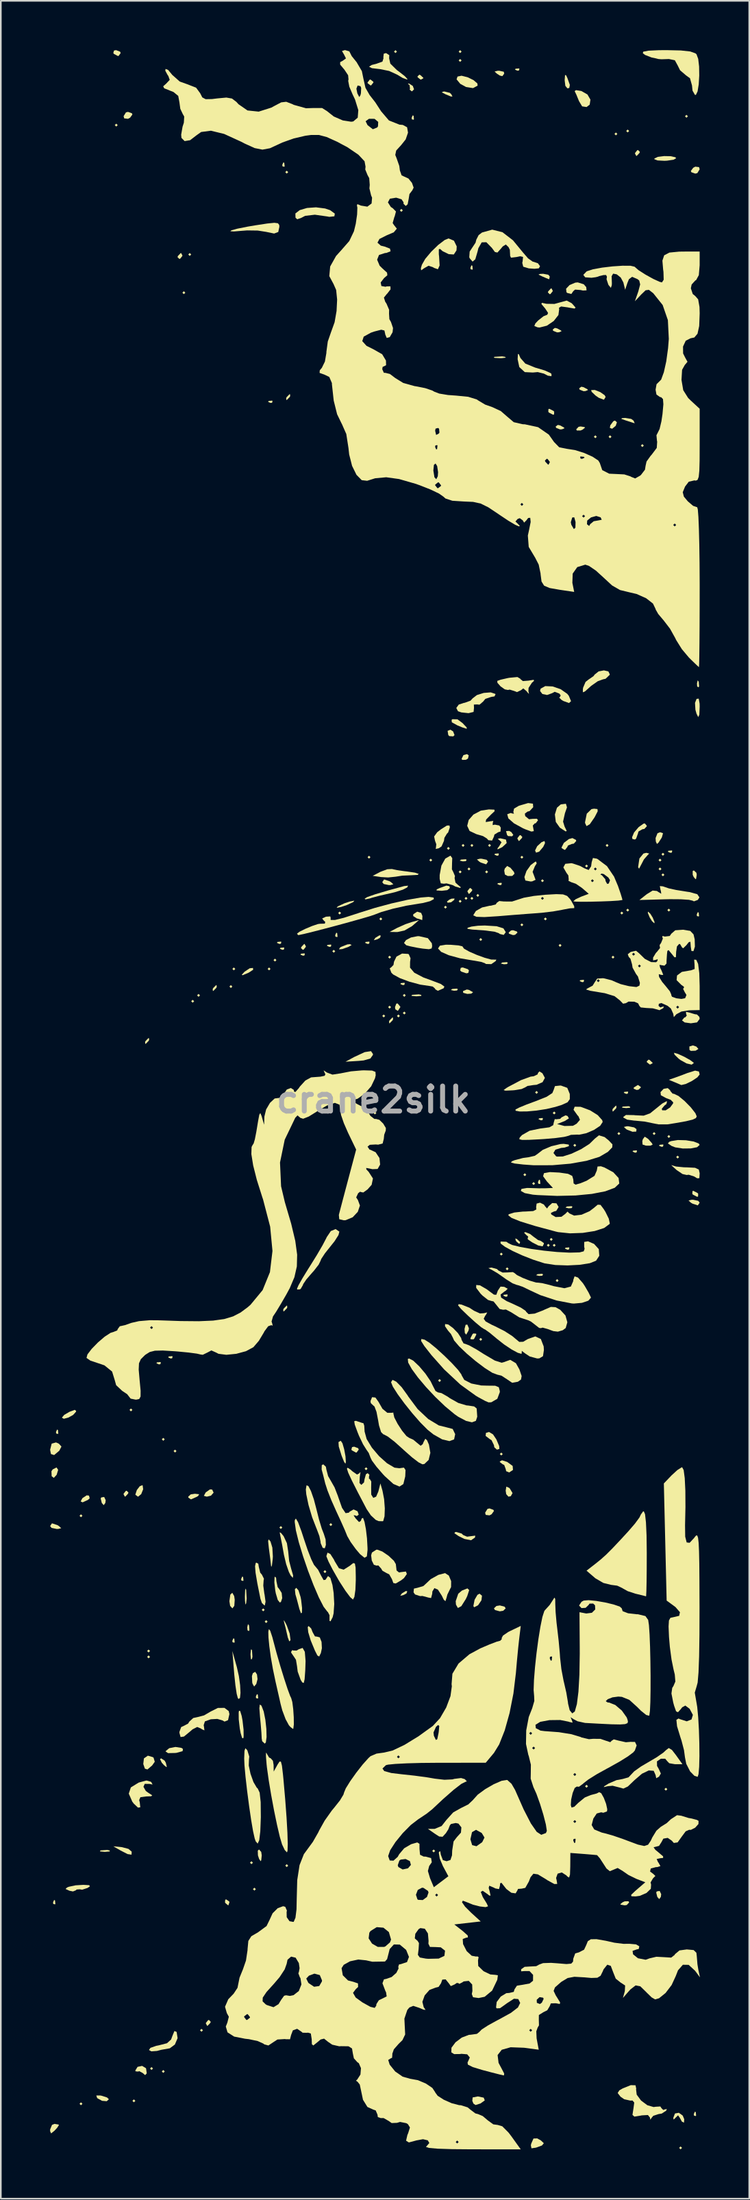
<source format=kicad_pcb>
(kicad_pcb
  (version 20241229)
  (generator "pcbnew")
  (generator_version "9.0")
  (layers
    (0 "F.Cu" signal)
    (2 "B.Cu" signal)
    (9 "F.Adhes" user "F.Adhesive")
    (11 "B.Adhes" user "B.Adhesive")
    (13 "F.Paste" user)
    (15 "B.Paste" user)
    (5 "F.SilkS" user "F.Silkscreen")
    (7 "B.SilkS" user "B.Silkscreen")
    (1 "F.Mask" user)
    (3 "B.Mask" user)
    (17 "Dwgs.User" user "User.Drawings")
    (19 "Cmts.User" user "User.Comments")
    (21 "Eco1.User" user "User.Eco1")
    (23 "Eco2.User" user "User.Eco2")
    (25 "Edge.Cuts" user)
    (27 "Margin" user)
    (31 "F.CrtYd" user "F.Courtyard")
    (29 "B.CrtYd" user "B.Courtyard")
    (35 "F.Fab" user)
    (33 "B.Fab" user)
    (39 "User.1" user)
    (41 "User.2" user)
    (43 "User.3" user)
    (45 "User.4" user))
  (footprint "crane2silk"
    (layer "F.Cu")
    (at 19.676 63.858)
    (property "Reference" "crane2silk" (at 0 0 0) (layer "F.Fab") (effects (font (size 1.524 1.524) (thickness 0.3))))
    (attr board_only exclude_from_pos_files exclude_from_bom)
    (fp_poly (pts (xy -17.708 25.311) (xy -17.798 25.4) (xy -17.887 25.311) (xy -17.798 25.221)) (stroke (width 0) (type solid)) (fill yes) (layer "F.SilkS"))
    (fp_poly (pts (xy -17.708 61.085) (xy -17.798 61.175) (xy -17.887 61.085) (xy -17.798 60.996)) (stroke (width 0) (type solid)) (fill yes) (layer "F.SilkS"))
    (fp_poly (pts (xy -15.562 -59.296) (xy -15.651 -59.207) (xy -15.741 -59.296) (xy -15.651 -59.386)) (stroke (width 0) (type solid)) (fill yes) (layer "F.SilkS"))
    (fp_poly (pts (xy -14.668 18.871) (xy -14.757 18.961) (xy -14.846 18.871) (xy -14.757 18.782)) (stroke (width 0) (type solid)) (fill yes) (layer "F.SilkS"))
    (fp_poly (pts (xy -14.489 60.906) (xy -14.578 60.996) (xy -14.668 60.906) (xy -14.578 60.817)) (stroke (width 0) (type solid)) (fill yes) (layer "F.SilkS"))
    (fp_poly (pts (xy -13.594 33.539) (xy -13.684 33.628) (xy -13.773 33.539) (xy -13.684 33.449)) (stroke (width 0) (type solid)) (fill yes) (layer "F.SilkS"))
    (fp_poly (pts (xy -13.594 33.896) (xy -13.684 33.986) (xy -13.773 33.896) (xy -13.684 33.807)) (stroke (width 0) (type solid)) (fill yes) (layer "F.SilkS"))
    (fp_poly (pts (xy -13.415 58.939) (xy -13.505 59.028) (xy -13.594 58.939) (xy -13.505 58.849)) (stroke (width 0) (type solid)) (fill yes) (layer "F.SilkS"))
    (fp_poly (pts (xy -12.7 20.66) (xy -12.789 20.749) (xy -12.879 20.66) (xy -12.789 20.57)) (stroke (width 0) (type solid)) (fill yes) (layer "F.SilkS"))
    (fp_poly (pts (xy -12.7 59.118) (xy -12.789 59.207) (xy -12.879 59.118) (xy -12.789 59.028)) (stroke (width 0) (type solid)) (fill yes) (layer "F.SilkS"))
    (fp_poly (pts (xy -11.985 21.375) (xy -12.074 21.465) (xy -12.163 21.375) (xy -12.074 21.286)) (stroke (width 0) (type solid)) (fill yes) (layer "F.SilkS"))
    (fp_poly (pts (xy -11.448 -49.101) (xy -11.537 -49.011) (xy -11.627 -49.101) (xy -11.537 -49.19)) (stroke (width 0) (type solid)) (fill yes) (layer "F.SilkS"))
    (fp_poly (pts (xy -11.09 -51.426) (xy -11.18 -51.337) (xy -11.269 -51.426) (xy -11.18 -51.515)) (stroke (width 0) (type solid)) (fill yes) (layer "F.SilkS"))
    (fp_poly (pts (xy -10.911 -5.992) (xy -11.001 -5.903) (xy -11.09 -5.992) (xy -11.001 -6.082)) (stroke (width 0) (type solid)) (fill yes) (layer "F.SilkS"))
    (fp_poly (pts (xy -10.554 -6.35) (xy -10.643 -6.261) (xy -10.732 -6.35) (xy -10.643 -6.439)) (stroke (width 0) (type solid)) (fill yes) (layer "F.SilkS"))
    (fp_poly (pts (xy -10.375 56.613) (xy -10.464 56.703) (xy -10.554 56.613) (xy -10.464 56.524)) (stroke (width 0) (type solid)) (fill yes) (layer "F.SilkS"))
    (fp_poly (pts (xy -8.586 -6.887) (xy -8.675 -6.797) (xy -8.765 -6.887) (xy -8.675 -6.976)) (stroke (width 0) (type solid)) (fill yes) (layer "F.SilkS"))
    (fp_poly (pts (xy -8.407 -7.96) (xy -8.496 -7.87) (xy -8.586 -7.96) (xy -8.496 -8.049)) (stroke (width 0) (type solid)) (fill yes) (layer "F.SilkS"))
    (fp_poly (pts (xy -7.334 46.418) (xy -7.423 46.507) (xy -7.513 46.418) (xy -7.423 46.328)) (stroke (width 0) (type solid)) (fill yes) (layer "F.SilkS"))
    (fp_poly (pts (xy -7.155 48.027) (xy -7.244 48.117) (xy -7.334 48.027) (xy -7.244 47.938)) (stroke (width 0) (type solid)) (fill yes) (layer "F.SilkS"))
    (fp_poly (pts (xy -6.618 31.035) (xy -6.708 31.124) (xy -6.797 31.035) (xy -6.708 30.945)) (stroke (width 0) (type solid)) (fill yes) (layer "F.SilkS"))
    (fp_poly (pts (xy -6.439 31.75) (xy -6.529 31.839) (xy -6.618 31.75) (xy -6.529 31.661)) (stroke (width 0) (type solid)) (fill yes) (layer "F.SilkS"))
    (fp_poly (pts (xy -6.261 -7.96) (xy -6.35 -7.87) (xy -6.439 -7.96) (xy -6.35 -8.049)) (stroke (width 0) (type solid)) (fill yes) (layer "F.SilkS"))
    (fp_poly (pts (xy -5.903 -8.496) (xy -5.992 -8.407) (xy -6.082 -8.496) (xy -5.992 -8.586)) (stroke (width 0) (type solid)) (fill yes) (layer "F.SilkS"))
    (fp_poly (pts (xy -5.545 26.026) (xy -5.635 26.115) (xy -5.724 26.026) (xy -5.635 25.937)) (stroke (width 0) (type solid)) (fill yes) (layer "F.SilkS"))
    (fp_poly (pts (xy -5.187 -56.435) (xy -5.277 -56.345) (xy -5.366 -56.435) (xy -5.277 -56.524)) (stroke (width 0) (type solid)) (fill yes) (layer "F.SilkS"))
    (fp_poly (pts (xy -5.187 46.596) (xy -5.277 46.686) (xy -5.366 46.596) (xy -5.277 46.507)) (stroke (width 0) (type solid)) (fill yes) (layer "F.SilkS"))
    (fp_poly (pts (xy -2.862 28.709) (xy -2.951 28.799) (xy -3.041 28.709) (xy -2.951 28.62)) (stroke (width 0) (type solid)) (fill yes) (layer "F.SilkS"))
    (fp_poly (pts (xy -2.504 25.847) (xy -2.594 25.937) (xy -2.683 25.847) (xy -2.594 25.758)) (stroke (width 0) (type solid)) (fill yes) (layer "F.SilkS"))
    (fp_poly (pts (xy -2.325 -9.033) (xy -2.415 -8.944) (xy -2.504 -9.033) (xy -2.415 -9.123)) (stroke (width 0) (type solid)) (fill yes) (layer "F.SilkS"))
    (fp_poly (pts (xy -1.968 -11.358) (xy -2.057 -11.269) (xy -2.146 -11.358) (xy -2.057 -11.448)) (stroke (width 0) (type solid)) (fill yes) (layer "F.SilkS"))
    (fp_poly (pts (xy -0.358 22.449) (xy -0.447 22.538) (xy -0.537 22.449) (xy -0.447 22.359)) (stroke (width 0) (type solid)) (fill yes) (layer "F.SilkS"))
    (fp_poly (pts (xy -0.179 -14.757) (xy -0.268 -14.668) (xy -0.358 -14.757) (xy -0.268 -14.846)) (stroke (width 0) (type solid)) (fill yes) (layer "F.SilkS"))
    (fp_poly (pts (xy 0.179 0.805) (xy 0.089 0.894) (xy 0 0.805) (xy 0.089 0.715)) (stroke (width 0) (type solid)) (fill yes) (layer "F.SilkS"))
    (fp_poly (pts (xy 0.537 -11.001) (xy 0.447 -10.911) (xy 0.358 -11.001) (xy 0.447 -11.09)) (stroke (width 0) (type solid)) (fill yes) (layer "F.SilkS"))
    (fp_poly (pts (xy 0.715 -5.098) (xy 0.626 -5.008) (xy 0.537 -5.098) (xy 0.626 -5.187)) (stroke (width 0) (type solid)) (fill yes) (layer "F.SilkS"))
    (fp_poly (pts (xy 1.073 -8.675) (xy 0.984 -8.586) (xy 0.894 -8.675) (xy 0.984 -8.765)) (stroke (width 0) (type solid)) (fill yes) (layer "F.SilkS"))
    (fp_poly (pts (xy 1.073 -5.635) (xy 0.984 -5.545) (xy 0.894 -5.635) (xy 0.984 -5.724)) (stroke (width 0) (type solid)) (fill yes) (layer "F.SilkS"))
    (fp_poly (pts (xy 1.431 -63.768) (xy 1.342 -63.679) (xy 1.252 -63.768) (xy 1.342 -63.858)) (stroke (width 0) (type solid)) (fill yes) (layer "F.SilkS"))
    (fp_poly (pts (xy 1.61 -5.098) (xy 1.52 -5.008) (xy 1.431 -5.098) (xy 1.52 -5.187)) (stroke (width 0) (type solid)) (fill yes) (layer "F.SilkS"))
    (fp_poly (pts (xy 1.789 -54.109) (xy 1.699 -54.02) (xy 1.61 -54.109) (xy 1.699 -54.199)) (stroke (width 0) (type solid)) (fill yes) (layer "F.SilkS"))
    (fp_poly (pts (xy 1.968 -6.35) (xy 1.878 -6.261) (xy 1.789 -6.35) (xy 1.878 -6.439)) (stroke (width 0) (type solid)) (fill yes) (layer "F.SilkS"))
    (fp_poly (pts (xy 1.968 -5.277) (xy 1.878 -5.187) (xy 1.789 -5.277) (xy 1.878 -5.366)) (stroke (width 0) (type solid)) (fill yes) (layer "F.SilkS"))
    (fp_poly (pts (xy 3.577 -14.578) (xy 3.488 -14.489) (xy 3.399 -14.578) (xy 3.488 -14.668)) (stroke (width 0) (type solid)) (fill yes) (layer "F.SilkS"))
    (fp_poly (pts (xy 3.756 45.702) (xy 3.667 45.792) (xy 3.577 45.702) (xy 3.667 45.613)) (stroke (width 0) (type solid)) (fill yes) (layer "F.SilkS"))
    (fp_poly (pts (xy 4.114 17.082) (xy 4.025 17.172) (xy 3.935 17.082) (xy 4.025 16.993)) (stroke (width 0) (type solid)) (fill yes) (layer "F.SilkS"))
    (fp_poly (pts (xy 4.472 -11.716) (xy 4.382 -11.627) (xy 4.293 -11.716) (xy 4.382 -11.806)) (stroke (width 0) (type solid)) (fill yes) (layer "F.SilkS"))
    (fp_poly (pts (xy 4.651 -15.294) (xy 4.561 -15.204) (xy 4.472 -15.294) (xy 4.561 -15.383)) (stroke (width 0) (type solid)) (fill yes) (layer "F.SilkS"))
    (fp_poly (pts (xy 5.366 -63.768) (xy 5.277 -63.679) (xy 5.187 -63.768) (xy 5.277 -63.858)) (stroke (width 0) (type solid)) (fill yes) (layer "F.SilkS"))
    (fp_poly (pts (xy 5.366 -63.232) (xy 5.277 -63.142) (xy 5.187 -63.232) (xy 5.277 -63.321)) (stroke (width 0) (type solid)) (fill yes) (layer "F.SilkS"))
    (fp_poly (pts (xy 5.366 -13.863) (xy 5.277 -13.773) (xy 5.187 -13.863) (xy 5.277 -13.952)) (stroke (width 0) (type solid)) (fill yes) (layer "F.SilkS"))
    (fp_poly (pts (xy 5.366 -12.074) (xy 5.277 -11.985) (xy 5.187 -12.074) (xy 5.277 -12.163)) (stroke (width 0) (type solid)) (fill yes) (layer "F.SilkS"))
    (fp_poly (pts (xy 5.545 -15.473) (xy 5.456 -15.383) (xy 5.366 -15.473) (xy 5.456 -15.562)) (stroke (width 0) (type solid)) (fill yes) (layer "F.SilkS"))
    (fp_poly (pts (xy 5.724 -12.253) (xy 5.635 -12.163) (xy 5.545 -12.253) (xy 5.635 -12.342)) (stroke (width 0) (type solid)) (fill yes) (layer "F.SilkS"))
    (fp_poly (pts (xy 5.903 -14.042) (xy 5.813 -13.952) (xy 5.724 -14.042) (xy 5.813 -14.131)) (stroke (width 0) (type solid)) (fill yes) (layer "F.SilkS"))
    (fp_poly (pts (xy 6.082 -15.473) (xy 5.992 -15.383) (xy 5.903 -15.473) (xy 5.992 -15.562)) (stroke (width 0) (type solid)) (fill yes) (layer "F.SilkS"))
    (fp_poly (pts (xy 6.082 -12.253) (xy 5.992 -12.163) (xy 5.903 -12.253) (xy 5.992 -12.342)) (stroke (width 0) (type solid)) (fill yes) (layer "F.SilkS"))
    (fp_poly (pts (xy 6.439 -12.432) (xy 6.35 -12.342) (xy 6.261 -12.432) (xy 6.35 -12.521)) (stroke (width 0) (type solid)) (fill yes) (layer "F.SilkS"))
    (fp_poly (pts (xy 6.618 -9.749) (xy 6.529 -9.659) (xy 6.439 -9.749) (xy 6.529 -9.838)) (stroke (width 0) (type solid)) (fill yes) (layer "F.SilkS"))
    (fp_poly (pts (xy 6.618 14.578) (xy 6.529 14.668) (xy 6.439 14.578) (xy 6.529 14.489)) (stroke (width 0) (type solid)) (fill yes) (layer "F.SilkS"))
    (fp_poly (pts (xy 6.976 -13.863) (xy 6.887 -13.773) (xy 6.797 -13.863) (xy 6.887 -13.952)) (stroke (width 0) (type solid)) (fill yes) (layer "F.SilkS"))
    (fp_poly (pts (xy 7.155 -15.473) (xy 7.065 -15.383) (xy 6.976 -15.473) (xy 7.065 -15.562)) (stroke (width 0) (type solid)) (fill yes) (layer "F.SilkS"))
    (fp_poly (pts (xy 7.87 9.391) (xy 7.781 9.48) (xy 7.692 9.391) (xy 7.781 9.301)) (stroke (width 0) (type solid)) (fill yes) (layer "F.SilkS"))
    (fp_poly (pts (xy 7.87 21.554) (xy 7.781 21.644) (xy 7.692 21.554) (xy 7.781 21.465)) (stroke (width 0) (type solid)) (fill yes) (layer "F.SilkS"))
    (fp_poly (pts (xy 8.228 10.285) (xy 8.139 10.375) (xy 8.049 10.285) (xy 8.139 10.196)) (stroke (width 0) (type solid)) (fill yes) (layer "F.SilkS"))
    (fp_poly (pts (xy 9.123 -14.757) (xy 9.033 -14.668) (xy 8.944 -14.757) (xy 9.033 -14.846)) (stroke (width 0) (type solid)) (fill yes) (layer "F.SilkS"))
    (fp_poly (pts (xy 9.123 -10.643) (xy 9.033 -10.554) (xy 8.944 -10.643) (xy 9.033 -10.732)) (stroke (width 0) (type solid)) (fill yes) (layer "F.SilkS"))
    (fp_poly (pts (xy 9.301 4.561) (xy 9.212 4.651) (xy 9.123 4.561) (xy 9.212 4.472)) (stroke (width 0) (type solid)) (fill yes) (layer "F.SilkS"))
    (fp_poly (pts (xy 9.838 5.098) (xy 9.749 5.187) (xy 9.659 5.098) (xy 9.749 5.008)) (stroke (width 0) (type solid)) (fill yes) (layer "F.SilkS"))
    (fp_poly (pts (xy 10.017 -0.447) (xy 9.927 -0.358) (xy 9.838 -0.447) (xy 9.927 -0.537)) (stroke (width 0) (type solid)) (fill yes) (layer "F.SilkS"))
    (fp_poly (pts (xy 10.375 -13.326) (xy 10.285 -13.237) (xy 10.196 -13.326) (xy 10.285 -13.415)) (stroke (width 0) (type solid)) (fill yes) (layer "F.SilkS"))
    (fp_poly (pts (xy 10.554 -11.001) (xy 10.464 -10.911) (xy 10.375 -11.001) (xy 10.464 -11.09)) (stroke (width 0) (type solid)) (fill yes) (layer "F.SilkS"))
    (fp_poly (pts (xy 10.732 8.854) (xy 10.643 8.944) (xy 10.554 8.854) (xy 10.643 8.765)) (stroke (width 0) (type solid)) (fill yes) (layer "F.SilkS"))
    (fp_poly (pts (xy 10.911 8.496) (xy 10.822 8.586) (xy 10.732 8.496) (xy 10.822 8.407)) (stroke (width 0) (type solid)) (fill yes) (layer "F.SilkS"))
    (fp_poly (pts (xy 11.09 0.805) (xy 11.001 0.894) (xy 10.911 0.805) (xy 11.001 0.715)) (stroke (width 0) (type solid)) (fill yes) (layer "F.SilkS"))
    (fp_poly (pts (xy 11.09 8.854) (xy 11.001 8.944) (xy 10.911 8.854) (xy 11.001 8.765)) (stroke (width 0) (type solid)) (fill yes) (layer "F.SilkS"))
    (fp_poly (pts (xy 11.269 11.001) (xy 11.18 11.09) (xy 11.09 11.001) (xy 11.18 10.911)) (stroke (width 0) (type solid)) (fill yes) (layer "F.SilkS"))
    (fp_poly (pts (xy 11.448 -9.391) (xy 11.358 -9.301) (xy 11.269 -9.391) (xy 11.358 -9.48)) (stroke (width 0) (type solid)) (fill yes) (layer "F.SilkS"))
    (fp_poly (pts (xy 12.342 2.773) (xy 12.253 2.862) (xy 12.163 2.773) (xy 12.253 2.683)) (stroke (width 0) (type solid)) (fill yes) (layer "F.SilkS"))
    (fp_poly (pts (xy 13.058 -14.22) (xy 12.968 -14.131) (xy 12.879 -14.22) (xy 12.968 -14.31)) (stroke (width 0) (type solid)) (fill yes) (layer "F.SilkS"))
    (fp_poly (pts (xy 13.058 41.767) (xy 12.968 41.856) (xy 12.879 41.767) (xy 12.968 41.677)) (stroke (width 0) (type solid)) (fill yes) (layer "F.SilkS"))
    (fp_poly (pts (xy 13.594 -40.336) (xy 13.505 -40.246) (xy 13.415 -40.336) (xy 13.505 -40.425)) (stroke (width 0) (type solid)) (fill yes) (layer "F.SilkS"))
    (fp_poly (pts (xy 14.31 -15.473) (xy 14.22 -15.383) (xy 14.131 -15.473) (xy 14.22 -15.562)) (stroke (width 0) (type solid)) (fill yes) (layer "F.SilkS"))
    (fp_poly (pts (xy 14.489 -40.336) (xy 14.399 -40.246) (xy 14.31 -40.336) (xy 14.399 -40.425)) (stroke (width 0) (type solid)) (fill yes) (layer "F.SilkS"))
    (fp_poly (pts (xy 14.668 -8.675) (xy 14.578 -8.586) (xy 14.489 -8.675) (xy 14.578 -8.765)) (stroke (width 0) (type solid)) (fill yes) (layer "F.SilkS"))
    (fp_poly (pts (xy 14.846 -58.76) (xy 14.757 -58.67) (xy 14.668 -58.76) (xy 14.757 -58.849)) (stroke (width 0) (type solid)) (fill yes) (layer "F.SilkS"))
    (fp_poly (pts (xy 15.025 2.057) (xy 14.936 2.146) (xy 14.846 2.057) (xy 14.936 1.968)) (stroke (width 0) (type solid)) (fill yes) (layer "F.SilkS"))
    (fp_poly (pts (xy 15.204 -11.358) (xy 15.115 -11.269) (xy 15.025 -11.358) (xy 15.115 -11.448)) (stroke (width 0) (type solid)) (fill yes) (layer "F.SilkS"))
    (fp_poly (pts (xy 15.562 -58.939) (xy 15.473 -58.849) (xy 15.383 -58.939) (xy 15.473 -59.028)) (stroke (width 0) (type solid)) (fill yes) (layer "F.SilkS"))
    (fp_poly (pts (xy 15.562 -11.537) (xy 15.473 -11.448) (xy 15.383 -11.537) (xy 15.473 -11.627)) (stroke (width 0) (type solid)) (fill yes) (layer "F.SilkS"))
    (fp_poly (pts (xy 16.456 -39.799) (xy 16.367 -39.71) (xy 16.277 -39.799) (xy 16.367 -39.889)) (stroke (width 0) (type solid)) (fill yes) (layer "F.SilkS"))
    (fp_poly (pts (xy 17.172 2.057) (xy 17.082 2.146) (xy 16.993 2.057) (xy 17.082 1.968)) (stroke (width 0) (type solid)) (fill yes) (layer "F.SilkS"))
    (fp_poly (pts (xy 17.53 -14.578) (xy 17.44 -14.489) (xy 17.351 -14.578) (xy 17.44 -14.668)) (stroke (width 0) (type solid)) (fill yes) (layer "F.SilkS"))
    (fp_poly (pts (xy 17.53 -14.042) (xy 17.44 -13.952) (xy 17.351 -14.042) (xy 17.44 -14.131)) (stroke (width 0) (type solid)) (fill yes) (layer "F.SilkS"))
    (fp_poly (pts (xy 17.708 -14.936) (xy 17.619 -14.846) (xy 17.53 -14.936) (xy 17.619 -15.025)) (stroke (width 0) (type solid)) (fill yes) (layer "F.SilkS"))
    (fp_poly (pts (xy 17.708 -13.684) (xy 17.619 -13.594) (xy 17.53 -13.684) (xy 17.619 -13.773)) (stroke (width 0) (type solid)) (fill yes) (layer "F.SilkS"))
    (fp_poly (pts (xy 17.887 41.946) (xy 17.798 42.035) (xy 17.708 41.946) (xy 17.798 41.856)) (stroke (width 0) (type solid)) (fill yes) (layer "F.SilkS"))
    (fp_poly (pts (xy 18.066 -11.537) (xy 17.977 -11.448) (xy 17.887 -11.537) (xy 17.977 -11.627)) (stroke (width 0) (type solid)) (fill yes) (layer "F.SilkS"))
    (fp_poly (pts (xy 18.066 2.236) (xy 17.977 2.325) (xy 17.887 2.236) (xy 17.977 2.146)) (stroke (width 0) (type solid)) (fill yes) (layer "F.SilkS"))
    (fp_poly (pts (xy 18.603 3.488) (xy 18.513 3.577) (xy 18.424 3.488) (xy 18.513 3.399)) (stroke (width 0) (type solid)) (fill yes) (layer "F.SilkS"))
    (fp_poly (pts (xy 18.782 63.768) (xy 18.692 63.858) (xy 18.603 63.768) (xy 18.692 63.679)) (stroke (width 0) (type solid)) (fill yes) (layer "F.SilkS"))
    (fp_poly (pts (xy 19.139 -59.833) (xy 19.05 -59.744) (xy 18.961 -59.833) (xy 19.05 -59.923)) (stroke (width 0) (type solid)) (fill yes) (layer "F.SilkS"))
    (fp_poly (pts (xy -19.378 48.713) (xy -19.357 48.925) (xy -19.378 48.952) (xy -19.484 48.927) (xy -19.497 48.832) (xy -19.432 48.685)) (stroke (width 0) (type solid)) (fill yes) (layer "F.SilkS"))
    (fp_poly (pts (xy -19.199 20.093) (xy -19.178 20.306) (xy -19.199 20.332) (xy -19.305 20.307) (xy -19.318 20.213) (xy -19.253 20.065)) (stroke (width 0) (type solid)) (fill yes) (layer "F.SilkS"))
    (fp_poly (pts (xy -12.938 15.979) (xy -12.963 16.086) (xy -13.058 16.099) (xy -13.205 16.033) (xy -13.177 15.979) (xy -12.965 15.958)) (stroke (width 0) (type solid)) (fill yes) (layer "F.SilkS"))
    (fp_poly (pts (xy -12.223 15.622) (xy -12.248 15.728) (xy -12.342 15.741) (xy -12.489 15.675) (xy -12.462 15.622) (xy -12.249 15.6)) (stroke (width 0) (type solid)) (fill yes) (layer "F.SilkS"))
    (fp_poly (pts (xy -8.467 32.793) (xy -8.445 33.006) (xy -8.467 33.032) (xy -8.573 33.007) (xy -8.586 32.913) (xy -8.52 32.765)) (stroke (width 0) (type solid)) (fill yes) (layer "F.SilkS"))
    (fp_poly (pts (xy -7.93 29.037) (xy -7.909 29.249) (xy -7.93 29.276) (xy -8.036 29.251) (xy -8.049 29.156) (xy -7.984 29.009)) (stroke (width 0) (type solid)) (fill yes) (layer "F.SilkS"))
    (fp_poly (pts (xy -7.569 31.985) (xy -7.548 32.264) (xy -7.583 32.328) (xy -7.665 32.274) (xy -7.677 32.093) (xy -7.634 31.902)) (stroke (width 0) (type solid)) (fill yes) (layer "F.SilkS"))
    (fp_poly (pts (xy -7.036 36.192) (xy -7.014 36.404) (xy -7.036 36.431) (xy -7.142 36.406) (xy -7.155 36.311) (xy -7.089 36.164)) (stroke (width 0) (type solid)) (fill yes) (layer "F.SilkS"))
    (fp_poly (pts (xy -6.141 -42.512) (xy -6.166 -42.406) (xy -6.261 -42.393) (xy -6.408 -42.458) (xy -6.38 -42.512) (xy -6.168 -42.534)) (stroke (width 0) (type solid)) (fill yes) (layer "F.SilkS"))
    (fp_poly (pts (xy -5.605 -9.6) (xy -5.629 -9.493) (xy -5.724 -9.48) (xy -5.871 -9.546) (xy -5.843 -9.6) (xy -5.631 -9.621)) (stroke (width 0) (type solid)) (fill yes) (layer "F.SilkS"))
    (fp_poly (pts (xy -5.426 -57.001) (xy -5.404 -56.789) (xy -5.426 -56.762) (xy -5.532 -56.787) (xy -5.545 -56.882) (xy -5.48 -57.029)) (stroke (width 0) (type solid)) (fill yes) (layer "F.SilkS"))
    (fp_poly (pts (xy -5.426 -9.242) (xy -5.45 -9.135) (xy -5.545 -9.123) (xy -5.692 -9.188) (xy -5.664 -9.242) (xy -5.452 -9.263)) (stroke (width 0) (type solid)) (fill yes) (layer "F.SilkS"))
    (fp_poly (pts (xy -4.174 -8.884) (xy -4.198 -8.778) (xy -4.293 -8.765) (xy -4.44 -8.83) (xy -4.412 -8.884) (xy -4.2 -8.905)) (stroke (width 0) (type solid)) (fill yes) (layer "F.SilkS"))
    (fp_poly (pts (xy -2.564 -9.421) (xy -2.588 -9.314) (xy -2.683 -9.301) (xy -2.83 -9.367) (xy -2.802 -9.421) (xy -2.59 -9.442)) (stroke (width 0) (type solid)) (fill yes) (layer "F.SilkS"))
    (fp_poly (pts (xy -2.206 -10.136) (xy -2.185 -9.924) (xy -2.206 -9.898) (xy -2.312 -9.922) (xy -2.325 -10.017) (xy -2.26 -10.164)) (stroke (width 0) (type solid)) (fill yes) (layer "F.SilkS"))
    (fp_poly (pts (xy -0.238 -9.6) (xy -0.263 -9.493) (xy -0.358 -9.48) (xy -0.505 -9.546) (xy -0.477 -9.6) (xy -0.265 -9.621)) (stroke (width 0) (type solid)) (fill yes) (layer "F.SilkS"))
    (fp_poly (pts (xy 1.908 -7.095) (xy 1.883 -6.989) (xy 1.789 -6.976) (xy 1.641 -7.042) (xy 1.669 -7.095) (xy 1.882 -7.117)) (stroke (width 0) (type solid)) (fill yes) (layer "F.SilkS"))
    (fp_poly (pts (xy 2.445 -59.863) (xy 2.466 -59.651) (xy 2.445 -59.624) (xy 2.338 -59.649) (xy 2.325 -59.744) (xy 2.391 -59.891)) (stroke (width 0) (type solid)) (fill yes) (layer "F.SilkS"))
    (fp_poly (pts (xy 5.139 -6.726) (xy 5.086 -6.645) (xy 4.904 -6.632) (xy 4.713 -6.676) (xy 4.796 -6.741) (xy 5.076 -6.762)) (stroke (width 0) (type solid)) (fill yes) (layer "F.SilkS"))
    (fp_poly (pts (xy 5.675 -14.597) (xy 5.622 -14.516) (xy 5.441 -14.503) (xy 5.25 -14.547) (xy 5.333 -14.611) (xy 5.612 -14.632)) (stroke (width 0) (type solid)) (fill yes) (layer "F.SilkS"))
    (fp_poly (pts (xy 6.022 -50.74) (xy 6.043 -50.528) (xy 6.022 -50.502) (xy 5.916 -50.526) (xy 5.903 -50.621) (xy 5.968 -50.768)) (stroke (width 0) (type solid)) (fill yes) (layer "F.SilkS"))
    (fp_poly (pts (xy 7.632 -14.966) (xy 7.607 -14.859) (xy 7.513 -14.846) (xy 7.365 -14.912) (xy 7.393 -14.966) (xy 7.606 -14.987)) (stroke (width 0) (type solid)) (fill yes) (layer "F.SilkS"))
    (fp_poly (pts (xy 7.811 -13.177) (xy 7.786 -13.071) (xy 7.692 -13.058) (xy 7.544 -13.123) (xy 7.572 -13.177) (xy 7.785 -13.198)) (stroke (width 0) (type solid)) (fill yes) (layer "F.SilkS"))
    (fp_poly (pts (xy 8.169 11.865) (xy 8.144 11.972) (xy 8.049 11.985) (xy 7.902 11.919) (xy 7.93 11.865) (xy 8.142 11.844)) (stroke (width 0) (type solid)) (fill yes) (layer "F.SilkS"))
    (fp_poly (pts (xy 8.18 -8.336) (xy 8.126 -8.255) (xy 7.945 -8.242) (xy 7.754 -8.286) (xy 7.837 -8.35) (xy 8.116 -8.372)) (stroke (width 0) (type solid)) (fill yes) (layer "F.SilkS"))
    (fp_poly (pts (xy 8.884 -62.725) (xy 8.859 -62.619) (xy 8.765 -62.606) (xy 8.618 -62.671) (xy 8.646 -62.725) (xy 8.858 -62.746)) (stroke (width 0) (type solid)) (fill yes) (layer "F.SilkS"))
    (fp_poly (pts (xy 10.136 4.889) (xy 10.158 5.101) (xy 10.136 5.128) (xy 10.03 5.103) (xy 10.017 5.008) (xy 10.082 4.861)) (stroke (width 0) (type solid)) (fill yes) (layer "F.SilkS"))
    (fp_poly (pts (xy 10.315 1.133) (xy 10.29 1.239) (xy 10.196 1.252) (xy 10.049 1.187) (xy 10.077 1.133) (xy 10.289 1.111)) (stroke (width 0) (type solid)) (fill yes) (layer "F.SilkS"))
    (fp_poly (pts (xy 10.326 10.624) (xy 10.273 10.706) (xy 10.091 10.718) (xy 9.901 10.675) (xy 9.983 10.61) (xy 10.263 10.589)) (stroke (width 0) (type solid)) (fill yes) (layer "F.SilkS"))
    (fp_poly (pts (xy 11.925 9.003) (xy 11.9 9.11) (xy 11.806 9.123) (xy 11.658 9.057) (xy 11.686 9.003) (xy 11.899 8.982)) (stroke (width 0) (type solid)) (fill yes) (layer "F.SilkS"))
    (fp_poly (pts (xy 12.115 6.51) (xy 12.062 6.592) (xy 11.88 6.604) (xy 11.689 6.561) (xy 11.772 6.496) (xy 12.052 6.475)) (stroke (width 0) (type solid)) (fill yes) (layer "F.SilkS"))
    (fp_poly (pts (xy 12.819 -7.274) (xy 12.795 -7.168) (xy 12.7 -7.155) (xy 12.553 -7.22) (xy 12.581 -7.274) (xy 12.793 -7.296)) (stroke (width 0) (type solid)) (fill yes) (layer "F.SilkS"))
    (fp_poly (pts (xy 15.502 -0.477) (xy 15.478 -0.371) (xy 15.383 -0.358) (xy 15.236 -0.423) (xy 15.264 -0.477) (xy 15.476 -0.498)) (stroke (width 0) (type solid)) (fill yes) (layer "F.SilkS"))
    (fp_poly (pts (xy 15.607 0.418) (xy 15.629 0.483) (xy 15.383 0.508) (xy 15.129 0.48) (xy 15.16 0.418) (xy 15.526 0.395)) (stroke (width 0) (type solid)) (fill yes) (layer "F.SilkS"))
    (fp_poly (pts (xy 16.039 3.1) (xy 16.014 3.207) (xy 15.92 3.22) (xy 15.772 3.154) (xy 15.8 3.1) (xy 16.013 3.079)) (stroke (width 0) (type solid)) (fill yes) (layer "F.SilkS"))
    (fp_poly (pts (xy 17.649 2.743) (xy 17.624 2.849) (xy 17.53 2.862) (xy 17.382 2.797) (xy 17.41 2.743) (xy 17.623 2.721)) (stroke (width 0) (type solid)) (fill yes) (layer "F.SilkS"))
    (fp_poly (pts (xy 18.185 -15.145) (xy 18.161 -15.038) (xy 18.066 -15.025) (xy 17.919 -15.091) (xy 17.947 -15.145) (xy 18.159 -15.166)) (stroke (width 0) (type solid)) (fill yes) (layer "F.SilkS"))
    (fp_poly (pts (xy 19.616 61.592) (xy 19.638 61.804) (xy 19.616 61.831) (xy 19.51 61.806) (xy 19.497 61.711) (xy 19.563 61.564)) (stroke (width 0) (type solid)) (fill yes) (layer "F.SilkS"))
    (fp_poly (pts (xy 19.795 -11.388) (xy 19.817 -11.176) (xy 19.795 -11.15) (xy 19.689 -11.174) (xy 19.676 -11.269) (xy 19.742 -11.416)) (stroke (width 0) (type solid)) (fill yes) (layer "F.SilkS"))
    (fp_poly (pts (xy 19.798 -25.434) (xy 19.82 -25.154) (xy 19.784 -25.091) (xy 19.703 -25.144) (xy 19.69 -25.325) (xy 19.734 -25.516)) (stroke (width 0) (type solid)) (fill yes) (layer "F.SilkS"))
    (fp_poly (pts (xy -19.187 22.515) (xy -19.277 22.816) (xy -19.451 23.006) (xy -19.582 22.903) (xy -19.595 22.604) (xy -19.52 22.49) (xy -19.286 22.371)) (stroke (width 0) (type solid)) (fill yes) (layer "F.SilkS"))
    (fp_poly (pts (xy -17.311 24.083) (xy -17.268 24.248) (xy -17.376 24.346) (xy -17.699 24.494) (xy -17.817 24.437) (xy -17.71 24.239) (xy -17.45 24.067)) (stroke (width 0) (type solid)) (fill yes) (layer "F.SilkS"))
    (fp_poly (pts (xy -16.294 24.364) (xy -16.316 24.53) (xy -16.414 24.665) (xy -16.531 24.53) (xy -16.597 24.266) (xy -16.564 24.196) (xy -16.387 24.166)) (stroke (width 0) (type solid)) (fill yes) (layer "F.SilkS"))
    (fp_poly (pts (xy -15.307 45.472) (xy -14.909 45.577) (xy -14.711 45.747) (xy -14.722 45.93) (xy -14.965 45.892) (xy -15.383 45.678) (xy -15.83 45.421)) (stroke (width 0) (type solid)) (fill yes) (layer "F.SilkS"))
    (fp_poly (pts (xy 0.452 -9.982) (xy 0.398 -9.849) (xy 0.231 -9.76) (xy 0.022 -9.706) (xy 0.108 -9.837) (xy 0.131 -9.86) (xy 0.366 -10.002)) (stroke (width 0) (type solid)) (fill yes) (layer "F.SilkS"))
    (fp_poly (pts (xy 2.062 29.906) (xy 2.008 30.039) (xy 1.841 30.129) (xy 1.632 30.183) (xy 1.718 30.052) (xy 1.741 30.029) (xy 1.976 29.887)) (stroke (width 0) (type solid)) (fill yes) (layer "F.SilkS"))
    (fp_poly (pts (xy 4.848 -22.412) (xy 4.936 -22.188) (xy 4.858 -22.108) (xy 4.615 -22.124) (xy 4.556 -22.189) (xy 4.514 -22.443) (xy 4.687 -22.512)) (stroke (width 0) (type solid)) (fill yes) (layer "F.SilkS"))
    (fp_poly (pts (xy 4.918 -12.161) (xy 4.726 -12.013) (xy 4.521 -11.988) (xy 4.472 -12.055) (xy 4.612 -12.17) (xy 4.749 -12.232) (xy 4.934 -12.244)) (stroke (width 0) (type solid)) (fill yes) (layer "F.SilkS"))
    (fp_poly (pts (xy 5.8 -20.95) (xy 5.754 -20.758) (xy 5.633 -20.684) (xy 5.404 -20.676) (xy 5.366 -20.744) (xy 5.48 -20.971) (xy 5.699 -21.027)) (stroke (width 0) (type solid)) (fill yes) (layer "F.SilkS"))
    (fp_poly (pts (xy 5.814 13.912) (xy 5.786 14.047) (xy 5.647 14.291) (xy 5.562 14.187) (xy 5.545 13.942) (xy 5.611 13.692) (xy 5.716 13.679)) (stroke (width 0) (type solid)) (fill yes) (layer "F.SilkS"))
    (fp_poly (pts (xy 5.819 -6.681) (xy 6.063 -6.541) (xy 5.959 -6.456) (xy 5.713 -6.439) (xy 5.464 -6.505) (xy 5.451 -6.61) (xy 5.684 -6.708)) (stroke (width 0) (type solid)) (fill yes) (layer "F.SilkS"))
    (fp_poly (pts (xy 8.387 -16.29) (xy 8.514 -16.112) (xy 8.438 -16.029) (xy 8.193 -16.042) (xy 8.133 -16.108) (xy 8.072 -16.344) (xy 8.259 -16.356)) (stroke (width 0) (type solid)) (fill yes) (layer "F.SilkS"))
    (fp_poly (pts (xy 8.737 8.479) (xy 8.929 8.66) (xy 8.89 8.763) (xy 8.865 8.765) (xy 8.713 8.638) (xy 8.658 8.558) (xy 8.637 8.436)) (stroke (width 0) (type solid)) (fill yes) (layer "F.SilkS"))
    (fp_poly (pts (xy 17.513 48.333) (xy 17.492 48.499) (xy 17.393 48.634) (xy 17.276 48.499) (xy 17.21 48.235) (xy 17.243 48.165) (xy 17.42 48.135)) (stroke (width 0) (type solid)) (fill yes) (layer "F.SilkS"))
    (fp_poly (pts (xy 19.655 -3.233) (xy 19.778 -3.09) (xy 19.607 -2.984) (xy 19.317 -2.972) (xy 19.232 -3.036) (xy 19.229 -3.24) (xy 19.442 -3.306)) (stroke (width 0) (type solid)) (fill yes) (layer "F.SilkS"))
    (fp_poly (pts (xy -19.238 25.877) (xy -19.139 25.937) (xy -18.999 26.067) (xy -19.177 26.111) (xy -19.274 26.113) (xy -19.588 26.048) (xy -19.676 25.937) (xy -19.563 25.77)) (stroke (width 0) (type solid)) (fill yes) (layer "F.SilkS"))
    (fp_poly (pts (xy -16.05 45.674) (xy -16.045 45.733) (xy -16.325 45.757) (xy -16.367 45.757) (xy -16.644 45.731) (xy -16.618 45.676) (xy -16.587 45.668) (xy -16.197 45.641)) (stroke (width 0) (type solid)) (fill yes) (layer "F.SilkS"))
    (fp_poly (pts (xy -15.417 -63.764) (xy -15.383 -63.679) (xy -15.511 -63.505) (xy -15.551 -63.5) (xy -15.794 -63.63) (xy -15.83 -63.679) (xy -15.79 -63.832) (xy -15.662 -63.858)) (stroke (width 0) (type solid)) (fill yes) (layer "F.SilkS"))
    (fp_poly (pts (xy -14.908 23.9) (xy -14.936 23.969) (xy -15.097 24.14) (xy -15.125 24.148) (xy -15.202 24.009) (xy -15.204 23.969) (xy -15.067 23.797) (xy -15.015 23.79)) (stroke (width 0) (type solid)) (fill yes) (layer "F.SilkS"))
    (fp_poly (pts (xy -14.698 -60.015) (xy -14.668 -59.942) (xy -14.81 -59.746) (xy -14.936 -59.679) (xy -15.167 -59.706) (xy -15.204 -59.839) (xy -15.061 -60.071) (xy -14.936 -60.101)) (stroke (width 0) (type solid)) (fill yes) (layer "F.SilkS"))
    (fp_poly (pts (xy -13.65 -3.641) (xy -13.684 -3.577) (xy -13.852 -3.407) (xy -13.884 -3.399) (xy -13.896 -3.514) (xy -13.863 -3.577) (xy -13.694 -3.748) (xy -13.663 -3.756)) (stroke (width 0) (type solid)) (fill yes) (layer "F.SilkS"))
    (fp_poly (pts (xy -12.705 40.21) (xy -12.635 40.336) (xy -12.577 40.569) (xy -12.594 40.604) (xy -12.744 40.486) (xy -12.879 40.336) (xy -12.988 40.118) (xy -12.92 40.068)) (stroke (width 0) (type solid)) (fill yes) (layer "F.SilkS"))
    (fp_poly (pts (xy -11.629 -51.377) (xy -11.627 -51.337) (xy -11.764 -51.165) (xy -11.816 -51.158) (xy -11.923 -51.267) (xy -11.895 -51.337) (xy -11.734 -51.507) (xy -11.706 -51.515)) (stroke (width 0) (type solid)) (fill yes) (layer "F.SilkS"))
    (fp_poly (pts (xy -10.605 24) (xy -10.669 24.105) (xy -10.732 24.148) (xy -11.103 24.314) (xy -11.263 24.208) (xy -11.269 24.148) (xy -11.118 24.009) (xy -10.867 23.972)) (stroke (width 0) (type solid)) (fill yes) (layer "F.SilkS"))
    (fp_poly (pts (xy -9.9 56.097) (xy -9.927 56.166) (xy -10.088 56.337) (xy -10.117 56.345) (xy -10.194 56.207) (xy -10.196 56.166) (xy -10.058 55.994) (xy -10.006 55.987)) (stroke (width 0) (type solid)) (fill yes) (layer "F.SilkS"))
    (fp_poly (pts (xy -9.815 23.715) (xy -9.726 23.903) (xy -9.886 24.086) (xy -10.139 24.148) (xy -10.32 24.099) (xy -10.213 23.9) (xy -10.197 23.882) (xy -9.944 23.705)) (stroke (width 0) (type solid)) (fill yes) (layer "F.SilkS"))
    (fp_poly (pts (xy -9.536 -6.861) (xy -9.57 -6.797) (xy -9.738 -6.626) (xy -9.77 -6.618) (xy -9.782 -6.734) (xy -9.749 -6.797) (xy -9.58 -6.968) (xy -9.549 -6.976)) (stroke (width 0) (type solid)) (fill yes) (layer "F.SilkS"))
    (fp_poly (pts (xy -8.772 48.783) (xy -8.765 48.832) (xy -8.826 49.007) (xy -8.844 49.011) (xy -8.996 48.886) (xy -9.033 48.832) (xy -9.019 48.668) (xy -8.954 48.654)) (stroke (width 0) (type solid)) (fill yes) (layer "F.SilkS"))
    (fp_poly (pts (xy -7.744 29.827) (xy -7.715 30.348) (xy -7.744 30.632) (xy -7.788 30.717) (xy -7.816 30.492) (xy -7.822 30.23) (xy -7.808 29.843) (xy -7.772 29.736)) (stroke (width 0) (type solid)) (fill yes) (layer "F.SilkS"))
    (fp_poly (pts (xy -7.398 33.467) (xy -7.389 33.497) (xy -7.363 33.887) (xy -7.395 34.034) (xy -7.454 34.04) (xy -7.478 33.76) (xy -7.478 33.718) (xy -7.452 33.44)) (stroke (width 0) (type solid)) (fill yes) (layer "F.SilkS"))
    (fp_poly (pts (xy -7.319 -7.91) (xy -7.578 -7.74) (xy -7.627 -7.717) (xy -7.961 -7.576) (xy -8.014 -7.601) (xy -7.843 -7.789) (xy -7.53 -7.998) (xy -7.331 -8.019)) (stroke (width 0) (type solid)) (fill yes) (layer "F.SilkS"))
    (fp_poly (pts (xy -6.828 45.763) (xy -6.797 45.97) (xy -6.826 46.262) (xy -6.866 46.328) (xy -6.96 46.181) (xy -7.028 45.97) (xy -7.038 45.685) (xy -6.959 45.613)) (stroke (width 0) (type solid)) (fill yes) (layer "F.SilkS"))
    (fp_poly (pts (xy -5.243 12.637) (xy -5.277 12.7) (xy -5.445 12.871) (xy -5.477 12.879) (xy -5.489 12.763) (xy -5.456 12.7) (xy -5.287 12.529) (xy -5.256 12.521)) (stroke (width 0) (type solid)) (fill yes) (layer "F.SilkS"))
    (fp_poly (pts (xy -5.065 -42.814) (xy -5.098 -42.751) (xy -5.266 -42.58) (xy -5.298 -42.572) (xy -5.31 -42.687) (xy -5.277 -42.751) (xy -5.108 -42.922) (xy -5.077 -42.93)) (stroke (width 0) (type solid)) (fill yes) (layer "F.SilkS"))
    (fp_poly (pts (xy -4.116 -9.342) (xy -4.114 -9.301) (xy -4.252 -9.129) (xy -4.304 -9.123) (xy -4.41 -9.232) (xy -4.382 -9.301) (xy -4.222 -9.472) (xy -4.193 -9.48)) (stroke (width 0) (type solid)) (fill yes) (layer "F.SilkS"))
    (fp_poly (pts (xy -1.324 -9.414) (xy -1.52 -9.301) (xy -1.9 -9.167) (xy -2.095 -9.15) (xy -2.04 -9.251) (xy -1.968 -9.301) (xy -1.586 -9.45) (xy -1.431 -9.465)) (stroke (width 0) (type solid)) (fill yes) (layer "F.SilkS"))
    (fp_poly (pts (xy -0.928 21.2) (xy -0.894 21.286) (xy -1.023 21.46) (xy -1.063 21.465) (xy -1.305 21.335) (xy -1.342 21.286) (xy -1.301 21.133) (xy -1.173 21.107)) (stroke (width 0) (type solid)) (fill yes) (layer "F.SilkS"))
    (fp_poly (pts (xy -0.005 -61.933) (xy 0 -61.89) (xy -0.136 -61.716) (xy -0.179 -61.711) (xy -0.353 -61.847) (xy -0.358 -61.89) (xy -0.222 -62.064) (xy -0.179 -62.069)) (stroke (width 0) (type solid)) (fill yes) (layer "F.SilkS"))
    (fp_poly (pts (xy 0.975 -13.297) (xy 1.073 -13.237) (xy 1.214 -13.106) (xy 1.036 -13.062) (xy 0.939 -13.06) (xy 0.625 -13.126) (xy 0.537 -13.237) (xy 0.649 -13.403)) (stroke (width 0) (type solid)) (fill yes) (layer "F.SilkS"))
    (fp_poly (pts (xy 1.196 -4.893) (xy 1.163 -4.83) (xy 0.994 -4.659) (xy 0.963 -4.651) (xy 0.95 -4.766) (xy 0.984 -4.83) (xy 1.152 -5) (xy 1.184 -5.008)) (stroke (width 0) (type solid)) (fill yes) (layer "F.SilkS"))
    (fp_poly (pts (xy 1.635 -5.662) (xy 1.637 -5.635) (xy 1.5 -5.421) (xy 1.474 -5.41) (xy 1.333 -5.504) (xy 1.312 -5.635) (xy 1.394 -5.849) (xy 1.474 -5.859)) (stroke (width 0) (type solid)) (fill yes) (layer "F.SilkS"))
    (fp_poly (pts (xy 2.35 -10.563) (xy 1.892 -10.297) (xy 1.456 -10.203) (xy 0.984 -10.21) (xy 1.431 -10.449) (xy 1.947 -10.68) (xy 2.325 -10.809) (xy 2.773 -10.93)) (stroke (width 0) (type solid)) (fill yes) (layer "F.SilkS"))
    (fp_poly (pts (xy 2.862 -62.337) (xy 3.033 -62.177) (xy 3.041 -62.148) (xy 2.902 -62.071) (xy 2.862 -62.069) (xy 2.69 -62.207) (xy 2.683 -62.258) (xy 2.793 -62.365)) (stroke (width 0) (type solid)) (fill yes) (layer "F.SilkS"))
    (fp_poly (pts (xy 2.91 -6.378) (xy 2.916 -6.319) (xy 2.636 -6.295) (xy 2.594 -6.295) (xy 2.316 -6.321) (xy 2.343 -6.376) (xy 2.373 -6.385) (xy 2.763 -6.411)) (stroke (width 0) (type solid)) (fill yes) (layer "F.SilkS"))
    (fp_poly (pts (xy 4.625 -12.993) (xy 4.651 -12.879) (xy 4.497 -12.753) (xy 4.159 -12.713) (xy 3.841 -12.734) (xy 3.852 -12.798) (xy 4.025 -12.879) (xy 4.443 -13.028)) (stroke (width 0) (type solid)) (fill yes) (layer "F.SilkS"))
    (fp_poly (pts (xy 4.65 -61.259) (xy 4.74 -61.175) (xy 4.81 -61.036) (xy 4.708 -61.04) (xy 4.382 -61.175) (xy 4.158 -61.293) (xy 4.259 -61.337) (xy 4.327 -61.341)) (stroke (width 0) (type solid)) (fill yes) (layer "F.SilkS"))
    (fp_poly (pts (xy 5.744 -7.944) (xy 5.813 -7.87) (xy 5.775 -7.716) (xy 5.656 -7.692) (xy 5.347 -7.797) (xy 5.277 -7.87) (xy 5.315 -8.025) (xy 5.435 -8.049)) (stroke (width 0) (type solid)) (fill yes) (layer "F.SilkS"))
    (fp_poly (pts (xy 6.02 -12.769) (xy 5.992 -12.7) (xy 5.832 -12.529) (xy 5.803 -12.521) (xy 5.726 -12.66) (xy 5.724 -12.7) (xy 5.861 -12.872) (xy 5.913 -12.879)) (stroke (width 0) (type solid)) (fill yes) (layer "F.SilkS"))
    (fp_poly (pts (xy 6.247 14.229) (xy 6.261 14.289) (xy 6.13 14.542) (xy 6.082 14.578) (xy 5.917 14.57) (xy 5.903 14.51) (xy 6.033 14.257) (xy 6.082 14.22)) (stroke (width 0) (type solid)) (fill yes) (layer "F.SilkS"))
    (fp_poly (pts (xy 6.888 -14.6) (xy 6.976 -14.489) (xy 6.863 -14.322) (xy 6.538 -14.429) (xy 6.439 -14.489) (xy 6.299 -14.619) (xy 6.477 -14.663) (xy 6.574 -14.665)) (stroke (width 0) (type solid)) (fill yes) (layer "F.SilkS"))
    (fp_poly (pts (xy 7.304 24.95) (xy 7.334 25.023) (xy 7.191 25.219) (xy 7.065 25.286) (xy 6.835 25.258) (xy 6.797 25.126) (xy 6.94 24.894) (xy 7.065 24.863)) (stroke (width 0) (type solid)) (fill yes) (layer "F.SilkS"))
    (fp_poly (pts (xy 7.934 -62.543) (xy 7.96 -62.427) (xy 7.846 -62.275) (xy 7.698 -62.309) (xy 7.513 -62.427) (xy 7.375 -62.556) (xy 7.553 -62.601) (xy 7.657 -62.603)) (stroke (width 0) (type solid)) (fill yes) (layer "F.SilkS"))
    (fp_poly (pts (xy 7.982 30.841) (xy 8.049 30.945) (xy 7.899 31.09) (xy 7.692 31.124) (xy 7.401 31.049) (xy 7.334 30.945) (xy 7.484 30.8) (xy 7.692 30.766)) (stroke (width 0) (type solid)) (fill yes) (layer "F.SilkS"))
    (fp_poly (pts (xy 8.005 -45.199) (xy 8.06 -45.148) (xy 7.813 -45.119) (xy 7.692 -45.118) (xy 7.366 -45.136) (xy 7.328 -45.183) (xy 7.379 -45.199) (xy 7.832 -45.227)) (stroke (width 0) (type solid)) (fill yes) (layer "F.SilkS"))
    (fp_poly (pts (xy 8.251 23.606) (xy 8.299 23.649) (xy 8.467 23.93) (xy 8.359 24.121) (xy 8.218 24.148) (xy 8.082 23.998) (xy 8.049 23.783) (xy 8.088 23.537)) (stroke (width 0) (type solid)) (fill yes) (layer "F.SilkS"))
    (fp_poly (pts (xy 8.735 -10.234) (xy 8.765 -10.166) (xy 8.619 -10.034) (xy 8.496 -10.017) (xy 8.258 -10.098) (xy 8.228 -10.166) (xy 8.373 -10.298) (xy 8.496 -10.315)) (stroke (width 0) (type solid)) (fill yes) (layer "F.SilkS"))
    (fp_poly (pts (xy 9.061 -15.989) (xy 9.033 -15.92) (xy 8.872 -15.749) (xy 8.844 -15.741) (xy 8.767 -15.879) (xy 8.765 -15.92) (xy 8.902 -16.092) (xy 8.954 -16.099)) (stroke (width 0) (type solid)) (fill yes) (layer "F.SilkS"))
    (fp_poly (pts (xy 10.444 -15.616) (xy 10.333 -15.383) (xy 10.089 -15.095) (xy 9.896 -15.033) (xy 9.838 -15.168) (xy 9.967 -15.427) (xy 10.236 -15.672) (xy 10.412 -15.741)) (stroke (width 0) (type solid)) (fill yes) (layer "F.SilkS"))
    (fp_poly (pts (xy 10.909 -49.231) (xy 10.911 -49.19) (xy 10.774 -49.018) (xy 10.722 -49.011) (xy 10.615 -49.121) (xy 10.643 -49.19) (xy 10.804 -49.361) (xy 10.832 -49.369)) (stroke (width 0) (type solid)) (fill yes) (layer "F.SilkS"))
    (fp_poly (pts (xy 10.964 -41.905) (xy 11.001 -41.856) (xy 10.993 -41.691) (xy 10.932 -41.677) (xy 10.68 -41.808) (xy 10.643 -41.856) (xy 10.651 -42.021) (xy 10.711 -42.035)) (stroke (width 0) (type solid)) (fill yes) (layer "F.SilkS"))
    (fp_poly (pts (xy 11.18 -46.929) (xy 11.415 -46.803) (xy 11.448 -46.756) (xy 11.302 -46.694) (xy 11.18 -46.686) (xy 10.941 -46.78) (xy 10.911 -46.859) (xy 11.042 -46.958)) (stroke (width 0) (type solid)) (fill yes) (layer "F.SilkS"))
    (fp_poly (pts (xy 11.358 -41.027) (xy 11.594 -40.9) (xy 11.627 -40.853) (xy 11.481 -40.791) (xy 11.358 -40.783) (xy 11.12 -40.877) (xy 11.09 -40.956) (xy 11.221 -41.055)) (stroke (width 0) (type solid)) (fill yes) (layer "F.SilkS"))
    (fp_poly (pts (xy 11.724 -62.331) (xy 11.806 -62.158) (xy 11.954 -61.741) (xy 11.919 -61.558) (xy 11.806 -61.532) (xy 11.68 -61.686) (xy 11.639 -62.024) (xy 11.661 -62.342)) (stroke (width 0) (type solid)) (fill yes) (layer "F.SilkS"))
    (fp_poly (pts (xy 12.789 -43.352) (xy 13.025 -43.225) (xy 13.058 -43.179) (xy 12.912 -43.116) (xy 12.789 -43.108) (xy 12.551 -43.202) (xy 12.521 -43.282) (xy 12.652 -43.38)) (stroke (width 0) (type solid)) (fill yes) (layer "F.SilkS"))
    (fp_poly (pts (xy 12.849 -40.924) (xy 12.879 -40.892) (xy 12.739 -40.776) (xy 12.611 -40.718) (xy 12.38 -40.715) (xy 12.342 -40.789) (xy 12.487 -40.942) (xy 12.611 -40.962)) (stroke (width 0) (type solid)) (fill yes) (layer "F.SilkS"))
    (fp_poly (pts (xy 14.79 0.473) (xy 14.757 0.537) (xy 14.589 0.707) (xy 14.557 0.715) (xy 14.545 0.6) (xy 14.578 0.537) (xy 14.747 0.366) (xy 14.778 0.358)) (stroke (width 0) (type solid)) (fill yes) (layer "F.SilkS"))
    (fp_poly (pts (xy 14.819 -41.215) (xy 14.746 -41.001) (xy 14.538 -40.83) (xy 14.522 -40.824) (xy 14.387 -40.88) (xy 14.418 -41.036) (xy 14.601 -41.282) (xy 14.702 -41.32)) (stroke (width 0) (type solid)) (fill yes) (layer "F.SilkS"))
    (fp_poly (pts (xy 15.562 48.838) (xy 15.417 48.992) (xy 15.294 49.011) (xy 15.055 48.973) (xy 15.025 48.941) (xy 15.165 48.826) (xy 15.294 48.768) (xy 15.524 48.764)) (stroke (width 0) (type solid)) (fill yes) (layer "F.SilkS"))
    (fp_poly (pts (xy 16.216 -57.666) (xy 16.188 -57.597) (xy 16.027 -57.427) (xy 15.999 -57.418) (xy 15.922 -57.557) (xy 15.92 -57.597) (xy 16.057 -57.769) (xy 16.109 -57.776)) (stroke (width 0) (type solid)) (fill yes) (layer "F.SilkS"))
    (fp_poly (pts (xy 16.274 -0.774) (xy 16.277 -0.745) (xy 16.133 -0.612) (xy 16.017 -0.596) (xy 15.837 -0.674) (xy 15.849 -0.745) (xy 16.085 -0.893) (xy 16.109 -0.894)) (stroke (width 0) (type solid)) (fill yes) (layer "F.SilkS"))
    (fp_poly (pts (xy 16.814 -2.415) (xy 16.985 -2.254) (xy 16.993 -2.225) (xy 16.855 -2.149) (xy 16.814 -2.146) (xy 16.642 -2.284) (xy 16.635 -2.336) (xy 16.745 -2.443)) (stroke (width 0) (type solid)) (fill yes) (layer "F.SilkS"))
    (fp_poly (pts (xy 16.856 -11.311) (xy 16.993 -11.09) (xy 17.108 -10.814) (xy 17.095 -10.732) (xy 16.951 -10.87) (xy 16.814 -11.09) (xy 16.699 -11.367) (xy 16.712 -11.448)) (stroke (width 0) (type solid)) (fill yes) (layer "F.SilkS"))
    (fp_poly (pts (xy 19.657 -13.807) (xy 19.676 -13.684) (xy 19.638 -13.445) (xy 19.606 -13.415) (xy 19.49 -13.555) (xy 19.432 -13.684) (xy 19.429 -13.914) (xy 19.503 -13.952)) (stroke (width 0) (type solid)) (fill yes) (layer "F.SilkS"))
    (fp_poly (pts (xy 19.729 5.676) (xy 19.765 5.724) (xy 19.757 5.889) (xy 19.697 5.903) (xy 19.444 5.772) (xy 19.408 5.724) (xy 19.416 5.559) (xy 19.476 5.545)) (stroke (width 0) (type solid)) (fill yes) (layer "F.SilkS"))
    (fp_poly (pts (xy 19.767 6.15) (xy 19.855 6.261) (xy 19.742 6.427) (xy 19.417 6.32) (xy 19.318 6.261) (xy 19.178 6.13) (xy 19.355 6.086) (xy 19.452 6.084)) (stroke (width 0) (type solid)) (fill yes) (layer "F.SilkS"))
    (fp_poly (pts (xy 19.817 -56.74) (xy 19.855 -56.608) (xy 19.712 -56.376) (xy 19.587 -56.345) (xy 19.348 -56.431) (xy 19.318 -56.505) (xy 19.461 -56.7) (xy 19.587 -56.768)) (stroke (width 0) (type solid)) (fill yes) (layer "F.SilkS"))
    (fp_poly (pts (xy -19.169 62.347) (xy -19.139 62.38) (xy -19.249 62.548) (xy -19.408 62.721) (xy -19.614 62.888) (xy -19.674 62.759) (xy -19.676 62.648) (xy -19.56 62.368) (xy -19.408 62.308)) (stroke (width 0) (type solid)) (fill yes) (layer "F.SilkS"))
    (fp_poly (pts (xy -19.142 20.926) (xy -18.986 21.099) (xy -19.113 21.344) (xy -19.128 21.362) (xy -19.432 21.617) (xy -19.626 21.554) (xy -19.676 21.296) (xy -19.581 20.921) (xy -19.317 20.848)) (stroke (width 0) (type solid)) (fill yes) (layer "F.SilkS"))
    (fp_poly (pts (xy -18.091 18.935) (xy -18.104 18.985) (xy -18.274 19.175) (xy -18.567 19.337) (xy -18.843 19.41) (xy -18.961 19.341) (xy -18.816 19.171) (xy -18.497 18.986) (xy -18.172 18.866)) (stroke (width 0) (type solid)) (fill yes) (layer "F.SilkS"))
    (fp_poly (pts (xy -16.622 60.581) (xy -16.547 60.594) (xy -16.211 60.702) (xy -16.099 60.808) (xy -16.23 60.928) (xy -16.515 60.904) (xy -16.788 60.755) (xy -16.818 60.722) (xy -16.867 60.58)) (stroke (width 0) (type solid)) (fill yes) (layer "F.SilkS"))
    (fp_poly (pts (xy -13.416 39.998) (xy -13.379 40.032) (xy -13.307 40.277) (xy -13.468 40.503) (xy -13.754 40.746) (xy -13.909 40.695) (xy -14.007 40.414) (xy -13.967 40.072) (xy -13.726 39.906)) (stroke (width 0) (type solid)) (fill yes) (layer "F.SilkS"))
    (fp_poly (pts (xy -8.474 30.196) (xy -8.441 30.421) (xy -8.466 30.791) (xy -8.583 30.945) (xy -8.583 30.945) (xy -8.721 30.792) (xy -8.765 30.508) (xy -8.709 30.106) (xy -8.589 29.996)) (stroke (width 0) (type solid)) (fill yes) (layer "F.SilkS"))
    (fp_poly (pts (xy -0.027 -2.781) (xy -0.035 -2.72) (xy -0.189 -2.507) (xy -0.595 -2.392) (xy -0.896 -2.364) (xy -1.699 -2.314) (xy -1.163 -2.604) (xy -0.528 -2.898) (xy -0.147 -2.957)) (stroke (width 0) (type solid)) (fill yes) (layer "F.SilkS"))
    (fp_poly (pts (xy 2.905 -11.369) (xy 2.981 -11.18) (xy 2.973 -10.953) (xy 2.966 -10.932) (xy 2.808 -10.988) (xy 2.636 -11.035) (xy 2.42 -11.176) (xy 2.423 -11.283) (xy 2.662 -11.442)) (stroke (width 0) (type solid)) (fill yes) (layer "F.SilkS"))
    (fp_poly (pts (xy 5.117 -23.144) (xy 5.424 -22.917) (xy 5.675 -22.65) (xy 5.679 -22.567) (xy 5.408 -22.654) (xy 5.104 -22.78) (xy 4.769 -22.966) (xy 4.759 -23.114) (xy 4.809 -23.152)) (stroke (width 0) (type solid)) (fill yes) (layer "F.SilkS"))
    (fp_poly (pts (xy 6.607 30.174) (xy 6.574 30.451) (xy 6.379 30.741) (xy 6.35 30.766) (xy 6.129 30.877) (xy 6.082 30.803) (xy 6.157 30.421) (xy 6.329 30.123) (xy 6.459 30.051)) (stroke (width 0) (type solid)) (fill yes) (layer "F.SilkS"))
    (fp_poly (pts (xy 6.713 60.712) (xy 6.776 60.88) (xy 6.517 61.065) (xy 6.514 61.066) (xy 6.217 61.161) (xy 6.087 61.074) (xy 6.017 60.906) (xy 6.039 60.699) (xy 6.356 60.638)) (stroke (width 0) (type solid)) (fill yes) (layer "F.SilkS"))
    (fp_poly (pts (xy 8.338 -14.114) (xy 8.552 -13.86) (xy 8.586 -13.751) (xy 8.45 -13.616) (xy 8.175 -13.612) (xy 8.002 -13.701) (xy 7.961 -13.939) (xy 7.993 -14.064) (xy 8.137 -14.222)) (stroke (width 0) (type solid)) (fill yes) (layer "F.SilkS"))
    (fp_poly (pts (xy 10.191 63.314) (xy 10.371 63.482) (xy 10.26 63.62) (xy 9.898 63.753) (xy 9.618 63.794) (xy 9.581 63.61) (xy 9.605 63.507) (xy 9.74 63.199) (xy 9.969 63.191)) (stroke (width 0) (type solid)) (fill yes) (layer "F.SilkS"))
    (fp_poly (pts (xy 10.644 -50.193) (xy 10.732 -50.085) (xy 10.698 -49.92) (xy 10.688 -49.918) (xy 10.509 -49.99) (xy 10.285 -50.085) (xy 10.044 -50.202) (xy 10.138 -50.243) (xy 10.33 -50.251)) (stroke (width 0) (type solid)) (fill yes) (layer "F.SilkS"))
    (fp_poly (pts (xy 13.807 -43.051) (xy 14.074 -42.863) (xy 14.131 -42.756) (xy 14.027 -42.588) (xy 13.714 -42.707) (xy 13.518 -42.844) (xy 13.283 -43.067) (xy 13.25 -43.175) (xy 13.475 -43.183)) (stroke (width 0) (type solid)) (fill yes) (layer "F.SilkS"))
    (fp_poly (pts (xy 15.688 -41.422) (xy 15.83 -41.32) (xy 15.898 -41.164) (xy 15.886 -41.159) (xy 15.694 -41.22) (xy 15.383 -41.32) (xy 15.087 -41.424) (xy 15.121 -41.467) (xy 15.328 -41.481)) (stroke (width 0) (type solid)) (fill yes) (layer "F.SilkS"))
    (fp_poly (pts (xy 15.867 1.683) (xy 16.009 1.789) (xy 15.996 1.936) (xy 15.768 1.948) (xy 15.441 1.824) (xy 15.383 1.789) (xy 15.24 1.657) (xy 15.417 1.614) (xy 15.507 1.613)) (stroke (width 0) (type solid)) (fill yes) (layer "F.SilkS"))
    (fp_poly (pts (xy 17.625 -16.216) (xy 17.557 -15.972) (xy 17.53 -15.92) (xy 17.347 -15.639) (xy 17.255 -15.562) (xy 17.187 -15.712) (xy 17.172 -15.92) (xy 17.287 -16.213) (xy 17.446 -16.277)) (stroke (width 0) (type solid)) (fill yes) (layer "F.SilkS"))
    (fp_poly (pts (xy 19.851 -24.1) (xy 19.855 -23.915) (xy 19.833 -23.422) (xy 19.767 -23.279) (xy 19.662 -23.489) (xy 19.596 -23.727) (xy 19.571 -24.144) (xy 19.666 -24.388) (xy 19.796 -24.405)) (stroke (width 0) (type solid)) (fill yes) (layer "F.SilkS"))
    (fp_poly (pts (xy -14.047 23.457) (xy -14.013 23.695) (xy -14.132 23.993) (xy -14.321 24.148) (xy -14.329 24.148) (xy -14.484 24.035) (xy -14.486 24.014) (xy -14.398 23.745) (xy -14.217 23.51) (xy -14.057 23.449)) (stroke (width 0) (type solid)) (fill yes) (layer "F.SilkS"))
    (fp_poly (pts (xy -11.688 39.431) (xy -11.592 39.495) (xy -11.613 39.632) (xy -11.971 39.731) (xy -12.062 39.742) (xy -12.5 39.751) (xy -12.648 39.649) (xy -12.644 39.63) (xy -12.427 39.45) (xy -12.047 39.376)) (stroke (width 0) (type solid)) (fill yes) (layer "F.SilkS"))
    (fp_poly (pts (xy -7.087 34.966) (xy -7.053 35.251) (xy -7.128 35.542) (xy -7.128 35.542) (xy -7.26 35.701) (xy -7.354 35.535) (xy -7.375 35.457) (xy -7.394 35.063) (xy -7.337 34.885) (xy -7.194 34.805)) (stroke (width 0) (type solid)) (fill yes) (layer "F.SilkS"))
    (fp_poly (pts (xy -1.218 -12.037) (xy -1.252 -12.015) (xy -1.635 -11.838) (xy -1.968 -11.729) (xy -2.237 -11.677) (xy -2.181 -11.754) (xy -2.146 -11.775) (xy -1.764 -11.952) (xy -1.431 -12.061) (xy -1.162 -12.113)) (stroke (width 0) (type solid)) (fill yes) (layer "F.SilkS"))
    (fp_poly (pts (xy 2.176 -61.821) (xy 2.395 -61.682) (xy 2.472 -61.475) (xy 2.355 -61.355) (xy 2.33 -61.354) (xy 2.204 -61.456) (xy 2.226 -61.517) (xy 2.199 -61.732) (xy 2.143 -61.772) (xy 2.098 -61.83)) (stroke (width 0) (type solid)) (fill yes) (layer "F.SilkS"))
    (fp_poly (pts (xy 5.73 -62.209) (xy 6.093 -62.033) (xy 6.327 -61.831) (xy 6.341 -61.697) (xy 6.063 -61.548) (xy 5.64 -61.613) (xy 5.286 -61.807) (xy 5.06 -62.081) (xy 5.119 -62.251) (xy 5.363 -62.301)) (stroke (width 0) (type solid)) (fill yes) (layer "F.SilkS"))
    (fp_poly (pts (xy 5.828 29.832) (xy 5.71 30.195) (xy 5.622 30.379) (xy 5.351 30.809) (xy 5.141 30.923) (xy 5.023 30.716) (xy 5.008 30.504) (xy 5.162 30.054) (xy 5.382 29.864) (xy 5.722 29.729)) (stroke (width 0) (type solid)) (fill yes) (layer "F.SilkS"))
    (fp_poly (pts (xy 16.712 2.377) (xy 16.742 2.407) (xy 16.949 2.645) (xy 16.993 2.73) (xy 16.853 2.794) (xy 16.576 2.791) (xy 16.379 2.725) (xy 16.364 2.515) (xy 16.397 2.402) (xy 16.512 2.247)) (stroke (width 0) (type solid)) (fill yes) (layer "F.SilkS"))
    (fp_poly (pts (xy 16.784 -14.978) (xy 16.689 -14.883) (xy 16.462 -14.622) (xy 16.298 -14.305) (xy 16.166 -14.055) (xy 16.111 -14.147) (xy 16.11 -14.161) (xy 16.187 -14.679) (xy 16.433 -14.98) (xy 16.61 -15.023)) (stroke (width 0) (type solid)) (fill yes) (layer "F.SilkS"))
    (fp_poly (pts (xy -13.85 58.915) (xy -13.834 58.949) (xy -13.795 59.236) (xy -13.895 59.341) (xy -14.036 59.216) (xy -14.25 59.101) (xy -14.322 59.125) (xy -14.478 59.11) (xy -14.489 59.058) (xy -14.354 58.838) (xy -14.077 58.78)) (stroke (width 0) (type solid)) (fill yes) (layer "F.SilkS"))
    (fp_poly (pts (xy -5.337 31.855) (xy -5.27 31.995) (xy -5.099 32.472) (xy -5.047 32.852) (xy -5.052 32.889) (xy -5.122 32.954) (xy -5.214 32.705) (xy -5.227 32.644) (xy -5.346 32.128) (xy -5.446 31.75) (xy -5.45 31.658)) (stroke (width 0) (type solid)) (fill yes) (layer "F.SilkS"))
    (fp_poly (pts (xy 8.143 22.036) (xy 8.474 22.279) (xy 8.493 22.522) (xy 8.262 22.676) (xy 8.079 22.598) (xy 8.049 22.463) (xy 7.957 22.216) (xy 7.87 22.18) (xy 7.697 22.047) (xy 7.692 22.005) (xy 7.828 21.935)) (stroke (width 0) (type solid)) (fill yes) (layer "F.SilkS"))
    (fp_poly (pts (xy 12.649 -61.372) (xy 12.654 -61.371) (xy 13.025 -61.16) (xy 13.207 -60.845) (xy 13.162 -60.541) (xy 12.972 -60.396) (xy 12.701 -60.437) (xy 12.51 -60.757) (xy 12.35 -61.15) (xy 12.246 -61.364) (xy 12.329 -61.423)) (stroke (width 0) (type solid)) (fill yes) (layer "F.SilkS"))
    (fp_poly (pts (xy 13.635 -17.685) (xy 13.65 -17.552) (xy 13.476 -17.215) (xy 13.452 -17.173) (xy 13.17 -16.765) (xy 12.968 -16.647) (xy 12.88 -16.837) (xy 12.879 -16.889) (xy 12.984 -17.404) (xy 13.269 -17.681) (xy 13.426 -17.708)) (stroke (width 0) (type solid)) (fill yes) (layer "F.SilkS"))
    (fp_poly (pts (xy 18.098 -57.404) (xy 18.377 -57.34) (xy 18.424 -57.281) (xy 18.265 -57.191) (xy 17.869 -57.133) (xy 17.712 -57.125) (xy 17.292 -57.147) (xy 17.094 -57.225) (xy 17.097 -57.262) (xy 17.309 -57.364) (xy 17.692 -57.412)) (stroke (width 0) (type solid)) (fill yes) (layer "F.SilkS"))
    (fp_poly (pts (xy 18.823 61.803) (xy 18.916 62.024) (xy 18.9 62.233) (xy 18.772 62.17) (xy 18.662 61.965) (xy 18.54 61.784) (xy 18.402 61.92) (xy 18.273 62.046) (xy 18.248 61.945) (xy 18.352 61.675) (xy 18.587 61.632)) (stroke (width 0) (type solid)) (fill yes) (layer "F.SilkS"))
    (fp_poly (pts (xy -8.31 34.523) (xy -8.188 35.067) (xy -8.113 35.614) (xy -8.09 36.082) (xy -8.119 36.39) (xy -8.203 36.459) (xy -8.253 36.401) (xy -8.321 36.145) (xy -8.398 35.636) (xy -8.468 34.977) (xy -8.476 34.88) (xy -8.585 33.539)) (stroke (width 0) (type solid)) (fill yes) (layer "F.SilkS"))
    (fp_poly (pts (xy -8.109 37.189) (xy -8.018 37.488) (xy -7.965 37.776) (xy -7.903 38.324) (xy -7.899 38.742) (xy -7.918 38.849) (xy -7.99 38.832) (xy -8.081 38.533) (xy -8.134 38.245) (xy -8.196 37.697) (xy -8.2 37.279) (xy -8.181 37.172)) (stroke (width 0) (type solid)) (fill yes) (layer "F.SilkS"))
    (fp_poly (pts (xy -6.262 26.878) (xy -6.151 27.25) (xy -6.12 27.789) (xy -6.13 27.951) (xy -6.176 28.327) (xy -6.217 28.426) (xy -6.231 28.351) (xy -6.277 27.942) (xy -6.349 27.389) (xy -6.364 27.278) (xy -6.409 26.855) (xy -6.373 26.744)) (stroke (width 0) (type solid)) (fill yes) (layer "F.SilkS"))
    (fp_poly (pts (xy -4.56 29.851) (xy -4.434 30.249) (xy -4.399 30.432) (xy -4.343 30.923) (xy -4.351 31.209) (xy -4.41 31.244) (xy -4.507 30.978) (xy -4.525 30.908) (xy -4.663 30.381) (xy -4.747 30.095) (xy -4.781 29.783) (xy -4.694 29.693)) (stroke (width 0) (type solid)) (fill yes) (layer "F.SilkS"))
    (fp_poly (pts (xy -1.884 20.903) (xy -1.779 21.267) (xy -1.7 21.694) (xy -1.678 22.039) (xy -1.704 22.145) (xy -1.784 22.034) (xy -1.923 21.692) (xy -1.947 21.626) (xy -2.109 21.099) (xy -2.126 20.829) (xy -1.999 20.75) (xy -1.987 20.749)) (stroke (width 0) (type solid)) (fill yes) (layer "F.SilkS"))
    (fp_poly (pts (xy 5.369 26.392) (xy 5.46 26.481) (xy 5.7 26.583) (xy 5.94 26.551) (xy 6.195 26.519) (xy 6.183 26.633) (xy 5.942 26.8) (xy 5.54 26.721) (xy 5.187 26.548) (xy 4.924 26.37) (xy 4.983 26.3) (xy 5.043 26.297)) (stroke (width 0) (type solid)) (fill yes) (layer "F.SilkS"))
    (fp_poly (pts (xy 8.065 -15.829) (xy 8.111 -15.619) (xy 7.845 -15.371) (xy 7.831 -15.363) (xy 7.557 -15.231) (xy 7.552 -15.295) (xy 7.654 -15.426) (xy 7.796 -15.667) (xy 7.665 -15.794) (xy 7.654 -15.799) (xy 7.568 -15.88) (xy 7.726 -15.906)) (stroke (width 0) (type solid)) (fill yes) (layer "F.SilkS"))
    (fp_poly (pts (xy 18.543 -2.786) (xy 18.916 -2.615) (xy 19.276 -2.414) (xy 19.485 -2.257) (xy 19.497 -2.231) (xy 19.368 -2.136) (xy 19.059 -2.209) (xy 18.684 -2.417) (xy 18.578 -2.498) (xy 18.328 -2.741) (xy 18.29 -2.855) (xy 18.299 -2.856)) (stroke (width 0) (type solid)) (fill yes) (layer "F.SilkS"))
    (fp_poly (pts (xy 7.279 20.359) (xy 7.484 20.668) (xy 7.653 21.071) (xy 7.665 21.246) (xy 7.523 21.286) (xy 7.513 21.286) (xy 7.355 21.141) (xy 7.334 21.012) (xy 7.189 20.714) (xy 7.065 20.635) (xy 6.828 20.452) (xy 6.847 20.27) (xy 7.037 20.213)) (stroke (width 0) (type solid)) (fill yes) (layer "F.SilkS"))
    (fp_poly (pts (xy 9.936 -14.379) (xy 9.826 -14.206) (xy 9.687 -13.865) (xy 9.782 -13.617) (xy 9.868 -13.38) (xy 9.666 -13.288) (xy 9.568 -13.278) (xy 9.249 -13.338) (xy 9.188 -13.549) (xy 9.315 -13.917) (xy 9.571 -14.276) (xy 9.844 -14.479) (xy 9.9 -14.489)) (stroke (width 0) (type solid)) (fill yes) (layer "F.SilkS"))
    (fp_poly (pts (xy 11.779 -17.789) (xy 11.655 -17.431) (xy 11.541 -16.922) (xy 11.632 -16.625) (xy 11.762 -16.356) (xy 11.702 -16.323) (xy 11.406 -16.514) (xy 11.345 -16.556) (xy 11.1 -16.901) (xy 11.043 -17.355) (xy 11.17 -17.768) (xy 11.403 -17.969) (xy 11.714 -18.008)) (stroke (width 0) (type solid)) (fill yes) (layer "F.SilkS"))
    (fp_poly (pts (xy 12.324 -15.81) (xy 12.342 -15.741) (xy 12.197 -15.582) (xy 12.074 -15.562) (xy 11.836 -15.465) (xy 11.806 -15.383) (xy 11.67 -15.209) (xy 11.627 -15.204) (xy 11.453 -15.314) (xy 11.448 -15.347) (xy 11.589 -15.627) (xy 11.898 -15.862) (xy 12.11 -15.92)) (stroke (width 0) (type solid)) (fill yes) (layer "F.SilkS"))
    (fp_poly (pts (xy 19.021 2.465) (xy 19.487 2.541) (xy 19.796 2.661) (xy 19.854 2.747) (xy 19.698 2.887) (xy 19.315 2.962) (xy 18.83 2.967) (xy 18.371 2.897) (xy 18.151 2.813) (xy 17.921 2.658) (xy 18.002 2.561) (xy 18.124 2.515) (xy 18.525 2.451)) (stroke (width 0) (type solid)) (fill yes) (layer "F.SilkS"))
    (fp_poly (pts (xy -17.294 47.786) (xy -17.257 47.858) (xy -17.397 47.953) (xy -17.726 48.06) (xy -17.873 48.036) (xy -18.07 48.05) (xy -18.096 48.092) (xy -18.286 48.167) (xy -18.5 48.124) (xy -18.737 48.016) (xy -18.643 47.925) (xy -18.53 47.88) (xy -18.126 47.794) (xy -17.649 47.765)) (stroke (width 0) (type solid)) (fill yes) (layer "F.SilkS"))
    (fp_poly (pts (xy -5.923 29.082) (xy -5.903 29.295) (xy -5.827 29.65) (xy -5.724 29.782) (xy -5.584 30.006) (xy -5.551 30.322) (xy -5.629 30.556) (xy -5.701 30.587) (xy -5.823 30.429) (xy -5.941 30.032) (xy -5.975 29.848) (xy -6.028 29.368) (xy -6.017 29.057) (xy -5.998 29.013)) (stroke (width 0) (type solid)) (fill yes) (layer "F.SilkS"))
    (fp_poly (pts (xy 2.057 -12.918) (xy 1.788 -12.78) (xy 1.301 -12.626) (xy 0.983 -12.552) (xy 0.4 -12.419) (xy -0.074 -12.294) (xy -0.224 -12.245) (xy -0.482 -12.191) (xy -0.537 -12.229) (xy -0.383 -12.328) (xy 0.087 -12.494) (xy 0.885 -12.731) (xy 1.878 -13.002) (xy 2.109 -13.025)) (stroke (width 0) (type solid)) (fill yes) (layer "F.SilkS"))
    (fp_poly (pts (xy 3.312 -9.831) (xy 3.554 -9.519) (xy 3.575 -9.346) (xy 3.542 -9.205) (xy 3.38 -9.158) (xy 3.001 -9.195) (xy 2.683 -9.245) (xy 2.242 -9.334) (xy 1.999 -9.399) (xy 1.861 -9.538) (xy 1.984 -9.715) (xy 2.285 -9.872) (xy 2.679 -9.95) (xy 2.782 -9.95)) (stroke (width 0) (type solid)) (fill yes) (layer "F.SilkS"))
    (fp_poly (pts (xy 12.8 -49.614) (xy 12.951 -49.439) (xy 12.97 -49.243) (xy 12.75 -49.232) (xy 12.613 -49.263) (xy 12.272 -49.289) (xy 12.163 -49.194) (xy 12.045 -49.022) (xy 11.8 -49.084) (xy 11.748 -49.129) (xy 11.725 -49.342) (xy 11.939 -49.567) (xy 12.285 -49.712) (xy 12.434 -49.727)) (stroke (width 0) (type solid)) (fill yes) (layer "F.SilkS"))
    (fp_poly (pts (xy 16.632 -16.676) (xy 16.635 -16.635) (xy 16.49 -16.477) (xy 16.367 -16.456) (xy 16.13 -16.319) (xy 16.099 -16.199) (xy 15.99 -15.894) (xy 15.92 -15.83) (xy 15.762 -15.865) (xy 15.741 -15.971) (xy 15.863 -16.261) (xy 16.139 -16.585) (xy 16.432 -16.795) (xy 16.515 -16.814)) (stroke (width 0) (type solid)) (fill yes) (layer "F.SilkS"))
    (fp_poly (pts (xy 19.808 -1.72) (xy 19.855 -1.538) (xy 19.713 -1.361) (xy 19.383 -1.141) (xy 19.012 -0.96) (xy 18.743 -0.896) (xy 18.71 -0.907) (xy 18.554 -0.975) (xy 18.335 -1.067) (xy 17.977 -1.214) (xy 18.335 -1.337) (xy 18.798 -1.506) (xy 19.103 -1.624) (xy 19.577 -1.772)) (stroke (width 0) (type solid)) (fill yes) (layer "F.SilkS"))
    (fp_poly (pts (xy -6.823 36.856) (xy -6.807 36.88) (xy -6.677 37.219) (xy -6.577 37.721) (xy -6.516 38.275) (xy -6.503 38.771) (xy -6.547 39.101) (xy -6.614 39.173) (xy -6.77 39.026) (xy -6.799 38.86) (xy -6.817 38.511) (xy -6.862 37.955) (xy -6.9 37.563) (xy -6.941 37.021) (xy -6.917 36.797)) (stroke (width 0) (type solid)) (fill yes) (layer "F.SilkS"))
    (fp_poly (pts (xy -3.789 32.168) (xy -3.7 32.394) (xy -3.559 32.648) (xy -3.431 32.664) (xy -3.265 32.708) (xy -3.157 32.984) (xy -3.136 33.369) (xy -3.197 33.66) (xy -3.301 33.874) (xy -3.41 33.811) (xy -3.563 33.509) (xy -3.815 32.899) (xy -3.967 32.397) (xy -3.998 32.083) (xy -3.944 32.018)) (stroke (width 0) (type solid)) (fill yes) (layer "F.SilkS"))
    (fp_poly (pts (xy -2.942 -54.224) (xy -2.638 -54.122) (xy -2.349 -53.911) (xy -2.377 -53.748) (xy -2.684 -53.715) (xy -2.817 -53.74) (xy -3.565 -53.845) (xy -4.156 -53.776) (xy -4.393 -53.653) (xy -4.64 -53.567) (xy -4.742 -53.665) (xy -4.749 -53.921) (xy -4.487 -54.124) (xy -4.041 -54.255) (xy -3.497 -54.294)) (stroke (width 0) (type solid)) (fill yes) (layer "F.SilkS"))
    (fp_poly (pts (xy 7.5 -10.556) (xy 7.91 -10.429) (xy 8.049 -10.205) (xy 8.049 -10.185) (xy 7.929 -10.027) (xy 7.687 -10.087) (xy 7.641 -10.127) (xy 7.393 -10.218) (xy 6.834 -10.295) (xy 6.007 -10.355) (xy 5.724 -10.399) (xy 5.732 -10.466) (xy 5.966 -10.535) (xy 6.363 -10.587) (xy 6.78 -10.601)) (stroke (width 0) (type solid)) (fill yes) (layer "F.SilkS"))
    (fp_poly (pts (xy 19.214 -5.307) (xy 19.564 -5.204) (xy 19.691 -5.187) (xy 19.836 -5.042) (xy 19.855 -4.919) (xy 19.695 -4.706) (xy 19.318 -4.651) (xy 18.942 -4.703) (xy 18.782 -4.827) (xy 18.782 -4.83) (xy 18.919 -5.002) (xy 18.971 -5.008) (xy 19.069 -5.122) (xy 19.031 -5.218) (xy 19.022 -5.351)) (stroke (width 0) (type solid)) (fill yes) (layer "F.SilkS"))
    (fp_poly (pts (xy 1.437 -13.969) (xy 1.925 -13.901) (xy 2.018 -13.891) (xy 2.529 -13.816) (xy 2.76 -13.738) (xy 2.686 -13.679) (xy 2.283 -13.658) (xy 2.282 -13.658) (xy 1.752 -13.634) (xy 1.342 -13.569) (xy 0.894 -13.523) (xy 0.469 -13.548) (xy -0.045 -13.622) (xy 0.43 -13.869) (xy 0.84 -14.023) (xy 1.123 -14.038)) (stroke (width 0) (type solid)) (fill yes) (layer "F.SilkS"))
    (fp_poly (pts (xy 4.651 -16.569) (xy 4.546 -16.259) (xy 4.472 -16.188) (xy 4.319 -15.934) (xy 4.293 -15.749) (xy 4.146 -15.414) (xy 3.985 -15.303) (xy 3.787 -15.259) (xy 3.8 -15.308) (xy 3.827 -15.544) (xy 3.75 -15.752) (xy 3.694 -16.017) (xy 3.881 -16.276) (xy 4.114 -16.456) (xy 4.471 -16.682) (xy 4.626 -16.686)) (stroke (width 0) (type solid)) (fill yes) (layer "F.SilkS"))
    (fp_poly (pts (xy 9.533 8.166) (xy 9.723 8.318) (xy 10.025 8.538) (xy 10.183 8.586) (xy 10.367 8.715) (xy 10.375 8.765) (xy 10.296 8.921) (xy 10.026 8.865) (xy 9.659 8.675) (xy 9.398 8.495) (xy 9.386 8.411) (xy 9.391 8.411) (xy 9.423 8.329) (xy 9.301 8.228) (xy 9.166 8.085) (xy 9.244 8.052)) (stroke (width 0) (type solid)) (fill yes) (layer "F.SilkS"))
    (fp_poly (pts (xy -11.978 56.713) (xy -11.977 56.715) (xy -11.918 57.093) (xy -12.083 57.48) (xy -12.391 57.709) (xy -12.452 57.72) (xy -12.91 57.801) (xy -13.172 57.87) (xy -13.515 57.895) (xy -13.66 57.814) (xy -13.573 57.683) (xy -13.226 57.561) (xy -13.057 57.528) (xy -12.564 57.401) (xy -12.314 57.174) (xy -12.232 56.952) (xy -12.111 56.658)) (stroke (width 0) (type solid)) (fill yes) (layer "F.SilkS"))
    (fp_poly (pts (xy -5.811 -53.325) (xy -5.733 -53.223) (xy -5.724 -53.111) (xy -5.792 -52.794) (xy -6.042 -52.7) (xy -6.529 -52.801) (xy -7.038 -52.881) (xy -7.687 -52.89) (xy -7.939 -52.871) (xy -8.489 -52.827) (xy -8.711 -52.84) (xy -8.631 -52.9) (xy -8.273 -52.997) (xy -7.662 -53.119) (xy -7.173 -53.201) (xy -6.461 -53.31) (xy -6.03 -53.353)) (stroke (width 0) (type solid)) (fill yes) (layer "F.SilkS"))
    (fp_poly (pts (xy -5.627 26.354) (xy -5.465 26.552) (xy -5.265 26.979) (xy -5.187 27.48) (xy -5.128 28.064) (xy -5.003 28.543) (xy -4.884 28.947) (xy -4.906 29.089) (xy -5.042 28.933) (xy -5.147 28.726) (xy -5.311 28.253) (xy -5.449 27.672) (xy -5.46 27.607) (xy -5.559 27.058) (xy -5.649 26.609) (xy -5.659 26.563) (xy -5.706 26.316)) (stroke (width 0) (type solid)) (fill yes) (layer "F.SilkS"))
    (fp_poly (pts (xy 8.85 -45.354) (xy 8.948 -45.125) (xy 9.246 -44.787) (xy 9.852 -44.54) (xy 9.923 -44.522) (xy 10.427 -44.369) (xy 10.767 -44.217) (xy 10.835 -44.16) (xy 10.836 -44.019) (xy 10.614 -44.053) (xy 10.376 -44.177) (xy 9.998 -44.271) (xy 9.703 -44.244) (xy 9.21 -44.269) (xy 8.878 -44.577) (xy 8.776 -45.053) (xy 8.793 -45.373)) (stroke (width 0) (type solid)) (fill yes) (layer "F.SilkS"))
    (fp_poly (pts (xy 18.143 3.98) (xy 18.418 4.063) (xy 18.898 4.11) (xy 19.086 4.114) (xy 19.575 4.14) (xy 19.801 4.246) (xy 19.855 4.472) (xy 19.835 4.772) (xy 19.701 4.778) (xy 19.513 4.665) (xy 19.185 4.562) (xy 19.066 4.578) (xy 18.813 4.52) (xy 18.456 4.28) (xy 18.42 4.248) (xy 18.169 4.019) (xy 18.121 3.964)) (stroke (width 0) (type solid)) (fill yes) (layer "F.SilkS"))
    (fp_poly (pts (xy -4.175 33.587) (xy -4.13 34.148) (xy -4.149 34.723) (xy -4.188 35.258) (xy -4.24 35.484) (xy -4.33 35.449) (xy -4.427 35.295) (xy -4.608 34.795) (xy -4.651 34.455) (xy -4.715 34.072) (xy -4.83 33.896) (xy -5.002 33.644) (xy -5.008 33.588) (xy -4.934 33.478) (xy -4.891 33.507) (xy -4.676 33.513) (xy -4.535 33.428) (xy -4.309 33.351)) (stroke (width 0) (type solid)) (fill yes) (layer "F.SilkS"))
    (fp_poly (pts (xy 14.298 -26.061) (xy 14.385 -25.881) (xy 14.375 -25.847) (xy 14.128 -25.611) (xy 13.976 -25.579) (xy 13.656 -25.464) (xy 13.253 -25.181) (xy 13.19 -25.124) (xy 12.871 -24.839) (xy 12.746 -24.789) (xy 12.746 -24.965) (xy 12.761 -25.07) (xy 12.91 -25.421) (xy 13.074 -25.551) (xy 13.391 -25.77) (xy 13.469 -25.873) (xy 13.705 -26.061) (xy 14.027 -26.122)) (stroke (width 0) (type solid)) (fill yes) (layer "F.SilkS"))
    (fp_poly (pts (xy -7.008 28.224) (xy -6.976 28.42) (xy -6.89 28.77) (xy -6.785 28.896) (xy -6.663 29.141) (xy -6.682 29.242) (xy -6.703 29.559) (xy -6.64 30.038) (xy -6.623 30.118) (xy -6.565 30.54) (xy -6.609 30.757) (xy -6.634 30.766) (xy -6.788 30.615) (xy -6.875 30.364) (xy -7.065 29.421) (xy -7.173 28.776) (xy -7.204 28.381) (xy -7.163 28.188) (xy -7.134 28.159)) (stroke (width 0) (type solid)) (fill yes) (layer "F.SilkS"))
    (fp_poly (pts (xy 10.905 -25.145) (xy 11.391 -24.979) (xy 11.792 -24.699) (xy 11.891 -24.577) (xy 12.027 -24.249) (xy 11.903 -24.136) (xy 11.557 -24.261) (xy 11.448 -24.327) (xy 11.301 -24.47) (xy 11.35 -24.503) (xy 11.397 -24.602) (xy 11.312 -24.713) (xy 11.032 -24.819) (xy 10.874 -24.735) (xy 10.57 -24.625) (xy 10.281 -24.687) (xy 10.14 -24.871) (xy 10.176 -25.011) (xy 10.458 -25.166)) (stroke (width 0) (type solid)) (fill yes) (layer "F.SilkS"))
    (fp_poly (pts (xy 10.287 -1.608) (xy 10.435 -1.33) (xy 10.295 -1.07) (xy 9.931 -0.911) (xy 9.737 -0.894) (xy 9.378 -0.84) (xy 9.235 -0.753) (xy 9.016 -0.652) (xy 8.583 -0.581) (xy 8.464 -0.572) (xy 8.033 -0.553) (xy 7.922 -0.59) (xy 8.096 -0.717) (xy 8.228 -0.795) (xy 8.986 -1.195) (xy 9.565 -1.405) (xy 9.76 -1.431) (xy 9.991 -1.543) (xy 10.017 -1.632) (xy 10.105 -1.725)) (stroke (width 0) (type solid)) (fill yes) (layer "F.SilkS"))
    (fp_poly (pts (xy -3.959 23.503) (xy -3.803 23.802) (xy -3.627 24.306) (xy -3.476 24.882) (xy -3.31 25.541) (xy -3.14 26.103) (xy -3.021 26.405) (xy -2.911 26.749) (xy -2.893 27.082) (xy -2.958 27.288) (xy -3.086 27.264) (xy -3.21 26.978) (xy -3.22 26.873) (xy -3.29 26.542) (xy -3.462 26.085) (xy -3.477 26.053) (xy -3.732 25.394) (xy -3.949 24.66) (xy -4.086 24.006) (xy -4.113 23.71) (xy -4.071 23.457)) (stroke (width 0) (type solid)) (fill yes) (layer "F.SilkS"))
    (fp_poly (pts (xy 0.965 -63.552) (xy 0.956 -63.358) (xy 1.029 -63.036) (xy 1.421 -62.65) (xy 1.552 -62.553) (xy 1.911 -62.273) (xy 2.071 -62.098) (xy 2.05 -62.069) (xy 1.782 -62.164) (xy 1.444 -62.367) (xy 0.956 -62.591) (xy 0.414 -62.701) (xy -0.093 -62.761) (xy -0.267 -62.851) (xy -0.1 -62.957) (xy 0.169 -63.024) (xy 0.548 -63.159) (xy 0.615 -63.372) (xy 0.603 -63.405) (xy 0.627 -63.639) (xy 0.769 -63.679)) (stroke (width 0) (type solid)) (fill yes) (layer "F.SilkS"))
    (fp_poly (pts (xy 4.797 -14.698) (xy 4.785 -14.395) (xy 4.777 -14.019) (xy 4.866 -13.84) (xy 4.963 -13.609) (xy 4.939 -13.492) (xy 4.993 -13.213) (xy 5.15 -13.068) (xy 5.322 -12.926) (xy 5.277 -12.887) (xy 4.983 -12.973) (xy 4.83 -13.056) (xy 4.451 -13.163) (xy 4.287 -13.143) (xy 4.099 -13.166) (xy 4.032 -13.438) (xy 4.032 -13.673) (xy 4.137 -14.245) (xy 4.372 -14.67) (xy 4.678 -14.846) (xy 4.693 -14.846)) (stroke (width 0) (type solid)) (fill yes) (layer "F.SilkS"))
    (fp_poly (pts (xy 11.421 -0.86) (xy 11.797 -0.724) (xy 11.945 -0.367) (xy 11.951 -0.323) (xy 11.951 -0.035) (xy 11.815 0.154) (xy 11.465 0.313) (xy 11.069 0.437) (xy 10.527 0.565) (xy 9.928 0.658) (xy 9.359 0.71) (xy 8.905 0.715) (xy 8.652 0.669) (xy 8.647 0.594) (xy 8.868 0.477) (xy 9.326 0.288) (xy 9.885 0.082) (xy 10.541 -0.18) (xy 10.889 -0.407) (xy 10.974 -0.612) (xy 11.047 -0.83) (xy 11.37 -0.865)) (stroke (width 0) (type solid)) (fill yes) (layer "F.SilkS"))
    (fp_poly (pts (xy -13.547 41.493) (xy -13.512 41.526) (xy -13.441 41.662) (xy -13.628 41.624) (xy -13.917 41.62) (xy -13.996 41.801) (xy -13.851 42.054) (xy -13.702 42.163) (xy -13.462 42.318) (xy -13.525 42.375) (xy -13.83 42.387) (xy -14.18 42.432) (xy -14.256 42.606) (xy -14.22 42.751) (xy -14.188 43.045) (xy -14.327 43.067) (xy -14.584 42.824) (xy -14.677 42.7) (xy -14.889 42.216) (xy -14.763 41.837) (xy -14.292 41.547) (xy -14.267 41.537) (xy -13.812 41.416)) (stroke (width 0) (type solid)) (fill yes) (layer "F.SilkS"))
    (fp_poly (pts (xy 1.393 17.155) (xy 1.715 17.483) (xy 2.077 17.982) (xy 2.128 18.064) (xy 2.692 18.819) (xy 3.334 19.423) (xy 3.977 19.813) (xy 4.434 19.926) (xy 4.824 20.029) (xy 4.976 20.345) (xy 4.976 20.347) (xy 4.909 20.665) (xy 4.625 20.768) (xy 4.187 20.664) (xy 3.654 20.363) (xy 3.29 20.071) (xy 2.856 19.635) (xy 2.369 19.078) (xy 1.888 18.477) (xy 1.472 17.909) (xy 1.181 17.452) (xy 1.073 17.185) (xy 1.162 17.042)) (stroke (width 0) (type solid)) (fill yes) (layer "F.SilkS"))
    (fp_poly (pts (xy -2.624 27.635) (xy -2.405 27.974) (xy -2.354 28.083) (xy -2.096 28.506) (xy -1.809 28.589) (xy -1.427 28.348) (xy -1.4 28.324) (xy -1.227 28.188) (xy -1.129 28.214) (xy -1.085 28.462) (xy -1.074 28.991) (xy -1.073 29.218) (xy -1.097 29.818) (xy -1.158 30.246) (xy -1.244 30.408) (xy -1.41 30.265) (xy -1.696 29.885) (xy -2.048 29.342) (xy -2.138 29.191) (xy -2.48 28.59) (xy -2.735 28.093) (xy -2.857 27.791) (xy -2.862 27.76) (xy -2.794 27.553)) (stroke (width 0) (type solid)) (fill yes) (layer "F.SilkS"))
    (fp_poly (pts (xy 4.9 -52.265) (xy 5.069 -51.919) (xy 5.055 -51.674) (xy 4.892 -51.425) (xy 4.584 -51.445) (xy 4.21 -51.627) (xy 4.055 -51.763) (xy 3.98 -51.745) (xy 3.98 -51.445) (xy 3.996 -51.308) (xy 4.028 -50.755) (xy 3.923 -50.527) (xy 3.676 -50.615) (xy 3.639 -50.645) (xy 3.355 -50.741) (xy 3.104 -50.6) (xy 2.904 -50.462) (xy 2.887 -50.583) (xy 2.95 -50.801) (xy 3.154 -51.159) (xy 3.519 -51.594) (xy 3.947 -52.01) (xy 4.343 -52.31) (xy 4.57 -52.402)) (stroke (width 0) (type solid)) (fill yes) (layer "F.SilkS"))
    (fp_poly (pts (xy 7.416 -24.692) (xy 7.431 -24.671) (xy 7.369 -24.541) (xy 7.16 -24.506) (xy 6.81 -24.388) (xy 6.679 -24.227) (xy 6.457 -24.036) (xy 6.305 -24.051) (xy 6.112 -24.043) (xy 6.121 -23.838) (xy 6.096 -23.595) (xy 5.797 -23.522) (xy 5.768 -23.522) (xy 5.354 -23.566) (xy 5.147 -23.636) (xy 5.043 -23.836) (xy 5.193 -24.042) (xy 5.514 -24.147) (xy 5.547 -24.148) (xy 5.908 -24.278) (xy 6.037 -24.42) (xy 6.296 -24.62) (xy 6.714 -24.751) (xy 7.139 -24.784)) (stroke (width 0) (type solid)) (fill yes) (layer "F.SilkS"))
    (fp_poly (pts (xy 17.622 -12.983) (xy 17.662 -12.967) (xy 17.98 -12.859) (xy 18.423 -12.763) (xy 19.099 -12.654) (xy 19.235 -12.635) (xy 19.709 -12.506) (xy 19.839 -12.312) (xy 19.742 -12.157) (xy 19.506 -12.071) (xy 19.432 -12.11) (xy 19.204 -12.164) (xy 18.71 -12.197) (xy 18.039 -12.202) (xy 17.744 -12.196) (xy 16.188 -12.152) (xy 16.632 -12.503) (xy 16.994 -12.727) (xy 17.255 -12.7) (xy 17.336 -12.643) (xy 17.517 -12.532) (xy 17.494 -12.702) (xy 17.472 -12.765) (xy 17.43 -13)) (stroke (width 0) (type solid)) (fill yes) (layer "F.SilkS"))
    (fp_poly (pts (xy 4.723 -9.427) (xy 5.177 -9.389) (xy 5.418 -9.334) (xy 5.43 -9.308) (xy 5.513 -9.191) (xy 5.834 -9.012) (xy 6.286 -8.814) (xy 6.766 -8.64) (xy 7.166 -8.53) (xy 7.381 -8.526) (xy 7.482 -8.527) (xy 7.44 -8.435) (xy 7.171 -8.25) (xy 6.85 -8.26) (xy 6.774 -8.311) (xy 6.556 -8.387) (xy 6.135 -8.463) (xy 6.073 -8.471) (xy 5.261 -8.609) (xy 4.586 -8.793) (xy 4.121 -8.998) (xy 3.936 -9.199) (xy 3.935 -9.211) (xy 4.045 -9.374) (xy 4.415 -9.433)) (stroke (width 0) (type solid)) (fill yes) (layer "F.SilkS"))
    (fp_poly (pts (xy -7.683 39.567) (xy -7.671 39.587) (xy -7.556 39.96) (xy -7.575 40.152) (xy -7.587 40.505) (xy -7.48 41.009) (xy -7.301 41.511) (xy -7.098 41.855) (xy -7.042 41.902) (xy -6.924 42.153) (xy -6.861 42.73) (xy -6.852 43.646) (xy -6.885 44.512) (xy -6.95 45.052) (xy -7.044 45.257) (xy -7.164 45.117) (xy -7.226 44.942) (xy -7.324 44.503) (xy -7.443 43.808) (xy -7.567 42.959) (xy -7.685 42.057) (xy -7.783 41.201) (xy -7.847 40.495) (xy -7.865 40.081) (xy -7.847 39.609) (xy -7.792 39.452)) (stroke (width 0) (type solid)) (fill yes) (layer "F.SilkS"))
    (fp_poly (pts (xy 4.59 28.949) (xy 4.73 29.287) (xy 4.726 29.647) (xy 4.662 29.773) (xy 4.501 30.102) (xy 4.446 30.308) (xy 4.382 30.508) (xy 4.281 30.417) (xy 4.162 30.174) (xy 3.922 29.801) (xy 3.71 29.712) (xy 3.587 29.919) (xy 3.577 30.061) (xy 3.509 30.316) (xy 3.354 30.289) (xy 2.985 30.19) (xy 2.839 30.197) (xy 2.532 30.098) (xy 2.442 29.969) (xy 2.464 29.742) (xy 2.68 29.693) (xy 3.038 29.587) (xy 3.166 29.469) (xy 3.488 29.166) (xy 3.954 28.906) (xy 4.359 28.799)) (stroke (width 0) (type solid)) (fill yes) (layer "F.SilkS"))
    (fp_poly (pts (xy 8.942 -25.612) (xy 8.944 -25.595) (xy 9.095 -25.471) (xy 9.436 -25.498) (xy 9.755 -25.55) (xy 9.771 -25.483) (xy 9.643 -25.367) (xy 9.442 -25.058) (xy 9.433 -24.863) (xy 9.467 -24.686) (xy 9.356 -24.807) (xy 9.315 -24.863) (xy 9.119 -25.027) (xy 8.984 -24.918) (xy 8.737 -24.802) (xy 8.59 -24.861) (xy 8.292 -24.953) (xy 8.191 -24.93) (xy 7.995 -24.968) (xy 7.735 -25.152) (xy 7.546 -25.367) (xy 7.536 -25.482) (xy 7.738 -25.554) (xy 8.155 -25.65) (xy 8.273 -25.672) (xy 8.764 -25.718)) (stroke (width 0) (type solid)) (fill yes) (layer "F.SilkS"))
    (fp_poly (pts (xy -2.073 8.023) (xy -2.127 8.233) (xy -2.365 8.608) (xy -2.599 8.902) (xy -2.948 9.34) (xy -3.173 9.682) (xy -3.22 9.803) (xy -3.333 10.032) (xy -3.616 10.398) (xy -3.756 10.554) (xy -4.084 10.935) (xy -4.274 11.217) (xy -4.293 11.277) (xy -4.422 11.501) (xy -4.472 11.537) (xy -4.638 11.546) (xy -4.651 11.498) (xy -4.56 11.287) (xy -4.318 10.859) (xy -3.971 10.294) (xy -3.849 10.102) (xy -3.445 9.452) (xy -3.097 8.855) (xy -2.87 8.423) (xy -2.844 8.363) (xy -2.592 7.988) (xy -2.301 7.869)) (stroke (width 0) (type solid)) (fill yes) (layer "F.SilkS"))
    (fp_poly (pts (xy 0.54 27.485) (xy 0.923 27.747) (xy 1.244 28.047) (xy 1.364 28.252) (xy 1.405 28.611) (xy 1.409 28.639) (xy 1.559 28.76) (xy 1.694 28.736) (xy 1.979 28.703) (xy 2.034 28.855) (xy 1.858 29.104) (xy 1.684 29.239) (xy 1.36 29.43) (xy 1.211 29.402) (xy 1.128 29.169) (xy 0.958 28.872) (xy 0.803 28.799) (xy 0.548 28.654) (xy 0.468 28.519) (xy 0.296 28.33) (xy 0.193 28.343) (xy 0.027 28.292) (xy -0.101 28.033) (xy -0.139 27.715) (xy -0.09 27.548) (xy 0.172 27.377) (xy 0.234 27.372)) (stroke (width 0) (type solid)) (fill yes) (layer "F.SilkS"))
    (fp_poly (pts (xy 2.113 -8.872) (xy 2.152 -8.851) (xy 2.259 -8.609) (xy 2.231 -8.391) (xy 2.227 -8.039) (xy 2.483 -7.732) (xy 3.036 -7.442) (xy 3.558 -7.251) (xy 4.104 -7.042) (xy 4.321 -6.884) (xy 4.269 -6.779) (xy 3.919 -6.629) (xy 3.76 -6.72) (xy 3.756 -6.759) (xy 3.608 -6.887) (xy 3.443 -6.917) (xy 2.853 -7.004) (xy 2.204 -7.177) (xy 1.614 -7.397) (xy 1.199 -7.623) (xy 1.091 -7.729) (xy 0.993 -7.993) (xy 1.072 -8.049) (xy 1.22 -8.199) (xy 1.252 -8.395) (xy 1.402 -8.708) (xy 1.744 -8.894)) (stroke (width 0) (type solid)) (fill yes) (layer "F.SilkS"))
    (fp_poly (pts (xy 3.117 14.598) (xy 3.405 14.781) (xy 3.831 15.13) (xy 4.315 15.572) (xy 4.781 16.032) (xy 5.153 16.437) (xy 5.353 16.712) (xy 5.368 16.763) (xy 5.529 17.044) (xy 5.955 17.263) (xy 6.554 17.383) (xy 6.931 17.394) (xy 7.41 17.399) (xy 7.631 17.49) (xy 7.69 17.718) (xy 7.692 17.787) (xy 7.54 18.194) (xy 7.171 18.406) (xy 7.006 18.412) (xy 6.791 18.319) (xy 6.395 18.104) (xy 6.234 18.009) (xy 5.292 17.329) (xy 4.303 16.405) (xy 3.533 15.539) (xy 3.101 14.99) (xy 2.9 14.672) (xy 2.918 14.554)) (stroke (width 0) (type solid)) (fill yes) (layer "F.SilkS"))
    (fp_poly (pts (xy 7.363 -17.649) (xy 7.375 -17.554) (xy 7.157 -17.352) (xy 6.859 -17.046) (xy 6.832 -16.895) (xy 7.079 -16.934) (xy 7.095 -16.94) (xy 7.297 -16.964) (xy 7.264 -16.847) (xy 7.257 -16.71) (xy 7.391 -16.737) (xy 7.661 -16.685) (xy 7.752 -16.556) (xy 7.734 -16.318) (xy 7.596 -16.277) (xy 7.364 -16.134) (xy 7.334 -16.009) (xy 7.221 -15.768) (xy 6.994 -15.792) (xy 6.901 -15.897) (xy 6.672 -16.039) (xy 6.264 -16.16) (xy 5.851 -16.354) (xy 5.707 -16.664) (xy 5.797 -17.02) (xy 6.086 -17.351) (xy 6.537 -17.589) (xy 7.027 -17.664)) (stroke (width 0) (type solid)) (fill yes) (layer "F.SilkS"))
    (fp_poly (pts (xy 12.06 -48.464) (xy 12.125 -48.399) (xy 12.304 -48.192) (xy 12.241 -48.135) (xy 11.886 -48.195) (xy 11.829 -48.207) (xy 11.423 -48.262) (xy 11.291 -48.18) (xy 11.305 -48.1) (xy 11.258 -47.741) (xy 10.973 -47.377) (xy 10.556 -47.094) (xy 10.112 -46.982) (xy 9.983 -46.996) (xy 9.793 -47.074) (xy 9.854 -47.228) (xy 10.028 -47.412) (xy 10.356 -47.671) (xy 10.581 -47.759) (xy 10.629 -47.869) (xy 10.454 -48.137) (xy 10.447 -48.145) (xy 10.222 -48.415) (xy 10.253 -48.484) (xy 10.527 -48.425) (xy 11.017 -48.417) (xy 11.383 -48.518) (xy 11.764 -48.621)) (stroke (width 0) (type solid)) (fill yes) (layer "F.SilkS"))
    (fp_poly (pts (xy -6.506 39.755) (xy -6.35 40.019) (xy -6.247 40.068) (xy -6.116 40.219) (xy -6.075 40.47) (xy -6.069 40.873) (xy -5.835 40.45) (xy -5.713 40.264) (xy -5.63 40.27) (xy -5.567 40.518) (xy -5.504 41.056) (xy -5.476 41.344) (xy -5.368 42.581) (xy -5.286 43.68) (xy -5.234 44.595) (xy -5.214 45.281) (xy -5.227 45.691) (xy -5.262 45.792) (xy -5.399 45.644) (xy -5.56 45.306) (xy -5.696 44.845) (xy -5.864 44.127) (xy -6.046 43.249) (xy -6.221 42.308) (xy -6.372 41.403) (xy -6.48 40.63) (xy -6.502 40.425) (xy -6.54 39.952) (xy -6.538 39.719)) (stroke (width 0) (type solid)) (fill yes) (layer "F.SilkS"))
    (fp_poly (pts (xy -6.28 32.306) (xy -6.15 32.702) (xy -6.083 32.957) (xy -5.892 33.672) (xy -5.668 34.449) (xy -5.437 35.199) (xy -5.229 35.835) (xy -5.069 36.27) (xy -5.005 36.401) (xy -4.936 36.642) (xy -4.881 37.074) (xy -4.848 37.571) (xy -4.843 38.008) (xy -4.875 38.258) (xy -4.896 38.279) (xy -5.051 38.16) (xy -5.144 38.055) (xy -5.345 37.687) (xy -5.546 37.151) (xy -5.65 36.758) (xy -5.707 36.502) (xy -5.819 36.008) (xy -5.954 35.417) (xy -6.117 34.639) (xy -6.246 33.901) (xy -6.336 33.247) (xy -6.387 32.718) (xy -6.396 32.357) (xy -6.361 32.206)) (stroke (width 0) (type solid)) (fill yes) (layer "F.SilkS"))
    (fp_poly (pts (xy 9.708 -18.013) (xy 9.724 -17.798) (xy 9.502 -17.56) (xy 9.377 -17.53) (xy 9.215 -17.406) (xy 9.239 -17.256) (xy 9.47 -17.066) (xy 9.68 -17.089) (xy 9.952 -17.097) (xy 10.017 -17.005) (xy 9.879 -16.823) (xy 9.819 -16.814) (xy 9.699 -16.684) (xy 9.724 -16.546) (xy 9.762 -16.343) (xy 9.612 -16.317) (xy 9.217 -16.465) (xy 9.104 -16.516) (xy 8.552 -16.818) (xy 8.212 -17.118) (xy 8.145 -17.36) (xy 8.153 -17.374) (xy 8.366 -17.449) (xy 8.447 -17.415) (xy 8.556 -17.407) (xy 8.513 -17.502) (xy 8.559 -17.713) (xy 8.855 -17.888) (xy 9.415 -18.05)) (stroke (width 0) (type solid)) (fill yes) (layer "F.SilkS"))
    (fp_poly (pts (xy -8.807 37.193) (xy -8.765 37.376) (xy -8.848 37.745) (xy -9.06 37.832) (xy -9.196 37.757) (xy -9.501 37.67) (xy -9.897 37.692) (xy -10.256 37.82) (xy -10.331 38.053) (xy -10.314 38.134) (xy -10.285 38.366) (xy -10.436 38.301) (xy -10.483 38.263) (xy -10.726 38.159) (xy -11.01 38.306) (xy -11.152 38.431) (xy -11.532 38.743) (xy -11.736 38.773) (xy -11.805 38.523) (xy -11.806 38.458) (xy -11.702 38.168) (xy -11.556 38.1) (xy -11.28 37.956) (xy -11.204 37.832) (xy -10.963 37.614) (xy -10.722 37.563) (xy -10.307 37.455) (xy -9.909 37.223) (xy -9.469 37.003) (xy -9.066 36.998)) (stroke (width 0) (type solid)) (fill yes) (layer "F.SilkS"))
    (fp_poly (pts (xy -0.977 19.565) (xy -0.688 19.661) (xy -0.611 19.676) (xy -0.558 19.831) (xy -0.537 20.187) (xy -0.413 20.641) (xy -0.093 21.167) (xy 0.347 21.687) (xy 0.832 22.119) (xy 1.284 22.384) (xy 1.578 22.419) (xy 1.855 22.381) (xy 1.953 22.526) (xy 1.936 22.915) (xy 1.822 23.38) (xy 1.587 23.534) (xy 1.217 23.377) (xy 0.696 22.905) (xy 0.581 22.783) (xy 0.183 22.323) (xy -0.092 21.951) (xy -0.179 21.77) (xy -0.285 21.49) (xy -0.419 21.3) (xy -0.63 20.964) (xy -0.875 20.452) (xy -0.963 20.235) (xy -1.135 19.768) (xy -1.169 19.558) (xy -1.066 19.534)) (stroke (width 0) (type solid)) (fill yes) (layer "F.SilkS"))
    (fp_poly (pts (xy 18.707 -63.838) (xy 19.28 -63.776) (xy 19.598 -63.663) (xy 19.663 -63.606) (xy 19.766 -63.326) (xy 19.82 -62.862) (xy 19.829 -62.312) (xy 19.797 -61.775) (xy 19.728 -61.35) (xy 19.626 -61.135) (xy 19.566 -61.136) (xy 19.42 -61.396) (xy 19.387 -61.711) (xy 19.266 -62.147) (xy 19.015 -62.33) (xy 18.661 -62.634) (xy 18.517 -62.925) (xy 18.344 -63.242) (xy 17.98 -63.318) (xy 17.925 -63.315) (xy 17.536 -63.302) (xy 17.351 -63.316) (xy 17.119 -63.373) (xy 16.925 -63.412) (xy 16.538 -63.563) (xy 16.397 -63.666) (xy 16.419 -63.763) (xy 16.734 -63.825) (xy 17.366 -63.854) (xy 17.83 -63.858)) (stroke (width 0) (type solid)) (fill yes) (layer "F.SilkS"))
    (fp_poly (pts (xy 2.427 15.876) (xy 2.788 16.217) (xy 3.167 16.666) (xy 3.48 17.125) (xy 3.612 17.395) (xy 3.778 17.718) (xy 3.926 17.804) (xy 3.926 17.804) (xy 4.14 17.848) (xy 4.513 18.059) (xy 4.659 18.162) (xy 5.168 18.448) (xy 5.668 18.597) (xy 5.759 18.603) (xy 6.128 18.658) (xy 6.283 18.782) (xy 6.318 19.286) (xy 6.236 19.535) (xy 6.005 19.622) (xy 5.992 19.623) (xy 5.643 19.541) (xy 5.169 19.292) (xy 4.942 19.134) (xy 4.356 18.647) (xy 3.761 18.077) (xy 3.198 17.477) (xy 2.709 16.896) (xy 2.334 16.384) (xy 2.115 15.992) (xy 2.093 15.772) (xy 2.17 15.741)) (stroke (width 0) (type solid)) (fill yes) (layer "F.SilkS"))
    (fp_poly (pts (xy 13.427 8.771) (xy 13.715 9.088) (xy 13.745 9.493) (xy 13.55 9.793) (xy 13.17 9.944) (xy 12.552 10.042) (xy 11.813 10.08) (xy 11.07 10.054) (xy 10.439 9.958) (xy 10.375 9.941) (xy 9.719 9.729) (xy 9.062 9.471) (xy 8.47 9.199) (xy 8.008 8.947) (xy 7.741 8.747) (xy 7.736 8.634) (xy 7.76 8.627) (xy 8.09 8.64) (xy 8.207 8.721) (xy 8.436 8.833) (xy 8.936 8.956) (xy 9.617 9.078) (xy 10.393 9.184) (xy 11.177 9.263) (xy 11.881 9.3) (xy 12.013 9.301) (xy 12.545 9.287) (xy 12.798 9.222) (xy 12.852 9.07) (xy 12.827 8.944) (xy 12.828 8.65) (xy 13.06 8.613)) (stroke (width 0) (type solid)) (fill yes) (layer "F.SilkS"))
    (fp_poly (pts (xy 16.53 25.216) (xy 16.586 25.714) (xy 16.622 26.507) (xy 16.635 27.56) (xy 16.635 27.636) (xy 16.632 28.551) (xy 16.624 29.322) (xy 16.612 29.887) (xy 16.597 30.182) (xy 16.59 30.211) (xy 16.405 30.162) (xy 16.01 30.066) (xy 15.948 30.052) (xy 15.48 29.899) (xy 15.162 29.722) (xy 15.152 29.712) (xy 14.835 29.563) (xy 14.463 29.514) (xy 13.994 29.398) (xy 13.51 29.116) (xy 13.471 29.083) (xy 12.969 28.651) (xy 13.505 28.235) (xy 13.845 27.961) (xy 14.17 27.669) (xy 14.548 27.291) (xy 15.047 26.762) (xy 15.517 26.251) (xy 15.915 25.789) (xy 16.19 25.415) (xy 16.277 25.232) (xy 16.407 25.05) (xy 16.456 25.042)) (stroke (width 0) (type solid)) (fill yes) (layer "F.SilkS"))
    (fp_poly (pts (xy 4.551 13.672) (xy 4.845 13.889) (xy 5.143 14.198) (xy 5.339 14.497) (xy 5.366 14.609) (xy 5.489 14.826) (xy 5.571 14.846) (xy 5.818 14.94) (xy 6.258 15.183) (xy 6.742 15.488) (xy 7.387 15.867) (xy 7.803 15.999) (xy 7.923 15.969) (xy 8.328 15.824) (xy 8.672 16.029) (xy 8.884 16.406) (xy 9.021 16.808) (xy 8.982 17.022) (xy 8.792 17.157) (xy 8.443 17.219) (xy 8.161 17.028) (xy 7.793 16.787) (xy 7.538 16.725) (xy 7.235 16.612) (xy 6.773 16.318) (xy 6.23 15.908) (xy 5.686 15.448) (xy 5.219 15.006) (xy 4.91 14.646) (xy 4.83 14.468) (xy 4.717 14.25) (xy 4.54 14.046) (xy 4.357 13.78) (xy 4.362 13.645)) (stroke (width 0) (type solid)) (fill yes) (layer "F.SilkS"))
    (fp_poly (pts (xy -4.587 25.7) (xy -4.38 26.257) (xy -4.24 26.688) (xy -4.004 27.389) (xy -3.785 27.953) (xy -3.616 28.298) (xy -3.563 28.36) (xy -3.364 28.6) (xy -3.187 28.95) (xy -3.031 29.223) (xy -2.917 29.206) (xy -2.915 29.201) (xy -2.765 28.977) (xy -2.621 29.09) (xy -2.493 29.523) (xy -2.421 30.006) (xy -2.384 30.677) (xy -2.424 31.25) (xy -2.481 31.482) (xy -2.611 31.732) (xy -2.672 31.705) (xy -2.672 31.41) (xy -2.668 31.368) (xy -2.771 31.169) (xy -2.802 31.144) (xy -3.032 30.845) (xy -3.323 30.279) (xy -3.647 29.525) (xy -3.978 28.66) (xy -4.285 27.765) (xy -4.542 26.919) (xy -4.719 26.199) (xy -4.79 25.685) (xy -4.786 25.579) (xy -4.721 25.477)) (stroke (width 0) (type solid)) (fill yes) (layer "F.SilkS"))
    (fp_poly (pts (xy 14.055 4.119) (xy 14.598 4.412) (xy 14.921 4.762) (xy 14.962 5.095) (xy 14.685 5.356) (xy 14.111 5.57) (xy 13.296 5.728) (xy 12.299 5.824) (xy 11.177 5.85) (xy 9.988 5.799) (xy 9.704 5.775) (xy 9.21 5.68) (xy 8.972 5.545) (xy 9.011 5.423) (xy 9.351 5.367) (xy 9.525 5.371) (xy 10.076 5.388) (xy 10.516 5.384) (xy 10.925 5.366) (xy 10.56 4.974) (xy 10.327 4.653) (xy 10.379 4.467) (xy 10.737 4.401) (xy 11.314 4.43) (xy 11.843 4.506) (xy 12.099 4.634) (xy 12.163 4.848) (xy 12.182 5.089) (xy 12.296 5.165) (xy 12.59 5.084) (xy 12.974 4.928) (xy 13.455 4.629) (xy 13.594 4.307) (xy 13.639 4.062) (xy 13.843 4.047)) (stroke (width 0) (type solid)) (fill yes) (layer "F.SilkS"))
    (fp_poly (pts (xy 15.95 59.959) (xy 15.994 60.164) (xy 15.983 60.195) (xy 16.022 60.528) (xy 16.287 60.887) (xy 16.668 61.172) (xy 17.055 61.284) (xy 17.162 61.267) (xy 17.462 61.248) (xy 17.53 61.352) (xy 17.642 61.462) (xy 17.736 61.426) (xy 17.858 61.405) (xy 17.815 61.505) (xy 17.545 61.681) (xy 17.355 61.711) (xy 17.031 61.817) (xy 16.933 61.935) (xy 16.852 62.055) (xy 16.828 61.921) (xy 16.706 61.769) (xy 16.331 61.79) (xy 16.259 61.805) (xy 15.882 61.866) (xy 15.765 61.76) (xy 15.82 61.4) (xy 15.823 61.386) (xy 15.873 61.011) (xy 15.767 60.886) (xy 15.633 60.891) (xy 15.264 60.81) (xy 15.038 60.653) (xy 14.864 60.43) (xy 14.963 60.27) (xy 15.178 60.146) (xy 15.661 59.952)) (stroke (width 0) (type solid)) (fill yes) (layer "F.SilkS"))
    (fp_poly (pts (xy 14.069 2.271) (xy 14.317 2.473) (xy 14.547 2.715) (xy 14.534 2.898) (xy 14.27 3.17) (xy 14.265 3.174) (xy 13.755 3.473) (xy 12.969 3.715) (xy 11.988 3.889) (xy 10.891 3.983) (xy 9.759 3.986) (xy 9.123 3.941) (xy 8.588 3.879) (xy 8.37 3.82) (xy 8.428 3.744) (xy 8.586 3.68) (xy 9.101 3.543) (xy 9.446 3.497) (xy 9.822 3.41) (xy 9.983 3.299) (xy 10.304 3.05) (xy 10.821 2.829) (xy 11.375 2.697) (xy 11.576 2.683) (xy 11.889 2.728) (xy 11.896 2.822) (xy 11.634 2.909) (xy 11.424 2.931) (xy 11.076 3.037) (xy 10.956 3.239) (xy 11.114 3.435) (xy 11.168 3.459) (xy 11.528 3.451) (xy 12.055 3.283) (xy 12.633 3.011) (xy 13.142 2.69) (xy 13.466 2.375) (xy 13.469 2.37) (xy 13.727 2.164)) (stroke (width 0) (type solid)) (fill yes) (layer "F.SilkS"))
    (fp_poly (pts (xy 18.168 39.559) (xy 18.407 39.865) (xy 18.806 40.425) (xy 18.347 40.425) (xy 18.005 40.366) (xy 17.887 40.246) (xy 17.757 40.091) (xy 17.488 40.093) (xy 17.258 40.251) (xy 17.256 40.254) (xy 17.26 40.529) (xy 17.363 40.709) (xy 17.492 40.993) (xy 17.379 41.184) (xy 17.211 41.278) (xy 17.172 41.087) (xy 17.057 40.827) (xy 16.758 40.805) (xy 16.342 41.004) (xy 15.877 41.405) (xy 15.486 41.78) (xy 15.212 41.909) (xy 14.977 41.842) (xy 14.553 41.736) (xy 14.262 41.763) (xy 14.014 41.82) (xy 14.06 41.758) (xy 14.31 41.602) (xy 14.787 41.397) (xy 15.165 41.326) (xy 15.524 41.225) (xy 15.667 41.074) (xy 15.867 40.861) (xy 16.286 40.563) (xy 16.69 40.326) (xy 17.229 40.009) (xy 17.648 39.717) (xy 17.813 39.563) (xy 17.975 39.441)) (stroke (width 0) (type solid)) (fill yes) (layer "F.SilkS"))
    (fp_poly (pts (xy -1.407 22.492) (xy -1.271 22.611) (xy -0.997 22.802) (xy -0.849 22.722) (xy -0.831 22.683) (xy -0.789 22.659) (xy -0.827 22.92) (xy -0.831 22.94) (xy -0.848 23.317) (xy -0.735 23.432) (xy -0.574 23.283) (xy -0.537 23.075) (xy -0.457 22.784) (xy -0.347 22.717) (xy -0.24 22.826) (xy -0.268 22.896) (xy -0.272 23.061) (xy -0.22 23.075) (xy -0.131 23.227) (xy -0.138 23.59) (xy -0.133 24.021) (xy -0.009 24.221) (xy 0.164 24.149) (xy 0.297 23.842) (xy 0.425 23.343) (xy 0.552 23.79) (xy 0.651 24.301) (xy 0.693 24.861) (xy 0.676 25.344) (xy 0.598 25.624) (xy 0.578 25.643) (xy 0.325 25.638) (xy 0.142 25.562) (xy -0.155 25.287) (xy -0.413 24.906) (xy -0.943 23.896) (xy -1.312 23.169) (xy -1.532 22.695) (xy -1.613 22.445) (xy -1.568 22.387)) (stroke (width 0) (type solid)) (fill yes) (layer "F.SilkS"))
    (fp_poly (pts (xy 0.122 18.118) (xy 0.309 18.379) (xy 0.551 18.803) (xy 0.848 19.047) (xy 1.076 19.048) (xy 1.216 19.031) (xy 1.213 19.081) (xy 1.27 19.328) (xy 1.474 19.72) (xy 1.747 20.139) (xy 2.012 20.462) (xy 2.174 20.57) (xy 2.429 20.685) (xy 2.641 20.861) (xy 2.873 21.051) (xy 2.999 20.956) (xy 3.056 20.816) (xy 3.158 20.624) (xy 3.264 20.718) (xy 3.379 20.985) (xy 3.465 21.484) (xy 3.36 21.914) (xy 3.103 22.16) (xy 2.983 22.18) (xy 2.753 22.064) (xy 2.351 21.757) (xy 1.858 21.322) (xy 1.782 21.25) (xy 1.287 20.807) (xy 0.875 20.49) (xy 0.625 20.358) (xy 0.605 20.358) (xy 0.466 20.22) (xy 0.339 19.813) (xy 0.286 19.5) (xy 0.187 18.989) (xy 0.065 18.664) (xy -0.006 18.603) (xy -0.159 18.458) (xy -0.179 18.335) (xy -0.083 18.096)) (stroke (width 0) (type solid)) (fill yes) (layer "F.SilkS"))
    (fp_poly (pts (xy 3.664 -12.301) (xy 3.675 -12.202) (xy 3.439 -12.079) (xy 3.006 -11.968) (xy 2.773 -11.932) (xy 1.996 -11.804) (xy 1.184 -11.622) (xy 0.478 -11.42) (xy 0.089 -11.271) (xy -0.173 -11.18) (xy -0.692 -11.027) (xy -1.383 -10.833) (xy -2.165 -10.619) (xy -2.955 -10.409) (xy -3.671 -10.224) (xy -4.229 -10.087) (xy -4.547 -10.02) (xy -4.581 -10.017) (xy -4.651 -10.104) (xy -4.504 -10.219) (xy -4.154 -10.393) (xy -3.736 -10.569) (xy -3.383 -10.688) (xy -3.252 -10.707) (xy -2.955 -10.715) (xy -2.934 -10.827) (xy -3.011 -10.889) (xy -3.12 -11.026) (xy -2.899 -11.132) (xy -2.877 -11.138) (xy -2.626 -11.154) (xy -2.604 -11.073) (xy -2.604 -10.939) (xy -2.342 -10.937) (xy -1.797 -11.071) (xy -0.948 -11.344) (xy -0.881 -11.367) (xy 0.089 -11.672) (xy 1.104 -11.945) (xy 2.064 -12.162) (xy 2.871 -12.302) (xy 3.357 -12.342)) (stroke (width 0) (type solid)) (fill yes) (layer "F.SilkS"))
    (fp_poly (pts (xy 11.541 -12.493) (xy 11.788 -12.4) (xy 11.968 -12.207) (xy 12.046 -12.091) (xy 12.217 -11.782) (xy 12.223 -11.658) (xy 12.213 -11.659) (xy 11.959 -11.646) (xy 11.525 -11.565) (xy 11.479 -11.554) (xy 10.936 -11.457) (xy 10.253 -11.376) (xy 9.959 -11.352) (xy 9.316 -11.305) (xy 8.487 -11.241) (xy 7.638 -11.171) (xy 7.557 -11.165) (xy 6.754 -11.114) (xy 6.273 -11.13) (xy 6.086 -11.214) (xy 6.082 -11.237) (xy 6.237 -11.486) (xy 6.614 -11.699) (xy 7.078 -11.804) (xy 7.143 -11.806) (xy 7.44 -11.88) (xy 7.513 -11.988) (xy 7.659 -12.09) (xy 7.943 -12.062) (xy 8.44 -12.061) (xy 8.777 -12.17) (xy 9.037 -12.253) (xy 10.196 -12.253) (xy 10.285 -12.163) (xy 10.375 -12.253) (xy 10.285 -12.342) (xy 10.196 -12.253) (xy 9.037 -12.253) (xy 9.156 -12.291) (xy 9.762 -12.399) (xy 10.46 -12.472) (xy 11.131 -12.509)) (stroke (width 0) (type solid)) (fill yes) (layer "F.SilkS"))
    (fp_poly (pts (xy 7.853 -52.781) (xy 8.494 -52.287) (xy 9.091 -51.56) (xy 9.412 -51.189) (xy 9.695 -50.99) (xy 9.75 -50.979) (xy 10.012 -50.89) (xy 10.14 -50.711) (xy 10.065 -50.582) (xy 9.8 -50.556) (xy 9.455 -50.58) (xy 9.118 -50.681) (xy 9.058 -50.914) (xy 9.08 -51.015) (xy 9.107 -51.274) (xy 8.928 -51.318) (xy 8.708 -51.271) (xy 8.372 -51.23) (xy 8.314 -51.361) (xy 8.32 -51.379) (xy 8.302 -51.709) (xy 8.223 -51.873) (xy 8.058 -52.032) (xy 7.872 -51.917) (xy 7.762 -51.784) (xy 7.546 -51.543) (xy 7.393 -51.577) (xy 7.207 -51.829) (xy 6.872 -52.172) (xy 6.591 -52.164) (xy 6.388 -51.812) (xy 6.338 -51.605) (xy 6.2 -51.134) (xy 6.035 -50.991) (xy 5.862 -51.191) (xy 5.833 -51.26) (xy 5.858 -51.603) (xy 5.993 -51.81) (xy 6.214 -52.141) (xy 6.261 -52.327) (xy 6.402 -52.603) (xy 6.607 -52.761) (xy 7.23 -52.936)) (stroke (width 0) (type solid)) (fill yes) (layer "F.SilkS"))
    (fp_poly (pts (xy 5.366 12.463) (xy 5.844 12.654) (xy 6.12 12.836) (xy 6.486 13.002) (xy 6.726 12.986) (xy 6.925 12.938) (xy 6.846 13.088) (xy 6.8 13.143) (xy 6.712 13.325) (xy 6.831 13.489) (xy 7.212 13.696) (xy 7.416 13.789) (xy 7.982 14.076) (xy 8.455 14.381) (xy 8.603 14.506) (xy 8.876 14.733) (xy 9.115 14.724) (xy 9.394 14.56) (xy 9.853 14.398) (xy 10.189 14.556) (xy 10.361 15.005) (xy 10.375 15.226) (xy 10.319 15.602) (xy 10.097 15.734) (xy 9.966 15.741) (xy 9.516 15.62) (xy 9.225 15.428) (xy 9.029 15.276) (xy 9.028 15.353) (xy 9.014 15.462) (xy 8.783 15.394) (xy 8.405 15.189) (xy 7.949 14.885) (xy 7.485 14.519) (xy 7.447 14.485) (xy 7.06 14.165) (xy 6.79 13.975) (xy 6.734 13.952) (xy 6.559 13.839) (xy 6.205 13.544) (xy 5.774 13.154) (xy 5.339 12.734) (xy 5.152 12.508) (xy 5.191 12.436)) (stroke (width 0) (type solid)) (fill yes) (layer "F.SilkS"))
    (fp_poly (pts (xy 7.518 10.3) (xy 7.613 10.391) (xy 7.861 10.513) (xy 8.16 10.506) (xy 8.483 10.485) (xy 8.586 10.542) (xy 8.735 10.667) (xy 9.092 10.841) (xy 9.523 11.01) (xy 9.895 11.119) (xy 10.048 11.131) (xy 10.278 11.16) (xy 10.721 11.268) (xy 10.973 11.341) (xy 11.625 11.467) (xy 12.015 11.365) (xy 12.161 11.03) (xy 12.163 10.965) (xy 12.242 10.745) (xy 12.452 10.818) (xy 12.749 11.16) (xy 12.864 11.335) (xy 13.101 11.743) (xy 13.229 12.011) (xy 13.237 12.044) (xy 13.079 12.225) (xy 12.692 12.356) (xy 12.204 12.4) (xy 12.074 12.392) (xy 11.145 12.213) (xy 10.158 11.887) (xy 9.52 11.59) (xy 9.082 11.378) (xy 8.764 11.272) (xy 8.732 11.269) (xy 8.468 11.168) (xy 8.072 10.92) (xy 7.977 10.85) (xy 7.545 10.548) (xy 7.197 10.345) (xy 7.155 10.327) (xy 6.997 10.242) (xy 7.185 10.21) (xy 7.189 10.21)) (stroke (width 0) (type solid)) (fill yes) (layer "F.SilkS"))
    (fp_poly (pts (xy -2.893 22.328) (xy -2.862 22.504) (xy -2.757 22.899) (xy -2.597 23.175) (xy -2.363 23.588) (xy -2.158 24.117) (xy -2.149 24.148) (xy -1.911 24.827) (xy -1.693 25.151) (xy -1.495 25.122) (xy -1.451 25.064) (xy -1.208 24.926) (xy -0.966 25.037) (xy -0.894 25.242) (xy -1.01 25.329) (xy -1.118 25.287) (xy -1.209 25.281) (xy -1.082 25.472) (xy -0.876 25.692) (xy -0.769 25.626) (xy -0.709 25.47) (xy -0.63 25.441) (xy -0.541 25.687) (xy -0.457 26.129) (xy -0.391 26.685) (xy -0.359 27.274) (xy -0.358 27.393) (xy -0.399 27.781) (xy -0.542 27.866) (xy -0.816 27.643) (xy -1.073 27.34) (xy -1.387 26.906) (xy -1.594 26.546) (xy -1.615 26.492) (xy -1.736 26.193) (xy -1.964 25.68) (xy -2.249 25.063) (xy -2.259 25.042) (xy -2.556 24.376) (xy -2.799 23.761) (xy -2.933 23.343) (xy -3.055 22.848) (xy -3.151 22.493) (xy -3.144 22.234) (xy -3.053 22.18)) (stroke (width 0) (type solid)) (fill yes) (layer "F.SilkS"))
    (fp_poly (pts (xy 18.063 -0.571) (xy 18.066 -0.537) (xy 18.208 -0.372) (xy 18.299 -0.358) (xy 18.563 -0.232) (xy 18.936 0.075) (xy 19.314 0.46) (xy 19.594 0.818) (xy 19.676 1.014) (xy 19.623 1.118) (xy 19.424 1.21) (xy 19.02 1.308) (xy 18.351 1.426) (xy 17.887 1.499) (xy 17.353 1.499) (xy 16.993 1.428) (xy 16.503 1.327) (xy 15.917 1.271) (xy 15.875 1.27) (xy 15.443 1.211) (xy 15.215 1.086) (xy 15.204 1.05) (xy 15.369 0.926) (xy 15.854 0.935) (xy 15.926 0.944) (xy 16.448 0.968) (xy 16.839 0.826) (xy 17.213 0.525) (xy 17.577 0.23) (xy 17.827 0.097) (xy 17.872 0.104) (xy 17.829 0.26) (xy 17.708 0.358) (xy 17.548 0.552) (xy 17.575 0.642) (xy 17.784 0.644) (xy 18.054 0.47) (xy 18.232 0.23) (xy 18.245 0.16) (xy 18.094 0.006) (xy 17.81 -0.102) (xy 17.493 -0.274) (xy 17.471 -0.464) (xy 17.662 -0.665) (xy 17.915 -0.707)) (stroke (width 0) (type solid)) (fill yes) (layer "F.SilkS"))
    (fp_poly (pts (xy 12.603 0.43) (xy 12.629 0.436) (xy 13.185 0.644) (xy 13.651 0.936) (xy 13.922 1.239) (xy 13.952 1.354) (xy 13.799 1.586) (xy 13.425 1.834) (xy 12.957 2.035) (xy 12.523 2.126) (xy 12.401 2.12) (xy 12.018 2.136) (xy 11.875 2.191) (xy 11.612 2.259) (xy 11.091 2.329) (xy 10.41 2.388) (xy 10.189 2.402) (xy 9.468 2.44) (xy 9.049 2.444) (xy 8.878 2.402) (xy 8.901 2.301) (xy 9.047 2.146) (xy 9.504 1.886) (xy 10.166 1.748) (xy 10.196 1.746) (xy 10.71 1.677) (xy 10.942 1.546) (xy 10.976 1.382) (xy 11.036 1.178) (xy 11.13 1.188) (xy 11.365 1.163) (xy 11.448 1.073) (xy 11.694 0.948) (xy 11.816 0.99) (xy 11.897 1.133) (xy 11.649 1.291) (xy 11.613 1.306) (xy 11.18 1.479) (xy 11.624 1.597) (xy 12.143 1.585) (xy 12.369 1.456) (xy 12.569 1.221) (xy 12.478 1.007) (xy 12.417 0.944) (xy 12.179 0.609) (xy 12.247 0.424)) (stroke (width 0) (type solid)) (fill yes) (layer "F.SilkS"))
    (fp_poly (pts (xy 10.374 6.376) (xy 10.449 6.484) (xy 10.567 6.616) (xy 10.658 6.484) (xy 10.879 6.285) (xy 11.138 6.301) (xy 11.269 6.519) (xy 11.269 6.529) (xy 11.125 6.764) (xy 10.99 6.797) (xy 10.805 6.884) (xy 10.822 6.976) (xy 11.089 7.136) (xy 11.444 7.12) (xy 11.685 6.938) (xy 11.688 6.931) (xy 11.814 6.806) (xy 11.927 6.915) (xy 12.217 7.048) (xy 12.667 6.994) (xy 13.15 6.783) (xy 13.4 6.594) (xy 13.652 6.384) (xy 13.822 6.396) (xy 14.024 6.666) (xy 14.121 6.823) (xy 14.324 7.235) (xy 14.384 7.523) (xy 14.373 7.556) (xy 14.046 7.801) (xy 13.467 7.987) (xy 12.738 8.101) (xy 11.962 8.128) (xy 11.242 8.053) (xy 11.09 8.018) (xy 9.844 7.682) (xy 8.948 7.405) (xy 8.403 7.186) (xy 8.205 7.026) (xy 8.241 6.964) (xy 8.574 6.861) (xy 9.089 6.804) (xy 9.251 6.8) (xy 9.727 6.772) (xy 9.914 6.674) (xy 9.903 6.529) (xy 9.932 6.317) (xy 10.138 6.262)) (stroke (width 0) (type solid)) (fill yes) (layer "F.SilkS"))
    (fp_poly (pts (xy 6.484 11.292) (xy 6.892 11.527) (xy 7.021 11.624) (xy 7.335 11.856) (xy 7.477 11.867) (xy 7.557 11.655) (xy 7.565 11.623) (xy 7.737 11.367) (xy 7.963 11.384) (xy 8.171 11.498) (xy 8.045 11.625) (xy 7.979 11.662) (xy 7.737 11.853) (xy 7.772 12.037) (xy 8.109 12.251) (xy 8.496 12.422) (xy 8.964 12.643) (xy 9.254 12.835) (xy 9.301 12.906) (xy 9.442 13.044) (xy 9.81 13.011) (xy 10.325 12.814) (xy 10.397 12.778) (xy 10.799 12.604) (xy 11.086 12.621) (xy 11.372 12.782) (xy 11.687 13.126) (xy 11.802 13.537) (xy 11.702 13.889) (xy 11.523 14.022) (xy 11.226 14.109) (xy 10.949 14.076) (xy 10.598 13.947) (xy 10.294 13.863) (xy 10.196 13.896) (xy 10.086 13.882) (xy 9.883 13.724) (xy 9.587 13.495) (xy 9.437 13.423) (xy 8.876 13.24) (xy 8.374 12.924) (xy 8.063 12.762) (xy 7.891 12.777) (xy 7.68 12.73) (xy 7.513 12.521) (xy 7.31 12.27) (xy 7.173 12.241) (xy 6.974 12.18) (xy 6.646 11.921) (xy 6.523 11.799) (xy 6.253 11.445) (xy 6.256 11.27)) (stroke (width 0) (type solid)) (fill yes) (layer "F.SilkS"))
    (fp_poly (pts (xy 13.591 -14.668) (xy 13.645 -14.641) (xy 14.213 -14.213) (xy 14.644 -13.576) (xy 14.883 -13.008) (xy 15.05 -12.524) (xy 15.143 -12.213) (xy 15.151 -12.151) (xy 14.907 -12.117) (xy 14.434 -12.087) (xy 13.834 -12.064) (xy 13.207 -12.049) (xy 12.653 -12.045) (xy 12.274 -12.055) (xy 12.163 -12.075) (xy 12.31 -12.201) (xy 12.633 -12.351) (xy 13.103 -12.529) (xy 12.695 -12.883) (xy 12.322 -13.139) (xy 12.036 -13.237) (xy 11.868 -13.324) (xy 11.869 -13.326) (xy 13.237 -13.326) (xy 13.326 -13.237) (xy 13.415 -13.326) (xy 13.326 -13.415) (xy 13.237 -13.326) (xy 11.869 -13.326) (xy 11.886 -13.401) (xy 11.863 -13.646) (xy 11.82 -13.706) (xy 13.81 -13.706) (xy 13.907 -13.655) (xy 14.11 -13.419) (xy 14.131 -13.301) (xy 14.226 -13.13) (xy 14.319 -13.153) (xy 14.399 -13.354) (xy 14.297 -13.521) (xy 14.019 -13.73) (xy 13.885 -13.759) (xy 13.81 -13.706) (xy 11.82 -13.706) (xy 11.748 -13.805) (xy 11.559 -14.134) (xy 11.676 -14.354) (xy 12.049 -14.391) (xy 12.133 -14.374) (xy 12.578 -14.224) (xy 12.838 -14.081) (xy 13.101 -13.978) (xy 13.143 -14.042) (xy 13.415 -14.042) (xy 13.505 -13.952) (xy 13.594 -14.042) (xy 13.505 -14.131) (xy 13.415 -14.042) (xy 13.143 -14.042) (xy 13.247 -14.198) (xy 13.283 -14.455) (xy 13.359 -14.708)) (stroke (width 0) (type solid)) (fill yes) (layer "F.SilkS"))
    (fp_poly (pts (xy 18.881 22.531) (xy 18.946 23.019) (xy 18.983 23.782) (xy 18.989 24.779) (xy 18.965 25.892) (xy 18.974 26.583) (xy 19.064 26.934) (xy 19.243 26.955) (xy 19.521 26.657) (xy 19.555 26.607) (xy 19.64 26.509) (xy 19.707 26.511) (xy 19.756 26.65) (xy 19.792 26.961) (xy 19.816 27.481) (xy 19.832 28.246) (xy 19.84 29.291) (xy 19.845 30.654) (xy 19.846 30.865) (xy 19.841 32.547) (xy 19.821 33.873) (xy 19.784 34.843) (xy 19.732 35.457) (xy 19.663 35.716) (xy 19.662 35.717) (xy 19.557 36.07) (xy 19.633 36.513) (xy 19.706 36.941) (xy 19.766 37.58) (xy 19.809 38.346) (xy 19.834 39.157) (xy 19.84 39.93) (xy 19.824 40.583) (xy 19.785 41.033) (xy 19.732 41.194) (xy 19.535 41.132) (xy 19.274 40.865) (xy 19.038 40.402) (xy 18.961 40.012) (xy 18.901 39.57) (xy 18.752 38.996) (xy 18.692 38.815) (xy 18.478 38.117) (xy 18.438 37.726) (xy 18.571 37.644) (xy 18.648 37.682) (xy 19.067 37.817) (xy 19.357 37.704) (xy 19.442 37.426) (xy 19.249 37.065) (xy 19.225 37.04) (xy 18.982 36.858) (xy 18.793 36.962) (xy 18.693 37.09) (xy 18.533 37.264) (xy 18.42 37.209) (xy 18.301 36.873) (xy 18.246 36.673) (xy 18.137 36.123) (xy 18.184 35.784) (xy 18.257 35.67) (xy 18.375 35.396) (xy 18.34 34.967) (xy 18.264 34.655) (xy 18.143 34.061) (xy 18.041 33.296) (xy 17.989 32.689) (xy 17.962 32.046) (xy 17.985 31.681) (xy 18.075 31.519) (xy 18.249 31.482) (xy 18.251 31.482) (xy 18.608 31.398) (xy 18.654 31.178) (xy 18.383 30.866) (xy 18.314 30.813) (xy 17.845 30.471) (xy 17.76 26.907) (xy 17.675 23.343) (xy 18.146 22.851) (xy 18.494 22.532) (xy 18.755 22.366) (xy 18.789 22.359)) (stroke (width 0) (type solid)) (fill yes) (layer "F.SilkS"))
    (fp_poly (pts (xy 19.282 -10.272) (xy 19.481 -10.062) (xy 19.552 -9.758) (xy 19.565 -9.319) (xy 19.478 -9.042) (xy 19.355 -9.048) (xy 19.313 -9.31) (xy 19.292 -9.614) (xy 19.191 -9.587) (xy 19.044 -9.401) (xy 18.851 -9.215) (xy 18.782 -9.267) (xy 18.664 -9.467) (xy 18.603 -9.48) (xy 18.472 -9.326) (xy 18.424 -8.999) (xy 18.409 -8.672) (xy 18.32 -8.668) (xy 18.161 -8.865) (xy 17.963 -9.105) (xy 17.889 -9.055) (xy 17.865 -8.854) (xy 17.839 -8.451) (xy 17.837 -8.287) (xy 17.713 -8.157) (xy 17.576 -8.18) (xy 17.407 -8.208) (xy 17.447 -8.032) (xy 17.527 -7.876) (xy 17.639 -7.6) (xy 17.547 -7.591) (xy 17.366 -7.64) (xy 17.383 -7.476) (xy 17.573 -7.169) (xy 17.779 -6.924) (xy 18.041 -6.598) (xy 18.131 -6.393) (xy 18.123 -6.377) (xy 18.17 -6.267) (xy 18.427 -6.174) (xy 18.745 -6.134) (xy 18.968 -6.176) (xy 19.051 -6.374) (xy 18.947 -6.545) (xy 18.843 -6.754) (xy 18.894 -6.803) (xy 18.896 -6.878) (xy 18.737 -6.99) (xy 18.451 -7.276) (xy 18.476 -7.559) (xy 18.771 -7.779) (xy 19.294 -7.87) (xy 19.316 -7.87) (xy 19.55 -7.955) (xy 19.542 -8.256) (xy 19.519 -8.525) (xy 19.648 -8.514) (xy 19.761 -8.262) (xy 19.831 -7.7) (xy 19.854 -6.921) (xy 19.854 -5.456) (xy 19.213 -5.442) (xy 18.742 -5.366) (xy 18.432 -5.2) (xy 18.411 -5.173) (xy 18.282 -5.027) (xy 18.248 -5.219) (xy 18.248 -5.226) (xy 18.102 -5.551) (xy 18 -5.635) (xy 18.424 -5.635) (xy 18.513 -5.545) (xy 18.603 -5.635) (xy 18.513 -5.724) (xy 18.424 -5.635) (xy 18 -5.635) (xy 17.899 -5.718) (xy 17.527 -5.883) (xy 17.371 -5.839) (xy 17.351 -5.713) (xy 17.464 -5.614) (xy 17.557 -5.652) (xy 17.679 -5.673) (xy 17.634 -5.57) (xy 17.406 -5.449) (xy 17.313 -5.479) (xy 17.003 -5.562) (xy 16.606 -5.583) (xy 16.271 -5.616) (xy 16.182 -5.714) (xy 16.183 -5.715) (xy 16.109 -5.866) (xy 15.879 -5.965) (xy 15.524 -5.973) (xy 15.368 -5.878) (xy 15.193 -5.845) (xy 14.999 -6.046) (xy 14.673 -6.303) (xy 14.082 -6.483) (xy 13.68 -6.549) (xy 13.189 -6.631) (xy 12.945 -6.706) (xy 12.995 -6.755) (xy 13.341 -6.941) (xy 13.465 -7.144) (xy 13.532 -7.244) (xy 13.594 -7.244) (xy 13.684 -7.155) (xy 13.773 -7.244) (xy 13.684 -7.334) (xy 13.594 -7.244) (xy 13.532 -7.244) (xy 13.618 -7.372) (xy 13.968 -7.394) (xy 14.064 -7.379) (xy 14.499 -7.268) (xy 14.757 -7.154) (xy 15.043 -7.036) (xy 15.507 -6.921) (xy 15.577 -6.907) (xy 16.007 -6.858) (xy 16.188 -6.941) (xy 16.218 -7.106) (xy 16.097 -7.498) (xy 15.979 -7.657) (xy 15.772 -8.035) (xy 15.755 -8.139) (xy 16.099 -8.139) (xy 16.188 -8.049) (xy 16.277 -8.139) (xy 16.188 -8.228) (xy 16.099 -8.139) (xy 15.755 -8.139) (xy 15.741 -8.23) (xy 15.644 -8.575) (xy 15.539 -8.69) (xy 15.479 -8.852) (xy 15.482 -8.854) (xy 15.741 -8.854) (xy 15.83 -8.765) (xy 15.92 -8.854) (xy 15.83 -8.944) (xy 15.741 -8.854) (xy 15.482 -8.854) (xy 15.657 -8.993) (xy 15.983 -9.065) (xy 16.172 -8.908) (xy 16.516 -8.573) (xy 16.898 -8.376) (xy 17.201 -8.367) (xy 17.278 -8.434) (xy 17.3 -8.557) (xy 17.199 -8.514) (xy 17.02 -8.478) (xy 17.019 -8.646) (xy 17.184 -8.921) (xy 17.274 -9.02) (xy 17.446 -9.237) (xy 17.431 -9.301) (xy 17.417 -9.41) (xy 17.506 -9.541) (xy 17.615 -9.807) (xy 17.578 -9.909) (xy 17.598 -9.966) (xy 17.736 -9.927) (xy 18.034 -9.964) (xy 18.129 -10.102) (xy 18.37 -10.311) (xy 18.853 -10.345)) (stroke (width 0) (type solid)) (fill yes) (layer "F.SilkS"))
    (fp_poly (pts (xy 14.148 51.169) (xy 14.668 51.286) (xy 15.213 51.354) (xy 15.589 51.352) (xy 15.983 51.387) (xy 16.181 51.504) (xy 16.147 51.667) (xy 16.02 51.694) (xy 15.771 51.783) (xy 15.802 51.991) (xy 16.099 52.231) (xy 16.569 52.322) (xy 16.799 52.239) (xy 17.219 52.14) (xy 17.691 52.165) (xy 18.121 52.192) (xy 18.332 52.028) (xy 18.351 51.984) (xy 18.625 51.755) (xy 19.069 51.694) (xy 19.488 51.733) (xy 19.655 51.896) (xy 19.678 52.097) (xy 19.72 52.603) (xy 19.777 52.946) (xy 19.873 53.394) (xy 19.574 52.991) (xy 19.186 52.633) (xy 18.832 52.627) (xy 18.536 52.966) (xy 18.399 53.316) (xy 18.148 53.861) (xy 17.78 54.344) (xy 17.384 54.664) (xy 17.147 54.735) (xy 16.933 54.613) (xy 16.625 54.314) (xy 16.602 54.288) (xy 16.24 53.936) (xy 15.957 53.883) (xy 15.643 54.125) (xy 15.536 54.243) (xy 15.185 54.646) (xy 15.3 54.231) (xy 15.318 53.888) (xy 15.075 53.727) (xy 15.061 53.723) (xy 14.747 53.473) (xy 14.602 53.11) (xy 14.444 52.693) (xy 14.233 52.623) (xy 14.008 52.904) (xy 13.951 53.039) (xy 13.823 53.298) (xy 13.628 53.417) (xy 13.26 53.43) (xy 12.837 53.392) (xy 12.23 53.358) (xy 11.821 53.434) (xy 11.457 53.652) (xy 11.378 53.715) (xy 11.048 54.005) (xy 10.967 54.218) (xy 11.099 54.496) (xy 11.166 54.6) (xy 11.361 54.918) (xy 11.343 55.015) (xy 11.102 54.969) (xy 10.797 54.976) (xy 10.732 55.141) (xy 10.582 55.393) (xy 10.351 55.509) (xy 10.069 55.683) (xy 10.066 55.977) (xy 10.075 56.315) (xy 9.995 56.448) (xy 9.913 56.675) (xy 9.931 57.098) (xy 9.944 57.173) (xy 10.06 57.794) (xy 9.169 57.676) (xy 8.35 57.646) (xy 7.808 57.799) (xy 7.558 58.121) (xy 7.616 58.597) (xy 7.802 58.945) (xy 7.959 59.245) (xy 7.941 59.362) (xy 7.936 59.361) (xy 7.693 59.305) (xy 7.214 59.184) (xy 6.663 59.039) (xy 6.046 58.853) (xy 5.747 58.701) (xy 5.728 58.561) (xy 5.744 58.543) (xy 5.865 58.269) (xy 5.707 58.075) (xy 5.346 58.045) (xy 5.285 58.058) (xy 4.912 58.063) (xy 4.741 57.956) (xy 4.749 57.675) (xy 4.994 57.346) (xy 5.377 57.057) (xy 5.804 56.893) (xy 5.934 56.882) (xy 6.297 56.832) (xy 6.439 56.72) (xy 6.543 56.613) (xy 9.48 56.613) (xy 9.57 56.703) (xy 9.659 56.613) (xy 9.57 56.524) (xy 9.48 56.613) (xy 6.543 56.613) (xy 6.588 56.567) (xy 6.98 56.313) (xy 7.535 56.008) (xy 7.624 55.963) (xy 8.368 55.554) (xy 8.796 55.225) (xy 8.932 54.949) (xy 8.836 54.756) (xy 9.938 54.756) (xy 9.945 54.942) (xy 10.134 55.017) (xy 10.249 54.933) (xy 10.359 54.704) (xy 10.33 54.631) (xy 10.113 54.595) (xy 9.938 54.756) (xy 8.836 54.756) (xy 8.814 54.713) (xy 8.552 54.694) (xy 8.115 54.976) (xy 8.094 54.993) (xy 7.706 55.27) (xy 7.5 55.279) (xy 7.463 55.221) (xy 7.501 54.894) (xy 7.749 54.562) (xy 8.088 54.355) (xy 8.273 54.341) (xy 8.539 54.276) (xy 8.586 54.122) (xy 8.733 53.9) (xy 9.103 53.841) (xy 9.506 53.766) (xy 9.713 53.601) (xy 9.716 53.241) (xy 9.499 53.011) (xy 9.215 53.01) (xy 8.991 53.026) (xy 8.989 52.902) (xy 9.201 52.753) (xy 9.524 52.733) (xy 9.907 52.714) (xy 10.092 52.612) (xy 10.324 52.527) (xy 10.81 52.511) (xy 11.182 52.537) (xy 11.743 52.584) (xy 12.037 52.559) (xy 12.148 52.437) (xy 12.163 52.256) (xy 12.281 51.937) (xy 12.502 51.873) (xy 12.819 51.711) (xy 12.951 51.431) (xy 13.047 51.194) (xy 13.231 51.075) (xy 13.575 51.069)) (stroke (width 0) (type solid)) (fill yes) (layer "F.SilkS"))
    (fp_poly (pts (xy -0.082 -1.775) (xy 0.124 -1.695) (xy 0.138 -1.487) (xy 0.096 -1.306) (xy -0.137 -0.818) (xy -0.529 -0.366) (xy -0.966 -0.06) (xy -1.217 0.006) (xy -1.259 0.074) (xy -1.027 0.242) (xy -0.805 0.358) (xy -0.413 0.563) (xy -0.233 0.69) (xy -0.245 0.709) (xy -0.281 0.824) (xy -0.181 0.982) (xy 0.057 1.167) (xy 0.167 1.17) (xy 0.362 1.222) (xy 0.597 1.452) (xy 0.757 1.72) (xy 0.751 1.873) (xy 0.657 2.126) (xy 0.631 2.38) (xy 0.561 2.661) (xy 0.292 2.732) (xy 0.134 2.721) (xy -0.221 2.741) (xy -0.358 2.855) (xy -0.235 3.034) (xy -0.192 3.041) (xy 0.134 3.193) (xy 0.368 3.546) (xy 0.408 3.943) (xy 0.407 3.945) (xy 0.256 4.211) (xy -0.061 4.225) (xy -0.135 4.208) (xy -0.436 4.149) (xy -0.433 4.235) (xy -0.29 4.386) (xy -0.029 4.789) (xy -0.109 5.175) (xy -0.358 5.456) (xy -0.615 5.641) (xy -0.715 5.626) (xy -0.813 5.596) (xy -0.93 5.688) (xy -1.049 5.941) (xy -0.944 6.103) (xy -0.821 6.436) (xy -0.951 6.819) (xy -1.262 7.149) (xy -1.685 7.326) (xy -1.797 7.334) (xy -2.079 7.269) (xy -2.104 7.01) (xy -2.085 6.931) (xy -1.996 6.59) (xy -1.841 6) (xy -1.644 5.258) (xy -1.517 4.78) (xy -1.051 3.032) (xy -1.545 2.008) (xy -1.8 1.425) (xy -1.967 0.939) (xy -2.009 0.688) (xy -2.066 0.3) (xy -2.345 0.19) (xy -2.846 0.36) (xy -3.37 0.672) (xy -3.933 1.02) (xy -4.276 1.156) (xy -4.454 1.1) (xy -4.466 1.083) (xy -4.62 0.952) (xy -4.758 1.099) (xy -5.398 2.43) (xy -5.685 3.818) (xy -5.62 5.264) (xy -5.39 6.233) (xy -5.006 7.538) (xy -4.757 8.58) (xy -4.642 9.425) (xy -4.66 10.14) (xy -4.808 10.794) (xy -5.087 11.452) (xy -5.292 11.833) (xy -5.633 12.423) (xy -5.924 12.904) (xy -6.106 13.176) (xy -6.112 13.184) (xy -6.199 13.493) (xy -6.159 13.614) (xy -6.13 13.746) (xy -6.213 13.713) (xy -6.403 13.779) (xy -6.632 14.088) (xy -6.678 14.177) (xy -6.972 14.666) (xy -7.299 15.048) (xy -7.31 15.057) (xy -7.754 15.297) (xy -8.346 15.457) (xy -8.95 15.517) (xy -9.429 15.456) (xy -9.571 15.382) (xy -9.861 15.252) (xy -10.099 15.377) (xy -10.384 15.516) (xy -10.507 15.501) (xy -10.745 15.446) (xy -11.243 15.38) (xy -11.904 15.316) (xy -12.08 15.302) (xy -12.817 15.257) (xy -13.295 15.268) (xy -13.613 15.347) (xy -13.869 15.508) (xy -13.928 15.558) (xy -14.155 15.784) (xy -14.267 16.035) (xy -14.285 16.418) (xy -14.231 17.043) (xy -14.227 17.083) (xy -14.168 17.707) (xy -14.171 18.055) (xy -14.253 18.208) (xy -14.431 18.245) (xy -14.474 18.245) (xy -14.773 18.185) (xy -14.846 18.096) (xy -14.987 17.913) (xy -15.294 17.708) (xy -15.658 17.365) (xy -15.741 17.065) (xy -15.904 16.537) (xy -16.372 16.158) (xy -16.81 16.01) (xy -17.227 15.87) (xy -17.461 15.707) (xy -17.405 15.495) (xy -17.145 15.155) (xy -16.767 14.767) (xy -16.356 14.415) (xy -15.996 14.181) (xy -15.83 14.131) (xy -15.592 14.034) (xy -15.562 13.952) (xy -15.496 13.863) (xy -13.594 13.863) (xy -13.505 13.952) (xy -13.415 13.863) (xy -13.505 13.773) (xy -13.594 13.863) (xy -15.496 13.863) (xy -15.434 13.778) (xy -15.395 13.773) (xy -15.121 13.712) (xy -14.724 13.573) (xy -14.266 13.469) (xy -13.62 13.415) (xy -13.147 13.416) (xy -11.733 13.464) (xy -10.621 13.474) (xy -9.755 13.436) (xy -9.081 13.342) (xy -8.543 13.181) (xy -8.087 12.946) (xy -7.657 12.627) (xy -7.48 12.473) (xy -6.743 11.581) (xy -6.298 10.488) (xy -6.144 9.2) (xy -6.284 7.724) (xy -6.716 6.068) (xy -6.768 5.914) (xy -7.095 4.88) (xy -7.319 3.993) (xy -7.429 3.307) (xy -7.415 2.873) (xy -7.364 2.773) (xy -7.288 2.653) (xy -7.216 2.408) (xy -7.128 1.959) (xy -7.026 1.342) (xy -6.947 0.914) (xy -6.884 0.807) (xy -6.807 0.987) (xy -6.782 1.073) (xy -6.654 1.52) (xy -6.636 1.021) (xy -6.53 0.59) (xy -6.295 0.19) (xy -6.01 -0.077) (xy -5.757 -0.109) (xy -5.751 -0.106) (xy -5.564 -0.158) (xy -5.456 -0.355) (xy -5.271 -0.623) (xy -5.024 -0.714) (xy -4.848 -0.601) (xy -4.828 -0.492) (xy -4.746 -0.473) (xy -4.542 -0.705) (xy -4.474 -0.805) (xy -4.14 -1.172) (xy -3.795 -1.359) (xy -3.759 -1.364) (xy -3.224 -1.404) (xy -2.97 -1.457) (xy -2.924 -1.549) (xy -2.975 -1.655) (xy -3.03 -1.788) (xy -2.861 -1.677) (xy -2.838 -1.658) (xy -2.494 -1.529) (xy -1.972 -1.609) (xy -1.955 -1.614) (xy -1.365 -1.728) (xy -0.69 -1.787) (xy -0.563 -1.789)) (stroke (width 0) (type solid)) (fill yes) (layer "F.SilkS"))
    (fp_poly (pts (xy -1.469 -63.784) (xy -1.431 -63.713) (xy -1.32 -63.494) (xy -1.05 -63.159) (xy -1.029 -63.136) (xy -0.704 -62.583) (xy -0.607 -62.112) (xy -0.484 -61.566) (xy -0.23 -61.124) (xy 0.112 -60.685) (xy 0.448 -60.168) (xy 0.46 -60.146) (xy 0.944 -59.58) (xy 1.586 -59.325) (xy 1.789 -59.307) (xy 2.049 -59.166) (xy 2.105 -58.839) (xy 1.964 -58.427) (xy 1.691 -58.084) (xy 1.385 -57.748) (xy 1.33 -57.481) (xy 1.413 -57.274) (xy 1.575 -56.811) (xy 1.61 -56.536) (xy 1.716 -56.238) (xy 1.872 -56.166) (xy 2.13 -56.048) (xy 2.346 -55.781) (xy 2.447 -55.493) (xy 2.36 -55.314) (xy 2.351 -55.31) (xy 2.193 -55.1) (xy 2.146 -54.81) (xy 2.083 -54.481) (xy 1.968 -54.377) (xy 1.83 -54.512) (xy 1.833 -54.601) (xy 1.713 -54.782) (xy 1.386 -54.881) (xy 1.002 -54.821) (xy 0.882 -54.595) (xy 1.061 -54.315) (xy 1.183 -54.234) (xy 1.372 -54.041) (xy 1.293 -53.74) (xy 1.272 -53.699) (xy 1.171 -53.338) (xy 1.252 -53.215) (xy 1.424 -52.997) (xy 1.24 -52.776) (xy 0.796 -52.586) (xy 0.366 -52.37) (xy 0.247 -52.144) (xy 0.448 -51.964) (xy 0.685 -51.906) (xy 1.008 -51.781) (xy 1.043 -51.617) (xy 0.783 -51.518) (xy 0.71 -51.515) (xy 0.341 -51.397) (xy 0.225 -51.108) (xy 0.379 -50.744) (xy 0.548 -50.576) (xy 0.829 -50.322) (xy 0.847 -50.161) (xy 0.649 -49.99) (xy 0.442 -49.723) (xy 0.484 -49.506) (xy 0.736 -49.462) (xy 0.811 -49.485) (xy 1.035 -49.487) (xy 1.042 -49.304) (xy 0.834 -49.036) (xy 0.808 -49.014) (xy 0.638 -48.802) (xy 0.719 -48.549) (xy 0.795 -48.435) (xy 0.955 -48.062) (xy 0.95 -47.826) (xy 0.971 -47.489) (xy 1.068 -47.318) (xy 1.193 -46.95) (xy 1.165 -46.694) (xy 0.993 -46.397) (xy 0.809 -46.348) (xy 0.716 -46.571) (xy 0.715 -46.596) (xy 0.669 -46.801) (xy 0.478 -46.848) (xy 0.065 -46.742) (xy -0.152 -46.668) (xy -0.59 -46.429) (xy -0.679 -46.154) (xy -0.421 -45.868) (xy -0.017 -45.667) (xy 0.532 -45.357) (xy 0.762 -44.972) (xy 0.771 -44.689) (xy 0.69 -44.645) (xy 0.56 -44.587) (xy 0.537 -44.446) (xy 0.635 -44.228) (xy 0.743 -44.221) (xy 1.004 -44.155) (xy 1.331 -43.907) (xy 1.812 -43.611) (xy 2.498 -43.419) (xy 2.583 -43.406) (xy 3.147 -43.295) (xy 3.582 -43.149) (xy 3.701 -43.08) (xy 4.007 -42.963) (xy 4.54 -42.875) (xy 5.014 -42.842) (xy 5.764 -42.768) (xy 6.28 -42.61) (xy 6.392 -42.536) (xy 6.801 -42.292) (xy 7.244 -42.136) (xy 7.75 -41.901) (xy 8.144 -41.559) (xy 8.54 -41.223) (xy 9.085 -41.098) (xy 9.217 -41.093) (xy 10.023 -40.918) (xy 10.676 -40.466) (xy 10.992 -40.018) (xy 11.306 -39.696) (xy 11.767 -39.603) (xy 12.269 -39.525) (xy 12.829 -39.349) (xy 13.337 -39.122) (xy 13.685 -38.891) (xy 13.776 -38.744) (xy 13.926 -38.306) (xy 14.351 -38.088) (xy 14.764 -38.07) (xy 15.269 -38.045) (xy 15.643 -37.925) (xy 15.673 -37.903) (xy 15.929 -37.8) (xy 16.23 -37.969) (xy 16.287 -38.019) (xy 16.526 -38.333) (xy 16.563 -38.567) (xy 16.621 -38.829) (xy 16.875 -39.183) (xy 16.929 -39.24) (xy 17.243 -39.657) (xy 17.269 -40.039) (xy 17.257 -40.081) (xy 17.225 -40.429) (xy 17.304 -40.582) (xy 17.416 -40.808) (xy 17.527 -41.277) (xy 17.593 -41.722) (xy 17.646 -42.313) (xy 17.622 -42.627) (xy 17.51 -42.743) (xy 17.442 -42.751) (xy 17.224 -42.906) (xy 17.172 -43.198) (xy 17.231 -43.534) (xy 17.344 -43.645) (xy 17.51 -43.812) (xy 17.675 -44.263) (xy 17.822 -44.925) (xy 17.932 -45.726) (xy 17.977 -46.29) (xy 17.92 -47.432) (xy 17.602 -48.352) (xy 17.03 -49.068) (xy 16.763 -49.275) (xy 16.564 -49.248) (xy 16.291 -48.985) (xy 15.912 -48.578) (xy 16.119 -49.171) (xy 16.234 -49.604) (xy 16.177 -49.839) (xy 16.078 -49.922) (xy 15.746 -50.067) (xy 15.55 -49.922) (xy 15.453 -49.682) (xy 15.32 -49.28) (xy 15.21 -49.726) (xy 15.051 -50.023) (xy 14.808 -50.217) (xy 14.588 -50.259) (xy 14.495 -50.1) (xy 14.499 -50.055) (xy 14.512 -49.655) (xy 14.504 -49.548) (xy 14.451 -49.395) (xy 14.317 -49.557) (xy 14.295 -49.594) (xy 14.187 -49.923) (xy 14.212 -50.07) (xy 14.159 -50.177) (xy 13.998 -50.172) (xy 13.732 -50.108) (xy 13.684 -50.083) (xy 13.532 -50.044) (xy 13.274 -50.009) (xy 12.89 -50.036) (xy 12.773 -50.184) (xy 12.966 -50.388) (xy 13.008 -50.411) (xy 13.368 -50.526) (xy 13.918 -50.626) (xy 14.553 -50.701) (xy 15.165 -50.742) (xy 15.647 -50.739) (xy 15.893 -50.682) (xy 15.899 -50.675) (xy 16.133 -50.473) (xy 16.552 -50.204) (xy 17.023 -49.943) (xy 17.415 -49.763) (xy 17.56 -49.727) (xy 17.665 -49.891) (xy 17.651 -50.367) (xy 17.631 -50.516) (xy 17.587 -51.052) (xy 17.695 -51.376) (xy 18.015 -51.542) (xy 18.607 -51.599) (xy 18.915 -51.603) (xy 19.854 -51.605) (xy 19.854 -50.774) (xy 19.803 -50.169) (xy 19.641 -49.87) (xy 19.587 -49.841) (xy 19.367 -49.599) (xy 19.318 -49.369) (xy 19.433 -49.023) (xy 19.587 -48.897) (xy 19.762 -48.697) (xy 19.844 -48.231) (xy 19.855 -47.844) (xy 19.826 -47.075) (xy 19.724 -46.604) (xy 19.53 -46.375) (xy 19.303 -46.328) (xy 19.007 -46.179) (xy 18.842 -45.824) (xy 18.847 -45.406) (xy 18.974 -45.15) (xy 19.114 -44.898) (xy 18.969 -44.724) (xy 18.958 -44.717) (xy 18.785 -44.409) (xy 18.749 -43.804) (xy 18.749 -43.791) (xy 18.855 -43.169) (xy 19.152 -42.698) (xy 19.322 -42.53) (xy 19.855 -42.04) (xy 19.855 -39.819) (xy 19.851 -38.894) (xy 19.834 -38.273) (xy 19.796 -37.897) (xy 19.728 -37.714) (xy 19.622 -37.666) (xy 19.533 -37.681) (xy 19.191 -37.6) (xy 18.966 -37.306) (xy 18.825 -36.961) (xy 18.894 -36.693) (xy 19.135 -36.406) (xy 19.454 -36.133) (xy 19.685 -36.052) (xy 19.702 -36.059) (xy 19.742 -35.913) (xy 19.778 -35.454) (xy 19.808 -34.726) (xy 19.832 -33.773) (xy 19.848 -32.641) (xy 19.855 -31.373) (xy 19.855 -31.224) (xy 19.853 -29.939) (xy 19.849 -28.781) (xy 19.842 -27.795) (xy 19.833 -27.025) (xy 19.823 -26.519) (xy 19.811 -26.32) (xy 19.81 -26.318) (xy 19.668 -26.447) (xy 19.362 -26.742) (xy 19.202 -26.9) (xy 18.771 -27.413) (xy 18.421 -27.974) (xy 18.37 -28.083) (xy 18.049 -28.66) (xy 17.647 -29.183) (xy 17.637 -29.193) (xy 17.332 -29.554) (xy 17.177 -29.825) (xy 17.172 -29.857) (xy 17.012 -30.188) (xy 16.596 -30.512) (xy 16.024 -30.767) (xy 15.581 -30.872) (xy 15.008 -31.011) (xy 14.524 -31.289) (xy 14 -31.773) (xy 13.54 -32.192) (xy 13.124 -32.476) (xy 12.895 -32.555) (xy 12.406 -32.406) (xy 12.127 -32.01) (xy 12.107 -31.45) (xy 12.218 -30.896) (xy 11.341 -31.025) (xy 10.729 -31.132) (xy 10.388 -31.275) (xy 10.231 -31.527) (xy 10.175 -31.96) (xy 10.171 -32.021) (xy 10.058 -32.559) (xy 9.835 -32.994) (xy 9.828 -33.002) (xy 9.451 -33.634) (xy 9.398 -34.325) (xy 9.478 -34.694) (xy 9.566 -35.137) (xy 12.013 -35.137) (xy 12.045 -34.982) (xy 12.196 -34.723) (xy 12.292 -34.798) (xy 12.298 -35.014) (xy 12.996 -35.014) (xy 13.13 -34.908) (xy 13.165 -34.97) (xy 18.245 -34.97) (xy 18.335 -34.88) (xy 18.424 -34.97) (xy 18.335 -35.059) (xy 18.245 -34.97) (xy 13.165 -34.97) (xy 13.195 -35.023) (xy 13.409 -35.197) (xy 13.645 -35.238) (xy 13.894 -35.285) (xy 13.828 -35.433) (xy 13.562 -35.518) (xy 13.244 -35.429) (xy 13.01 -35.237) (xy 12.996 -35.014) (xy 12.298 -35.014) (xy 12.301 -35.146) (xy 12.223 -35.433) (xy 12.101 -35.426) (xy 12.013 -35.137) (xy 9.566 -35.137) (xy 9.569 -35.151) (xy 9.544 -35.404) (xy 9.42 -35.396) (xy 9.313 -35.257) (xy 9.172 -35.112) (xy 9.089 -35.249) (xy 8.907 -35.383) (xy 8.78 -35.337) (xy 8.642 -35.182) (xy 8.79 -35.04) (xy 8.912 -34.909) (xy 8.854 -34.883) (xy 8.63 -34.979) (xy 8.204 -35.233) (xy 7.795 -35.506) (xy 12.7 -35.506) (xy 12.789 -35.417) (xy 12.879 -35.506) (xy 12.789 -35.596) (xy 12.7 -35.506) (xy 7.795 -35.506) (xy 7.664 -35.593) (xy 7.602 -35.637) (xy 6.994 -36.042) (xy 6.63 -36.222) (xy 8.944 -36.222) (xy 9.033 -36.132) (xy 9.123 -36.222) (xy 9.033 -36.311) (xy 8.944 -36.222) (xy 6.63 -36.222) (xy 6.529 -36.271) (xy 6.069 -36.373) (xy 5.508 -36.397) (xy 4.805 -36.442) (xy 4.385 -36.58) (xy 4.256 -36.694) (xy 3.987 -36.882) (xy 3.47 -37.129) (xy 2.819 -37.385) (xy 3.756 -37.385) (xy 3.892 -37.211) (xy 3.935 -37.206) (xy 4.109 -37.342) (xy 4.114 -37.385) (xy 3.978 -37.558) (xy 3.935 -37.563) (xy 3.762 -37.427) (xy 3.756 -37.385) (xy 2.819 -37.385) (xy 2.801 -37.391) (xy 2.552 -37.478) (xy 1.562 -37.763) (xy 0.779 -37.872) (xy 0.105 -37.81) (xy -0.382 -37.657) (xy -0.713 -37.695) (xy -1.032 -38.021) (xy -1.166 -38.293) (xy 3.648 -38.293) (xy 3.648 -38.274) (xy 3.713 -37.873) (xy 3.824 -37.752) (xy 3.917 -37.931) (xy 3.935 -38.179) (xy 3.879 -38.551) (xy 3.782 -38.71) (xy 3.681 -38.626) (xy 3.648 -38.293) (xy -1.166 -38.293) (xy -1.3 -38.566) (xy -1.38 -38.885) (xy 10.436 -38.885) (xy 10.464 -38.815) (xy 10.625 -38.645) (xy 10.654 -38.637) (xy 10.73 -38.775) (xy 10.732 -38.815) (xy 10.595 -38.987) (xy 10.543 -38.994) (xy 10.436 -38.885) (xy -1.38 -38.885) (xy -1.439 -39.114) (xy 12.581 -39.114) (xy 12.605 -39.007) (xy 12.7 -38.994) (xy 12.847 -39.06) (xy 12.819 -39.114) (xy 12.607 -39.135) (xy 12.581 -39.114) (xy -1.439 -39.114) (xy -1.476 -39.261) (xy -1.518 -39.646) (xy -1.528 -39.71) (xy 3.756 -39.71) (xy 3.822 -39.563) (xy 3.876 -39.591) (xy 3.897 -39.803) (xy 3.876 -39.829) (xy 3.769 -39.805) (xy 3.756 -39.71) (xy -1.528 -39.71) (xy -1.651 -40.503) (xy -1.74 -40.704) (xy 3.756 -40.704) (xy 3.815 -40.446) (xy 3.97 -40.523) (xy 4.017 -40.592) (xy 3.995 -40.822) (xy 3.938 -40.871) (xy 3.783 -40.832) (xy 3.756 -40.704) (xy -1.74 -40.704) (xy -1.92 -41.114) (xy -1.93 -41.128) (xy -2.211 -41.707) (xy -2.417 -42.537) (xy -2.524 -43.512) (xy -2.527 -43.602) (xy -2.687 -43.974) (xy -2.979 -44.115) (xy -3.277 -44.221) (xy -3.265 -44.379) (xy -3.139 -44.53) (xy -2.953 -44.91) (xy -2.863 -45.434) (xy -2.862 -45.501) (xy -2.777 -46.132) (xy -2.57 -46.729) (xy -2.565 -46.74) (xy -2.363 -47.302) (xy -2.243 -47.989) (xy -2.209 -48.682) (xy -2.268 -49.265) (xy -2.424 -49.621) (xy -2.685 -50.109) (xy -2.632 -50.696) (xy -2.275 -51.333) (xy -1.967 -51.674) (xy -1.469 -52.244) (xy -1.186 -52.837) (xy -1.073 -53.303) (xy -0.993 -53.861) (xy -0.978 -54.28) (xy -1.006 -54.414) (xy -0.974 -54.488) (xy -0.756 -54.399) (xy -0.369 -54.335) (xy -0.112 -54.528) (xy -0.082 -54.881) (xy -0.141 -55.02) (xy -0.244 -55.447) (xy -0.224 -55.656) (xy -0.256 -56.07) (xy -0.357 -56.254) (xy -0.497 -56.596) (xy -0.48 -56.771) (xy -0.54 -57.096) (xy -0.915 -57.496) (xy -1.576 -57.946) (xy -2.222 -58.291) (xy -2.843 -58.571) (xy -3.314 -58.696) (xy -3.792 -58.697) (xy -4.146 -58.649) (xy -4.85 -58.484) (xy -5.543 -58.239) (xy -5.75 -58.141) (xy -6.302 -57.888) (xy -6.755 -57.805) (xy -7.228 -57.899) (xy -7.845 -58.179) (xy -8.062 -58.292) (xy -9.086 -58.76) (xy -9.89 -58.955) (xy -10.483 -58.878) (xy -10.76 -58.682) (xy -11.156 -58.378) (xy -11.49 -58.324) (xy -11.683 -58.518) (xy -11.7 -58.715) (xy -11.616 -59.199) (xy -11.537 -59.443) (xy -11.515 -59.817) (xy -11.603 -59.97) (xy -11.753 -60.289) (xy -11.806 -60.683) (xy -11.879 -61.074) (xy -12.166 -61.309) (xy -12.37 -61.39) (xy -12.733 -61.536) (xy -12.795 -61.657) (xy -12.611 -61.822) (xy -12.397 -62.05) (xy -12.483 -62.289) (xy -12.52 -62.336) (xy -12.666 -62.604) (xy -12.65 -62.715) (xy -12.496 -62.656) (xy -12.261 -62.375) (xy -12.25 -62.358) (xy -11.786 -61.946) (xy -11.328 -61.783) (xy -10.792 -61.574) (xy -10.543 -61.235) (xy -10.414 -60.982) (xy -10.212 -60.874) (xy -9.827 -60.881) (xy -9.499 -60.921) (xy -8.949 -60.972) (xy -8.608 -60.913) (xy -8.337 -60.706) (xy -8.213 -60.569) (xy -7.664 -60.188) (xy -6.982 -60.117) (xy -6.214 -60.36) (xy -6.031 -60.46) (xy -5.611 -60.681) (xy -5.306 -60.716) (xy -4.935 -60.574) (xy -4.843 -60.528) (xy -4.103 -60.322) (xy -3.662 -60.336) (xy -3.124 -60.337) (xy -2.828 -60.15) (xy -2.413 -59.821) (xy -1.864 -59.582) (xy -1.353 -59.502) (xy -1.227 -59.52) (xy -1.212 -59.532) (xy -0.475 -59.532) (xy -0.36 -59.299) (xy -0.356 -59.294) (xy -0.036 -59.046) (xy 0.225 -59.149) (xy 0.278 -59.223) (xy 0.291 -59.492) (xy 0.07 -59.678) (xy -0.263 -59.681) (xy -0.276 -59.676) (xy -0.475 -59.532) (xy -1.212 -59.532) (xy -0.955 -59.749) (xy -0.92 -60.208) (xy -1.121 -60.858) (xy -1.267 -61.163) (xy -1.416 -61.514) (xy -1.036 -61.514) (xy -0.978 -61.227) (xy -0.861 -61.003) (xy -0.791 -61.113) (xy -0.761 -61.233) (xy -0.745 -61.558) (xy -0.789 -61.666) (xy -0.96 -61.708) (xy -1.036 -61.514) (xy -1.416 -61.514) (xy -1.467 -61.635) (xy -1.536 -61.992) (xy -1.516 -62.076) (xy -1.54 -62.33) (xy -1.767 -62.671) (xy -1.78 -62.685) (xy -2.025 -62.978) (xy -2.025 -63.128) (xy -1.868 -63.211) (xy -1.671 -63.354) (xy -1.787 -63.587) (xy -1.79 -63.592) (xy -1.913 -63.802) (xy -1.745 -63.858) (xy -1.721 -63.858)) (stroke (width 0) (type solid)) (fill yes) (layer "F.SilkS"))
    (fp_poly (pts (xy 11.064 30.373) (xy 11.067 30.677) (xy 11.087 31.167) (xy 11.145 31.822) (xy 11.19 32.197) (xy 11.274 32.926) (xy 11.341 33.654) (xy 11.36 33.941) (xy 11.438 34.638) (xy 11.575 35.361) (xy 11.6 35.461) (xy 11.74 36.074) (xy 11.835 36.638) (xy 11.847 36.745) (xy 11.944 37.141) (xy 12.101 37.335) (xy 12.256 37.216) (xy 12.382 36.767) (xy 12.477 36.014) (xy 12.536 34.984) (xy 12.557 33.702) (xy 12.556 33.342) (xy 12.541 31.177) (xy 12.953 31.256) (xy 13.296 31.212) (xy 13.5 31.008) (xy 13.485 30.757) (xy 13.374 30.651) (xy 13.149 30.656) (xy 13.098 30.735) (xy 12.916 30.911) (xy 12.663 30.928) (xy 12.522 30.779) (xy 12.521 30.761) (xy 12.664 30.544) (xy 12.798 30.47) (xy 13.094 30.446) (xy 13.565 30.492) (xy 14.107 30.586) (xy 14.616 30.707) (xy 14.987 30.833) (xy 15.115 30.943) (xy 15.112 30.95) (xy 15.169 31.116) (xy 15.498 31.243) (xy 16.016 31.302) (xy 16.101 31.303) (xy 16.554 31.413) (xy 16.72 31.646) (xy 16.767 31.959) (xy 16.806 32.531) (xy 16.836 33.286) (xy 16.856 34.149) (xy 16.867 35.045) (xy 16.866 35.899) (xy 16.854 36.636) (xy 16.829 37.182) (xy 16.79 37.46) (xy 16.781 37.477) (xy 16.602 37.43) (xy 16.281 37.173) (xy 16.066 36.956) (xy 15.577 36.513) (xy 15.121 36.328) (xy 14.903 36.311) (xy 14.544 36.359) (xy 14.262 36.469) (xy 14.138 36.589) (xy 14.25 36.667) (xy 14.344 36.675) (xy 14.717 36.821) (xy 15.118 37.162) (xy 15.41 37.573) (xy 15.453 37.679) (xy 15.491 37.826) (xy 15.464 37.926) (xy 15.321 37.985) (xy 15.011 38.007) (xy 14.483 37.997) (xy 13.687 37.958) (xy 12.879 37.914) (xy 12.425 37.814) (xy 12.174 37.682) (xy 12 37.566) (xy 12.057 37.709) (xy 12.069 37.728) (xy 12.124 37.897) (xy 11.919 37.855) (xy 11.88 37.838) (xy 11.366 37.736) (xy 10.711 37.744) (xy 10.151 37.848) (xy 9.863 38.027) (xy 9.881 38.231) (xy 10.168 38.381) (xy 10.419 38.413) (xy 11.285 38.477) (xy 12.051 38.601) (xy 12.601 38.766) (xy 12.668 38.799) (xy 13.116 38.903) (xy 13.368 38.88) (xy 13.819 38.884) (xy 14.113 38.985) (xy 14.416 39.086) (xy 14.489 39.005) (xy 14.629 38.914) (xy 14.934 38.994) (xy 15.362 39.089) (xy 15.632 39.067) (xy 15.918 39.069) (xy 16.02 39.282) (xy 15.909 39.594) (xy 15.807 39.712) (xy 15.489 39.95) (xy 14.957 40.28) (xy 14.317 40.637) (xy 14.22 40.688) (xy 13.596 41.033) (xy 13.085 41.353) (xy 12.782 41.587) (xy 12.757 41.616) (xy 12.508 41.797) (xy 12.374 41.786) (xy 12.249 41.872) (xy 12.125 42.178) (xy 12.035 42.572) (xy 12.012 42.917) (xy 12.058 43.063) (xy 12.225 43.013) (xy 12.472 42.772) (xy 12.866 42.449) (xy 13.216 42.305) (xy 13.584 42.207) (xy 13.741 42.127) (xy 13.864 42.191) (xy 14.021 42.472) (xy 14.161 42.841) (xy 14.231 43.168) (xy 14.214 43.298) (xy 13.991 43.38) (xy 13.861 43.351) (xy 13.593 43.422) (xy 13.385 43.73) (xy 13.282 44.126) (xy 13.438 44.394) (xy 13.894 44.583) (xy 14.131 44.64) (xy 14.557 44.761) (xy 15.145 44.961) (xy 15.476 45.085) (xy 16.1 45.317) (xy 16.483 45.401) (xy 16.713 45.326) (xy 16.88 45.08) (xy 16.97 44.883) (xy 17.221 44.472) (xy 17.494 44.23) (xy 17.506 44.225) (xy 17.85 44.01) (xy 18.106 43.77) (xy 18.477 43.527) (xy 18.732 43.559) (xy 19.176 43.697) (xy 19.363 43.729) (xy 19.692 43.816) (xy 19.787 43.875) (xy 19.78 44.065) (xy 19.581 44.288) (xy 19.321 44.42) (xy 19.215 44.416) (xy 19.005 44.508) (xy 18.784 44.804) (xy 18.513 45.183) (xy 18.282 45.217) (xy 18.156 45.076) (xy 17.911 44.908) (xy 17.644 44.954) (xy 17.53 45.165) (xy 17.383 45.394) (xy 17.217 45.438) (xy 17.051 45.479) (xy 17.154 45.629) (xy 17.351 45.792) (xy 17.629 46.031) (xy 17.631 46.128) (xy 17.463 46.145) (xy 17.237 46.193) (xy 17.321 46.381) (xy 17.351 46.418) (xy 17.466 46.623) (xy 17.281 46.684) (xy 17.194 46.686) (xy 16.879 46.77) (xy 16.837 46.953) (xy 17.038 47.105) (xy 17.16 47.224) (xy 17.015 47.368) (xy 16.867 47.619) (xy 16.899 47.751) (xy 16.882 48.005) (xy 16.619 48.259) (xy 16.214 48.434) (xy 15.954 48.469) (xy 15.7 48.459) (xy 15.685 48.374) (xy 15.925 48.145) (xy 16.044 48.041) (xy 16.546 47.608) (xy 16.009 47.403) (xy 15.521 47.165) (xy 15.163 46.917) (xy 14.864 46.738) (xy 14.597 46.849) (xy 14.597 46.849) (xy 14.388 46.936) (xy 14.182 46.769) (xy 14.018 46.516) (xy 13.78 46.15) (xy 13.615 45.961) (xy 13.601 45.955) (xy 13.378 45.934) (xy 12.935 45.897) (xy 12.745 45.882) (xy 11.985 45.824) (xy 11.979 46.658) (xy 11.963 47.142) (xy 11.907 47.321) (xy 11.79 47.248) (xy 11.745 47.191) (xy 11.465 47.011) (xy 11.211 47.084) (xy 11.117 47.347) (xy 11.148 47.473) (xy 11.186 47.709) (xy 11.013 47.716) (xy 10.603 47.492) (xy 10.464 47.401) (xy 10.007 47.127) (xy 9.737 47.088) (xy 9.562 47.3) (xy 9.457 47.569) (xy 9.243 47.948) (xy 9.019 47.997) (xy 8.798 48.013) (xy 8.765 48.098) (xy 8.654 48.283) (xy 8.394 48.247) (xy 8.09 48.017) (xy 7.991 47.893) (xy 7.79 47.638) (xy 7.712 47.673) (xy 7.701 47.81) (xy 7.644 48.024) (xy 7.427 47.985) (xy 7.317 47.929) (xy 7.051 47.817) (xy 7.015 47.95) (xy 7.069 48.146) (xy 7.13 48.423) (xy 7.035 48.407) (xy 6.96 48.34) (xy 6.651 48.126) (xy 6.534 48.196) (xy 6.657 48.51) (xy 6.687 48.558) (xy 6.894 48.894) (xy 6.976 49.07) (xy 6.829 49.12) (xy 6.479 49.079) (xy 6.062 48.973) (xy 5.746 48.844) (xy 5.442 48.728) (xy 5.39 48.822) (xy 5.579 49.093) (xy 5.948 49.461) (xy 6.529 49.991) (xy 4.923 50.174) (xy 5.437 50.576) (xy 5.739 50.845) (xy 5.749 50.965) (xy 5.647 50.979) (xy 5.435 51.061) (xy 5.455 51.36) (xy 5.462 51.381) (xy 5.677 51.799) (xy 5.981 52.079) (xy 6.27 52.131) (xy 6.306 52.113) (xy 6.401 52.158) (xy 6.365 52.364) (xy 6.379 52.702) (xy 6.695 53.011) (xy 6.718 53.026) (xy 7.117 53.216) (xy 7.419 53.241) (xy 7.574 53.266) (xy 7.538 53.544) (xy 7.225 54.198) (xy 6.77 54.575) (xy 6.403 54.651) (xy 6.062 54.603) (xy 5.988 54.407) (xy 6.024 54.224) (xy 6.01 53.828) (xy 5.802 53.606) (xy 5.493 53.64) (xy 5.417 53.694) (xy 5.223 53.793) (xy 5.187 53.751) (xy 5.079 53.731) (xy 4.94 53.824) (xy 4.71 53.925) (xy 4.588 53.756) (xy 4.395 53.516) (xy 4.192 53.531) (xy 4.114 53.751) (xy 3.966 53.973) (xy 3.777 54.02) (xy 3.412 54.159) (xy 3.12 54.49) (xy 2.979 54.884) (xy 3.059 55.204) (xy 3.172 55.371) (xy 3.05 55.36) (xy 2.8 55.252) (xy 2.427 55.128) (xy 2.19 55.225) (xy 2.063 55.376) (xy 1.885 55.902) (xy 1.907 56.373) (xy 1.932 56.867) (xy 1.767 57.212) (xy 1.536 57.439) (xy 1.243 57.773) (xy 1.145 58.053) (xy 1.152 58.081) (xy 1.136 58.288) (xy 1.068 58.313) (xy 0.901 58.419) (xy 0.988 58.702) (xy 1.311 59.103) (xy 1.333 59.126) (xy 1.781 59.436) (xy 2.242 59.565) (xy 2.245 59.565) (xy 2.708 59.649) (xy 3.195 59.856) (xy 3.585 60.12) (xy 3.756 60.375) (xy 3.756 60.388) (xy 3.909 60.598) (xy 4.284 60.839) (xy 4.758 61.049) (xy 5.21 61.167) (xy 5.327 61.175) (xy 5.735 61.303) (xy 5.903 61.443) (xy 6.204 61.67) (xy 6.365 61.711) (xy 6.653 61.833) (xy 6.959 62.092) (xy 7.295 62.336) (xy 7.571 62.374) (xy 7.843 62.455) (xy 8.224 62.838) (xy 8.398 63.066) (xy 8.966 63.858) (xy 5.959 63.855) (xy 4.773 63.845) (xy 3.911 63.817) (xy 3.383 63.771) (xy 3.198 63.71) (xy 3.218 63.684) (xy 3.402 63.472) (xy 3.367 63.411) (xy 5.008 63.411) (xy 5.098 63.5) (xy 5.187 63.411) (xy 5.098 63.321) (xy 5.008 63.411) (xy 3.367 63.411) (xy 3.308 63.308) (xy 3.017 63.24) (xy 2.609 63.315) (xy 2.598 63.319) (xy 2.157 63.437) (xy 1.987 63.331) (xy 2.067 62.981) (xy 2.112 62.878) (xy 2.222 62.527) (xy 2.101 62.327) (xy 1.997 62.264) (xy 1.62 62.189) (xy 1.437 62.244) (xy 1.111 62.258) (xy 0.932 62.132) (xy 0.622 61.954) (xy 0.446 61.955) (xy 0.268 61.893) (xy 0.246 61.742) (xy 0.136 61.487) (xy 0 61.443) (xy -0.365 61.279) (xy -0.635 60.842) (xy -0.749 60.301) (xy -0.831 59.914) (xy -0.97 59.741) (xy -0.977 59.741) (xy -1.06 59.677) (xy -0.984 59.607) (xy -0.79 59.305) (xy -0.758 58.917) (xy -0.889 58.614) (xy -0.972 58.561) (xy -1.19 58.318) (xy -1.252 58.025) (xy -1.303 57.72) (xy -1.514 57.587) (xy -1.973 57.58) (xy -2.079 57.587) (xy -2.505 57.49) (xy -2.758 57.318) (xy -3.003 57.122) (xy -3.215 57.175) (xy -3.406 57.336) (xy -3.658 57.538) (xy -3.746 57.46) (xy -3.756 57.159) (xy -3.81 56.809) (xy -3.991 56.756) (xy -4.019 56.765) (xy -4.307 56.763) (xy -4.387 56.695) (xy -4.642 56.523) (xy -4.902 56.617) (xy -5.008 56.894) (xy -5.077 57.159) (xy -5.342 57.157) (xy -5.379 57.146) (xy -5.842 57.175) (xy -6.091 57.337) (xy -6.392 57.538) (xy -6.643 57.469) (xy -6.707 57.419) (xy -7.047 57.267) (xy -7.578 57.154) (xy -7.806 57.129) (xy -8.476 56.997) (xy -8.88 56.739) (xy -8.984 56.386) (xy -8.889 56.145) (xy -8.804 55.808) (xy -7.87 55.808) (xy -7.734 55.982) (xy -7.692 55.987) (xy -7.518 55.851) (xy -7.513 55.808) (xy -7.649 55.635) (xy -7.692 55.63) (xy -7.865 55.766) (xy -7.87 55.808) (xy -8.804 55.808) (xy -8.799 55.79) (xy -8.922 55.566) (xy -9.032 55.182) (xy -8.889 54.852) (xy -6.745 54.852) (xy -6.561 55.032) (xy -6.484 55.078) (xy -6.08 55.209) (xy -5.776 55.024) (xy -5.619 54.767) (xy -5.435 54.511) (xy -5.319 54.484) (xy -5.084 54.522) (xy -4.862 54.477) (xy -4.542 54.226) (xy -4.382 53.825) (xy -4.436 53.468) (xy -4.088 53.468) (xy -3.971 53.707) (xy -3.94 53.745) (xy -3.61 53.965) (xy -3.299 53.922) (xy -3.135 53.643) (xy -3.13 53.573) (xy -3.264 53.255) (xy -3.591 53.167) (xy -3.924 53.291) (xy -4.088 53.468) (xy -4.436 53.468) (xy -4.44 53.44) (xy -4.478 53.387) (xy -4.569 53.143) (xy -4.538 53.073) (xy -4.494 52.835) (xy -4.494 52.834) (xy -1.938 52.834) (xy -1.864 53.266) (xy -1.546 53.581) (xy -1.23 53.662) (xy -0.94 53.761) (xy -0.932 53.978) (xy -1.073 54.109) (xy -1.242 54.337) (xy -1.079 54.62) (xy -0.671 54.916) (xy -0.183 55.187) (xy 0.078 55.251) (xy 0.174 55.113) (xy 0.179 55.024) (xy 0.329 54.787) (xy 0.55 54.68) (xy 0.806 54.553) (xy 0.771 54.307) (xy 0.729 54.224) (xy 0.55 53.753) (xy 0.64 53.515) (xy 0.792 53.483) (xy 1.108 53.373) (xy 1.394 53.122) (xy 1.531 52.851) (xy 1.512 52.753) (xy 1.556 52.609) (xy 1.667 52.589) (xy 2.044 52.464) (xy 2.163 52.149) (xy 1.994 51.73) (xy 1.985 51.717) (xy 1.605 51.4) (xy 1.243 51.392) (xy 0.987 51.675) (xy 0.927 51.919) (xy 0.833 52.284) (xy 0.704 52.43) (xy -0.068 52.442) (xy -0.447 52.357) (xy -0.92 52.309) (xy -1.42 52.415) (xy -1.806 52.629) (xy -1.938 52.834) (xy -4.494 52.834) (xy -4.539 52.523) (xy -4.736 52.196) (xy -5.009 52.131) (xy -5.228 52.321) (xy -5.281 52.574) (xy -5.402 52.911) (xy -5.71 53.38) (xy -6.042 53.77) (xy -6.508 54.287) (xy -6.735 54.626) (xy -6.745 54.852) (xy -8.889 54.852) (xy -8.835 54.727) (xy -8.506 54.386) (xy -8.271 54.029) (xy -8.228 53.81) (xy -8.148 53.413) (xy -7.954 52.934) (xy -7.948 52.924) (xy -7.757 52.372) (xy -7.661 51.738) (xy -7.659 51.668) (xy -7.613 51.179) (xy -7.514 51.021) (xy -0.291 51.021) (xy -0.084 51.339) (xy 0.266 51.541) (xy 0.657 51.54) (xy 0.732 51.507) (xy 1.008 51.265) (xy 1.073 51.096) (xy 1.052 51.022) (xy 2.518 51.022) (xy 2.667 51.157) (xy 2.679 51.158) (xy 2.772 51.309) (xy 2.749 51.678) (xy 2.748 51.682) (xy 2.706 52.024) (xy 2.823 52.185) (xy 3.187 52.252) (xy 3.334 52.265) (xy 3.971 52.251) (xy 4.319 52.087) (xy 4.357 51.783) (xy 4.349 51.761) (xy 4.098 51.566) (xy 3.778 51.55) (xy 3.44 51.542) (xy 3.346 51.345) (xy 3.356 51.179) (xy 3.316 50.721) (xy 3.128 50.434) (xy 2.857 50.396) (xy 2.749 50.462) (xy 2.55 50.742) (xy 2.518 51.022) (xy 1.052 51.022) (xy 0.939 50.637) (xy 0.611 50.372) (xy 0.203 50.338) (xy -0.172 50.57) (xy -0.249 50.677) (xy -0.291 51.021) (xy -7.514 51.021) (xy -7.431 50.891) (xy -7.032 50.659) (xy -6.504 50.272) (xy -6.322 49.9) (xy -6.137 49.496) (xy -5.825 49.186) (xy -5.497 49.065) (xy -5.367 49.1) (xy -5.265 49.332) (xy -5.283 49.419) (xy -5.277 49.732) (xy -5.107 49.978) (xy -4.874 50.02) (xy -4.85 50.008) (xy -4.745 49.768) (xy -4.681 49.257) (xy -4.669 48.688) (xy -4.661 48.369) (xy 2.587 48.369) (xy 2.677 48.642) (xy 2.722 48.677) (xy 3.004 48.69) (xy 3.26 48.5) (xy 3.299 48.385) (xy 3.756 48.385) (xy 3.846 48.475) (xy 3.935 48.385) (xy 3.846 48.296) (xy 3.756 48.385) (xy 3.299 48.385) (xy 3.353 48.23) (xy 3.32 48.134) (xy 3.048 47.95) (xy 2.96 47.938) (xy 2.7 48.075) (xy 2.587 48.369) (xy -4.661 48.369) (xy -4.637 47.477) (xy -4.497 46.573) (xy 1.481 46.573) (xy 1.517 46.68) (xy 1.778 46.829) (xy 2.101 46.76) (xy 2.281 46.552) (xy 2.218 46.32) (xy 1.958 46.193) (xy 1.659 46.23) (xy 1.578 46.289) (xy 1.481 46.573) (xy -4.497 46.573) (xy -4.495 46.563) (xy -4.234 45.9) (xy -4.025 45.613) (xy -3.686 45.151) (xy -3.357 44.575) (xy -3.298 44.45) (xy -2.969 43.86) (xy -2.532 43.243) (xy -2.382 43.063) (xy -2.037 42.628) (xy -1.823 42.272) (xy -1.789 42.153) (xy -1.683 41.895) (xy -1.413 41.46) (xy -1.047 40.945) (xy -0.655 40.445) (xy -0.305 40.054) (xy -0.222 39.978) (xy 1.431 39.978) (xy 1.52 40.068) (xy 1.61 39.978) (xy 1.52 39.889) (xy 1.431 39.978) (xy -0.222 39.978) (xy -0.179 39.939) (xy 0.187 39.781) (xy 0.653 39.716) (xy 1.171 39.592) (xy 1.888 39.251) (xy 2.746 38.725) (xy 3.067 38.493) (xy 3.656 38.493) (xy 3.679 38.694) (xy 3.802 38.95) (xy 3.885 38.905) (xy 3.962 38.534) (xy 3.975 38.449) (xy 4.007 38.097) (xy 3.933 38.043) (xy 3.809 38.149) (xy 3.656 38.493) (xy 3.067 38.493) (xy 3.618 38.096) (xy 4.053 37.624) (xy 4.429 36.977) (xy 4.689 36.286) (xy 4.772 35.684) (xy 4.757 35.555) (xy 4.807 34.921) (xy 5.179 34.301) (xy 5.842 33.737) (xy 6.5 33.38) (xy 7.068 33.137) (xy 7.512 32.968) (xy 7.718 32.913) (xy 7.818 32.807) (xy 7.799 32.763) (xy 7.883 32.601) (xy 8.206 32.38) (xy 8.337 32.314) (xy 8.966 32.013) (xy 8.873 32.776) (xy 8.81 33.349) (xy 8.737 34.112) (xy 8.67 34.88) (xy 8.52 36.123) (xy 8.286 37.312) (xy 7.99 38.371) (xy 7.654 39.22) (xy 7.336 39.738) (xy 6.836 40.336) (xy 3.91 40.339) (xy 2.911 40.348) (xy 2.031 40.372) (xy 1.334 40.408) (xy 0.887 40.452) (xy 0.76 40.484) (xy 0.551 40.687) (xy 0.657 40.843) (xy 1.092 40.962) (xy 1.744 41.04) (xy 2.516 41.123) (xy 3.277 41.226) (xy 3.745 41.306) (xy 4.321 41.372) (xy 4.808 41.349) (xy 4.923 41.318) (xy 5.333 41.266) (xy 5.56 41.333) (xy 5.687 41.468) (xy 5.605 41.496) (xy 5.35 41.623) (xy 4.884 41.982) (xy 4.242 42.545) (xy 3.577 43.167) (xy 3.243 43.433) (xy 2.785 43.739) (xy 2.733 43.771) (xy 2.274 44.124) (xy 1.785 44.618) (xy 1.342 45.161) (xy 1.02 45.658) (xy 0.896 46.015) (xy 0.993 46.283) (xy 1.219 46.294) (xy 1.475 46.066) (xy 1.567 45.903) (xy 1.872 45.54) (xy 2.298 45.291) (xy 2.667 45.185) (xy 2.802 45.267) (xy 2.804 45.582) (xy 2.837 45.934) (xy 3.057 46.045) (xy 3.175 46.046) (xy 3.51 46.137) (xy 3.552 46.391) (xy 3.394 46.619) (xy 3.315 46.923) (xy 3.444 47.356) (xy 3.677 47.91) (xy 4.119 47.576) (xy 4.561 47.242) (xy 4.228 46.621) (xy 4.036 46.165) (xy 3.979 45.814) (xy 3.991 45.762) (xy 4.067 45.719) (xy 4.1 45.926) (xy 4.226 46.259) (xy 4.454 46.328) (xy 4.686 46.254) (xy 4.782 45.972) (xy 4.794 45.675) (xy 4.878 45.126) (xy 4.976 44.997) (xy 5.903 44.997) (xy 6.009 45.348) (xy 6.271 45.416) (xy 6.605 45.181) (xy 6.626 45.157) (xy 6.666 45.076) (xy 12.163 45.076) (xy 12.229 45.223) (xy 12.283 45.195) (xy 12.304 44.983) (xy 12.283 44.957) (xy 12.176 44.981) (xy 12.163 45.076) (xy 6.666 45.076) (xy 6.759 44.888) (xy 6.602 44.626) (xy 6.575 44.599) (xy 6.245 44.418) (xy 6.001 44.559) (xy 5.903 44.985) (xy 5.903 44.997) (xy 4.976 44.997) (xy 5.08 44.861) (xy 5.326 44.589) (xy 5.353 44.268) (xy 5.175 44.039) (xy 5.008 44.003) (xy 4.718 44.064) (xy 4.651 44.148) (xy 4.555 44.393) (xy 4.409 44.623) (xy 4.209 44.841) (xy 4.002 44.824) (xy 3.743 44.657) (xy 3.319 44.361) (xy 3.725 44.361) (xy 4.15 44.187) (xy 4.435 43.824) (xy 4.855 43.358) (xy 5.323 43.095) (xy 5.775 42.87) (xy 6.071 42.59) (xy 6.079 42.577) (xy 6.346 42.279) (xy 6.797 41.947) (xy 7.319 41.645) (xy 7.801 41.435) (xy 8.13 41.383) (xy 8.152 41.39) (xy 8.403 41.616) (xy 8.618 41.985) (xy 9.144 43.178) (xy 9.583 44.029) (xy 9.939 44.541) (xy 10.212 44.718) (xy 10.22 44.718) (xy 10.497 44.614) (xy 10.554 44.482) (xy 10.494 44.09) (xy 10.449 43.913) (xy 12.163 43.913) (xy 12.253 44.003) (xy 12.342 43.913) (xy 12.253 43.824) (xy 12.163 43.913) (xy 10.449 43.913) (xy 10.341 43.495) (xy 10.136 42.827) (xy 9.917 42.218) (xy 9.737 41.82) (xy 9.57 41.305) (xy 9.575 41.051) (xy 12.163 41.051) (xy 12.253 41.141) (xy 12.342 41.051) (xy 12.253 40.962) (xy 12.163 41.051) (xy 9.575 41.051) (xy 9.577 40.906) (xy 9.582 40.453) (xy 9.45 39.916) (xy 9.426 39.855) (xy 9.338 39.442) (xy 9.659 39.442) (xy 9.749 39.531) (xy 9.838 39.442) (xy 9.749 39.352) (xy 9.659 39.442) (xy 9.338 39.442) (xy 9.285 39.192) (xy 9.296 38.547) (xy 9.48 38.547) (xy 9.57 38.637) (xy 9.659 38.547) (xy 9.57 38.458) (xy 9.48 38.547) (xy 9.296 38.547) (xy 9.299 38.372) (xy 9.453 37.554) (xy 9.663 37.02) (xy 9.792 36.578) (xy 9.781 36.29) (xy 9.75 35.916) (xy 9.771 35.302) (xy 9.833 34.529) (xy 9.891 33.986) (xy 10.732 33.986) (xy 10.798 34.133) (xy 10.852 34.105) (xy 10.873 33.893) (xy 10.852 33.867) (xy 10.745 33.891) (xy 10.732 33.986) (xy 9.891 33.986) (xy 9.925 33.677) (xy 10.038 32.828) (xy 10.161 32.064) (xy 10.284 31.464) (xy 10.398 31.111) (xy 10.435 31.059) (xy 10.729 30.734) (xy 10.881 30.498) (xy 11.015 30.288)) (stroke (width 0) (type solid)) (fill yes) (layer "F.SilkS")))
  (gr_rect
    (start -3 -3)
    (end 42.549 130.715)
    (stroke (width 0.1) (type default))
    (fill no)
    (layer "Edge.Cuts")))
</source>
